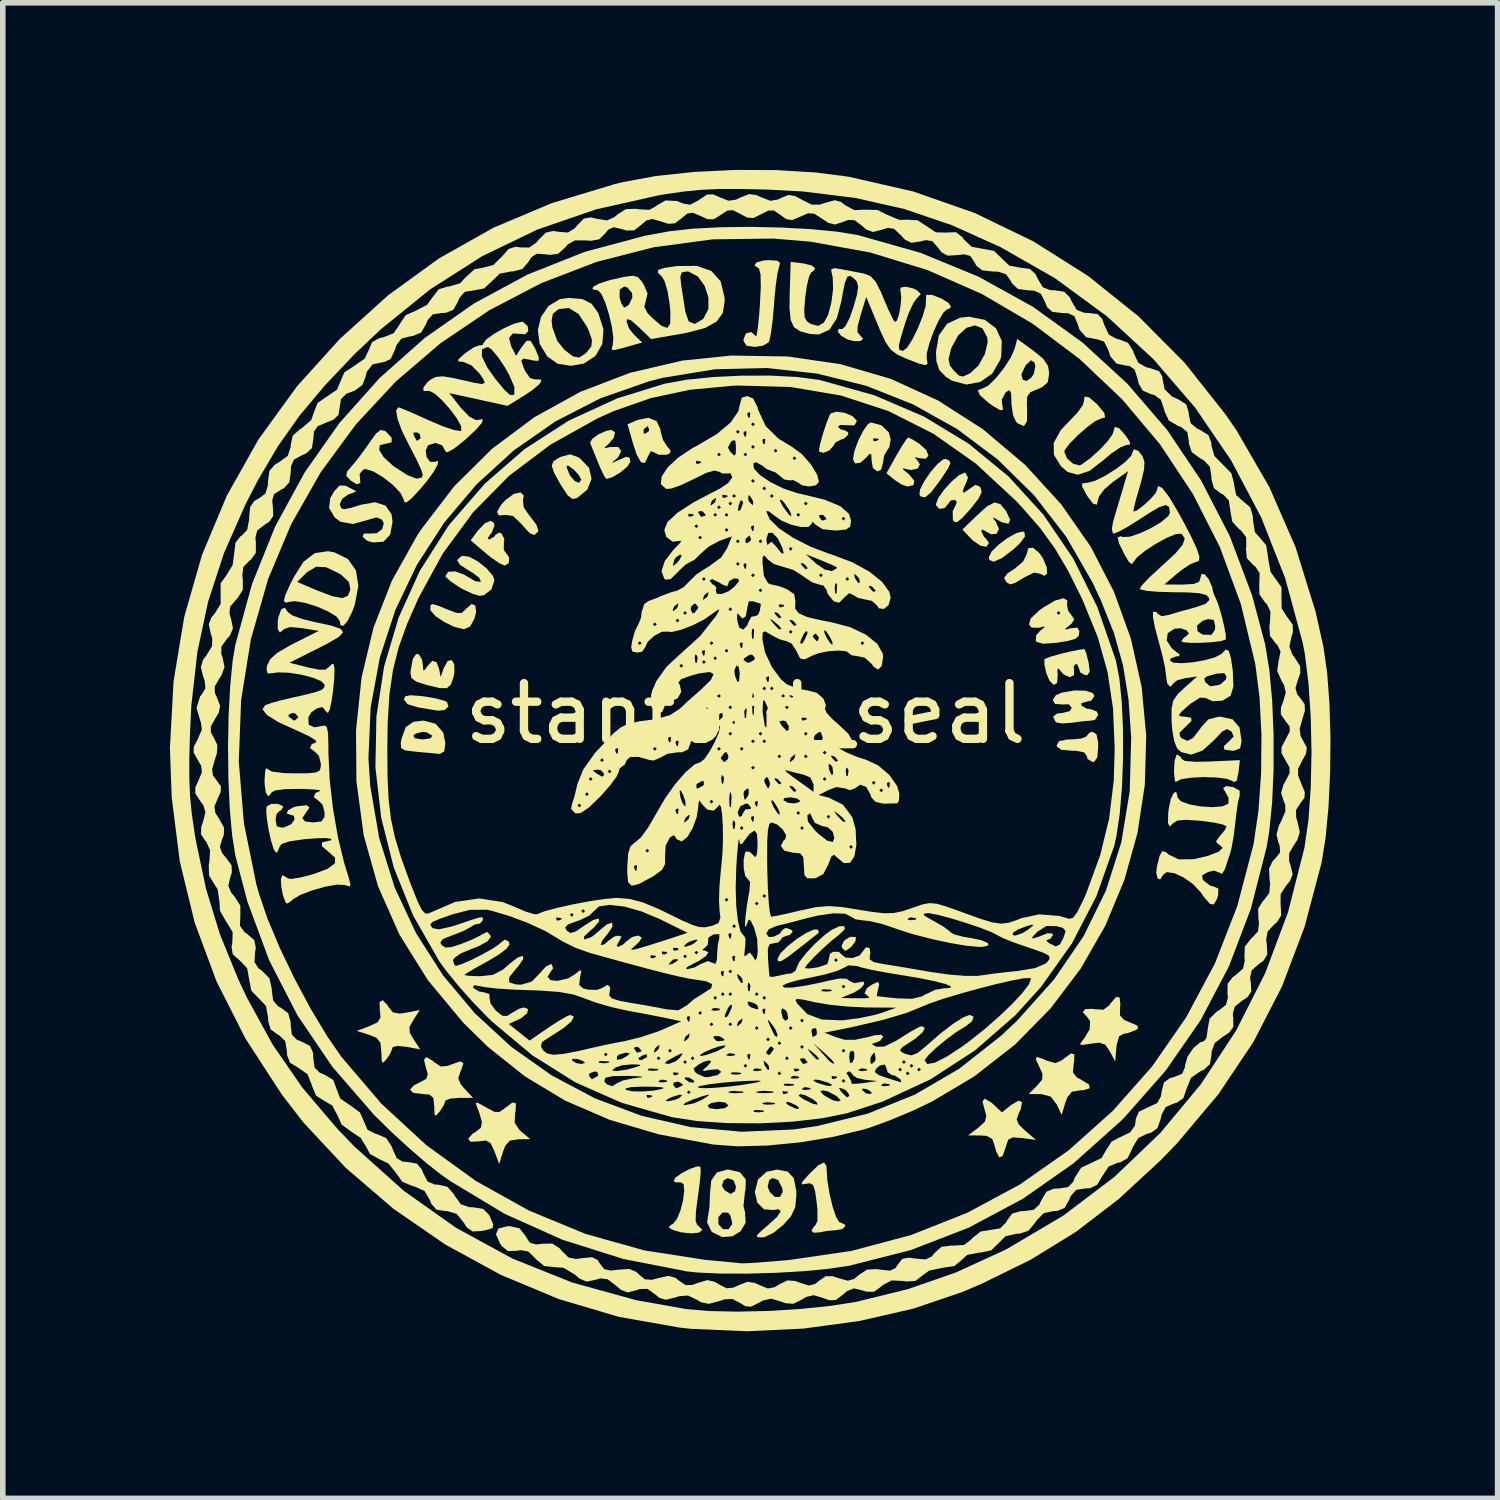
<source format=kicad_pcb>
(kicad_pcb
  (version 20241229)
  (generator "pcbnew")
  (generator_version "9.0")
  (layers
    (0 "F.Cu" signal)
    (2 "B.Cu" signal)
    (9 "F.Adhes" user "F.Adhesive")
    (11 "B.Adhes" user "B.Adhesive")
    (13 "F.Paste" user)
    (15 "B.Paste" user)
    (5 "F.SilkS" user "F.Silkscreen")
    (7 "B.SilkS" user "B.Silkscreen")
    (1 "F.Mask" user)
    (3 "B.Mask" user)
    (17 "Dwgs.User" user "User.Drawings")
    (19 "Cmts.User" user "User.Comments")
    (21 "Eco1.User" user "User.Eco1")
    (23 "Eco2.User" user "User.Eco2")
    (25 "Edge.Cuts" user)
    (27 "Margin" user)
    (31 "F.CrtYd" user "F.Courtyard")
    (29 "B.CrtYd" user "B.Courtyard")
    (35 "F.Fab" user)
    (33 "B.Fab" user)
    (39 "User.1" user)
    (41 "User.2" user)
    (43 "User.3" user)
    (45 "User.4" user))
  (footprint "stanford_seal"
    (layer "F.Cu")
    (at 10.331 10.257)
    (property "Reference" "stanford_seal" (at 0 -0.5 0) (unlocked yes) (layer "F.SilkS") (effects (font (size 1 1) (thickness 0.15))))
    (attr board_only exclude_from_pos_files exclude_from_bom)
    (fp_poly (pts (xy 1.975 3.511) (xy 1.982 3.517) (xy 1.974 3.587) (xy 1.903 3.684) (xy 1.813 3.751) (xy 1.785 3.758) (xy 1.731 3.703) (xy 1.726 3.663) (xy 1.775 3.572) (xy 1.88 3.509)) (stroke (width 0) (type solid)) (fill yes) (layer "F.SilkS"))
    (fp_poly (pts (xy 5.007 -3.756) (xy 5.017 -3.677) (xy 4.923 -3.553) (xy 4.813 -3.45) (xy 4.602 -3.289) (xy 4.453 -3.224) (xy 4.376 -3.258) (xy 4.367 -3.306) (xy 4.417 -3.406) (xy 4.541 -3.529) (xy 4.701 -3.648) (xy 4.859 -3.737) (xy 4.977 -3.768)) (stroke (width 0) (type solid)) (fill yes) (layer "F.SilkS"))
    (fp_poly (pts (xy 1.302 3.38) (xy 1.316 3.436) (xy 1.314 3.438) (xy 1.249 3.488) (xy 1.112 3.596) (xy 0.969 3.709) (xy 0.765 3.866) (xy 0.644 3.943) (xy 0.587 3.95) (xy 0.574 3.906) (xy 0.624 3.809) (xy 0.75 3.682) (xy 0.916 3.55) (xy 1.088 3.44) (xy 1.23 3.376)) (stroke (width 0) (type solid)) (fill yes) (layer "F.SilkS"))
    (fp_poly (pts (xy 3.661 -5.038) (xy 3.678 -4.991) (xy 3.636 -4.899) (xy 3.527 -4.734) (xy 3.483 -4.67) (xy 3.331 -4.469) (xy 3.223 -4.38) (xy 3.146 -4.395) (xy 3.122 -4.425) (xy 3.132 -4.518) (xy 3.208 -4.667) (xy 3.321 -4.833) (xy 3.445 -4.978) (xy 3.551 -5.063) (xy 3.594 -5.07)) (stroke (width 0) (type solid)) (fill yes) (layer "F.SilkS"))
    (fp_poly (pts (xy -5.824 -0.814) (xy -5.776 -0.808) (xy -5.563 -0.772) (xy -5.404 -0.729) (xy -5.356 -0.704) (xy -5.332 -0.624) (xy -5.404 -0.561) (xy -5.522 -0.551) (xy -5.654 -0.573) (xy -5.846 -0.605) (xy -5.877 -0.61) (xy -6.063 -0.666) (xy -6.131 -0.749) (xy -6.131 -0.752) (xy -6.107 -0.809) (xy -6.014 -0.828)) (stroke (width 0) (type solid)) (fill yes) (layer "F.SilkS"))
    (fp_poly (pts (xy -5.518 -2.436) (xy -5.354 -2.369) (xy -5.188 -2.306) (xy -5.096 -2.304) (xy -5.03 -2.362) (xy -5.017 -2.379) (xy -4.917 -2.465) (xy -4.85 -2.44) (xy -4.834 -2.325) (xy -4.865 -2.203) (xy -4.943 -2.061) (xy -5.053 -2.013) (xy -5.222 -2.053) (xy -5.403 -2.14) (xy -5.561 -2.245) (xy -5.65 -2.346) (xy -5.657 -2.374) (xy -5.653 -2.445) (xy -5.617 -2.465)) (stroke (width 0) (type solid)) (fill yes) (layer "F.SilkS"))
    (fp_poly (pts (xy -3.98 -4.415) (xy -3.995 -4.319) (xy -3.978 -4.195) (xy -3.867 -4.037) (xy -3.857 -4.026) (xy -3.753 -3.889) (xy -3.718 -3.783) (xy -3.724 -3.766) (xy -3.788 -3.704) (xy -3.869 -3.734) (xy -3.992 -3.865) (xy -4.022 -3.902) (xy -4.173 -4.046) (xy -4.304 -4.065) (xy -4.429 -4.055) (xy -4.458 -4.12) (xy -4.389 -4.244) (xy -4.306 -4.334) (xy -4.155 -4.443) (xy -4.038 -4.469)) (stroke (width 0) (type solid)) (fill yes) (layer "F.SilkS"))
    (fp_poly (pts (xy 5.275 -3.379) (xy 5.339 -3.287) (xy 5.407 -3.127) (xy 5.414 -3.012) (xy 5.364 -2.971) (xy 5.289 -3.009) (xy 5.178 -3.029) (xy 5.008 -2.945) (xy 4.847 -2.847) (xy 4.756 -2.818) (xy 4.693 -2.848) (xy 4.683 -2.858) (xy 4.643 -2.932) (xy 4.695 -3.009) (xy 4.841 -3.107) (xy 4.983 -3.227) (xy 5.044 -3.353) (xy 5.045 -3.358) (xy 5.078 -3.47) (xy 5.163 -3.475)) (stroke (width 0) (type solid)) (fill yes) (layer "F.SilkS"))
    (fp_poly (pts (xy 6.301 -0.126) (xy 6.33 0.022) (xy 6.331 0.1) (xy 6.315 0.288) (xy 6.259 0.366) (xy 6.23 0.371) (xy 6.14 0.317) (xy 6.128 0.269) (xy 6.084 0.199) (xy 5.935 0.17) (xy 5.857 0.168) (xy 5.669 0.151) (xy 5.591 0.095) (xy 5.586 0.066) (xy 5.631 -0.005) (xy 5.779 -0.034) (xy 5.857 -0.035) (xy 6.027 -0.05) (xy 6.121 -0.088) (xy 6.128 -0.103) (xy 6.183 -0.163) (xy 6.23 -0.171)) (stroke (width 0) (type solid)) (fill yes) (layer "F.SilkS"))
    (fp_poly (pts (xy 7.818 0.288) (xy 7.822 0.31) (xy 7.885 0.351) (xy 8.078 0.367) (xy 8.348 0.361) (xy 8.874 0.337) (xy 8.848 0.563) (xy 8.817 0.708) (xy 8.767 0.731) (xy 8.748 0.715) (xy 8.641 0.672) (xy 8.452 0.648) (xy 8.224 0.641) (xy 8 0.652) (xy 7.822 0.679) (xy 7.733 0.723) (xy 7.731 0.727) (xy 7.71 0.72) (xy 7.695 0.606) (xy 7.691 0.523) (xy 7.702 0.348) (xy 7.736 0.246) (xy 7.754 0.235)) (stroke (width 0) (type solid)) (fill yes) (layer "F.SilkS"))
    (fp_poly (pts (xy -4.511 -3.915) (xy -4.506 -3.876) (xy -4.55 -3.754) (xy -4.587 -3.707) (xy -4.63 -3.638) (xy -4.593 -3.625) (xy -4.504 -3.679) (xy -4.491 -3.705) (xy -4.423 -3.748) (xy -4.381 -3.733) (xy -4.329 -3.635) (xy -4.337 -3.558) (xy -4.338 -3.435) (xy -4.305 -3.39) (xy -4.242 -3.301) (xy -4.248 -3.2) (xy -4.32 -3.154) (xy -4.417 -3.197) (xy -4.57 -3.303) (xy -4.668 -3.382) (xy -4.932 -3.608) (xy -4.803 -3.784) (xy -4.679 -3.914) (xy -4.572 -3.96)) (stroke (width 0) (type solid)) (fill yes) (layer "F.SilkS"))
    (fp_poly (pts (xy 1.78 -5.897) (xy 1.921 -5.838) (xy 1.995 -5.759) (xy 1.997 -5.746) (xy 1.955 -5.672) (xy 1.827 -5.674) (xy 1.701 -5.679) (xy 1.658 -5.648) (xy 1.713 -5.597) (xy 1.765 -5.59) (xy 1.843 -5.548) (xy 1.844 -5.505) (xy 1.761 -5.427) (xy 1.72 -5.42) (xy 1.616 -5.365) (xy 1.575 -5.302) (xy 1.503 -5.22) (xy 1.401 -5.18) (xy 1.328 -5.197) (xy 1.319 -5.226) (xy 1.34 -5.338) (xy 1.389 -5.516) (xy 1.45 -5.703) (xy 1.505 -5.845) (xy 1.527 -5.884) (xy 1.629 -5.918)) (stroke (width 0) (type solid)) (fill yes) (layer "F.SilkS"))
    (fp_poly (pts (xy 2.992 -5.421) (xy 3.117 -5.345) (xy 3.244 -5.23) (xy 3.284 -5.129) (xy 3.236 -5.073) (xy 3.131 -5.081) (xy 3.037 -5.1) (xy 3.064 -5.065) (xy 3.072 -5.06) (xy 3.132 -4.971) (xy 3.088 -4.895) (xy 2.972 -4.871) (xy 2.922 -4.88) (xy 2.825 -4.903) (xy 2.831 -4.879) (xy 2.931 -4.795) (xy 3.031 -4.678) (xy 3.014 -4.598) (xy 2.907 -4.574) (xy 2.797 -4.613) (xy 2.677 -4.693) (xy 2.53 -4.812) (xy 2.709 -5.133) (xy 2.814 -5.311) (xy 2.892 -5.427) (xy 2.919 -5.454)) (stroke (width 0) (type solid)) (fill yes) (layer "F.SilkS"))
    (fp_poly (pts (xy -5.861 -1.56) (xy -5.805 -1.465) (xy -5.791 -1.369) (xy -5.782 -1.269) (xy -5.746 -1.295) (xy -5.72 -1.339) (xy -5.623 -1.446) (xy -5.544 -1.42) (xy -5.501 -1.305) (xy -5.471 -1.153) (xy -5.421 -1.305) (xy -5.348 -1.441) (xy -5.276 -1.461) (xy -5.228 -1.386) (xy -5.224 -1.233) (xy -5.241 -1.152) (xy -5.288 -1.018) (xy -5.359 -0.956) (xy -5.488 -0.956) (xy -5.71 -1.009) (xy -5.725 -1.013) (xy -5.912 -1.073) (xy -5.998 -1.139) (xy -6.014 -1.237) (xy -6.012 -1.26) (xy -5.971 -1.48) (xy -5.91 -1.569)) (stroke (width 0) (type solid)) (fill yes) (layer "F.SilkS"))
    (fp_poly (pts (xy -4.961 -3.315) (xy -4.8 -3.228) (xy -4.643 -3.101) (xy -4.532 -2.968) (xy -4.506 -2.89) (xy -4.561 -2.726) (xy -4.695 -2.624) (xy -4.773 -2.612) (xy -4.895 -2.647) (xy -5.071 -2.73) (xy -5.132 -2.765) (xy -5.287 -2.867) (xy -5.377 -2.948) (xy -5.386 -2.967) (xy -5.336 -3.044) (xy -5.21 -3.051) (xy -5.047 -2.991) (xy -4.987 -2.953) (xy -4.848 -2.875) (xy -4.758 -2.862) (xy -4.75 -2.869) (xy -4.779 -2.935) (xy -4.898 -3.027) (xy -4.948 -3.055) (xy -5.125 -3.169) (xy -5.176 -3.254) (xy -5.105 -3.32) (xy -5.081 -3.33)) (stroke (width 0) (type solid)) (fill yes) (layer "F.SilkS"))
    (fp_poly (pts (xy -3.008 -5.104) (xy -2.975 -5.083) (xy -2.808 -4.911) (xy -2.763 -4.713) (xy -2.838 -4.52) (xy -3.021 -4.368) (xy -3.105 -4.35) (xy -3.188 -4.412) (xy -3.297 -4.574) (xy -3.315 -4.603) (xy -3.432 -4.815) (xy -3.47 -4.924) (xy -3.214 -4.924) (xy -3.157 -4.788) (xy -3.149 -4.772) (xy -3.065 -4.671) (xy -2.984 -4.641) (xy -2.948 -4.699) (xy -2.993 -4.782) (xy -3.083 -4.878) (xy -3.189 -4.955) (xy -3.214 -4.924) (xy -3.47 -4.924) (xy -3.477 -4.946) (xy -3.448 -5.027) (xy -3.346 -5.091) (xy -3.312 -5.107) (xy -3.151 -5.152)) (stroke (width 0) (type solid)) (fill yes) (layer "F.SilkS"))
    (fp_poly (pts (xy 4.575 -4.258) (xy 4.678 -4.134) (xy 4.68 -4.131) (xy 4.75 -3.978) (xy 4.723 -3.906) (xy 4.608 -3.929) (xy 4.55 -3.961) (xy 4.45 -4.019) (xy 4.449 -3.998) (xy 4.496 -3.938) (xy 4.549 -3.812) (xy 4.507 -3.726) (xy 4.404 -3.718) (xy 4.336 -3.758) (xy 4.25 -3.803) (xy 4.232 -3.773) (xy 4.281 -3.673) (xy 4.299 -3.659) (xy 4.365 -3.573) (xy 4.367 -3.554) (xy 4.324 -3.492) (xy 4.216 -3.513) (xy 4.08 -3.607) (xy 4.041 -3.646) (xy 3.894 -3.802) (xy 4.151 -4.052) (xy 4.339 -4.221) (xy 4.472 -4.288)) (stroke (width 0) (type solid)) (fill yes) (layer "F.SilkS"))
    (fp_poly (pts (xy -5.564 -0.317) (xy -5.426 -0.16) (xy -5.386 0.037) (xy -5.408 0.182) (xy -5.486 0.225) (xy -5.505 0.224) (xy -5.645 0.21) (xy -5.851 0.192) (xy -5.919 0.185) (xy -6.101 0.164) (xy -6.18 0.123) (xy -6.188 0.033) (xy -6.172 -0.053) (xy -6.154 -0.103) (xy -5.962 -0.103) (xy -5.935 -0.055) (xy -5.803 -0.036) (xy -5.793 -0.035) (xy -5.655 -0.054) (xy -5.622 -0.1) (xy -5.623 -0.103) (xy -5.719 -0.161) (xy -5.793 -0.171) (xy -5.921 -0.139) (xy -5.962 -0.103) (xy -6.154 -0.103) (xy -6.099 -0.254) (xy -5.963 -0.351) (xy -5.781 -0.373)) (stroke (width 0) (type solid)) (fill yes) (layer "F.SilkS"))
    (fp_poly (pts (xy -2.342 -5.547) (xy -2.363 -5.449) (xy -2.457 -5.34) (xy -2.534 -5.271) (xy -2.494 -5.267) (xy -2.429 -5.284) (xy -2.284 -5.284) (xy -2.23 -5.21) (xy -2.287 -5.098) (xy -2.315 -5.073) (xy -2.397 -5.004) (xy -2.367 -5.008) (xy -2.292 -5.044) (xy -2.144 -5.106) (xy -2.08 -5.094) (xy -2.067 -5.016) (xy -2.121 -4.931) (xy -2.245 -4.828) (xy -2.39 -4.741) (xy -2.497 -4.709) (xy -2.538 -4.766) (xy -2.606 -4.909) (xy -2.643 -4.997) (xy -2.72 -5.187) (xy -2.776 -5.326) (xy -2.789 -5.357) (xy -2.754 -5.428) (xy -2.641 -5.51) (xy -2.498 -5.573) (xy -2.403 -5.59)) (stroke (width 0) (type solid)) (fill yes) (layer "F.SilkS"))
    (fp_poly (pts (xy -6.426 4.734) (xy -6.401 4.776) (xy -6.326 4.866) (xy -6.207 4.886) (xy -6.087 4.869) (xy -5.846 4.823) (xy -5.959 4.997) (xy -6.032 5.129) (xy -6.025 5.231) (xy -5.956 5.35) (xy -5.838 5.529) (xy -6.086 5.482) (xy -6.249 5.467) (xy -6.331 5.488) (xy -6.335 5.498) (xy -6.372 5.596) (xy -6.434 5.692) (xy -6.5 5.767) (xy -6.528 5.746) (xy -6.535 5.609) (xy -6.536 5.579) (xy -6.553 5.409) (xy -6.627 5.318) (xy -6.758 5.266) (xy -6.978 5.197) (xy -6.751 5.112) (xy -6.601 5.041) (xy -6.551 4.955) (xy -6.563 4.832) (xy -6.568 4.681) (xy -6.514 4.645)) (stroke (width 0) (type solid)) (fill yes) (layer "F.SilkS"))
    (fp_poly (pts (xy -1.594 -5.747) (xy -1.527 -5.602) (xy -1.526 -5.576) (xy -1.481 -5.411) (xy -1.415 -5.308) (xy -1.341 -5.213) (xy -1.364 -5.166) (xy -1.416 -5.143) (xy -1.56 -5.145) (xy -1.62 -5.177) (xy -1.699 -5.21) (xy -1.746 -5.123) (xy -1.748 -5.117) (xy -1.805 -4.997) (xy -1.874 -5.008) (xy -1.953 -5.146) (xy -2.016 -5.336) (xy -2.088 -5.59) (xy -1.83 -5.59) (xy -1.825 -5.527) (xy -1.801 -5.522) (xy -1.732 -5.571) (xy -1.729 -5.59) (xy -1.752 -5.656) (xy -1.759 -5.657) (xy -1.816 -5.61) (xy -1.83 -5.59) (xy -2.088 -5.59) (xy -2.117 -5.691) (xy -1.94 -5.769) (xy -1.742 -5.808)) (stroke (width 0) (type solid)) (fill yes) (layer "F.SilkS"))
    (fp_poly (pts (xy -0.81 7.634) (xy -0.803 7.712) (xy -0.817 7.889) (xy -0.848 8.127) (xy -0.854 8.165) (xy -0.89 8.445) (xy -0.894 8.611) (xy -0.865 8.684) (xy -0.856 8.688) (xy -0.784 8.756) (xy -0.781 8.776) (xy -0.838 8.819) (xy -0.979 8.831) (xy -1.154 8.813) (xy -1.286 8.776) (xy -1.377 8.73) (xy -1.345 8.684) (xy -1.3 8.659) (xy -1.229 8.571) (xy -1.167 8.418) (xy -1.121 8.237) (xy -1.1 8.068) (xy -1.11 7.948) (xy -1.159 7.916) (xy -1.16 7.917) (xy -1.264 7.913) (xy -1.288 7.89) (xy -1.257 7.831) (xy -1.146 7.751) (xy -1.002 7.676) (xy -0.873 7.63)) (stroke (width 0) (type solid)) (fill yes) (layer "F.SilkS"))
    (fp_poly (pts (xy 1.452 7.619) (xy 1.455 7.664) (xy 1.47 7.883) (xy 1.51 8.126) (xy 1.565 8.356) (xy 1.626 8.536) (xy 1.684 8.629) (xy 1.699 8.634) (xy 1.784 8.673) (xy 1.793 8.702) (xy 1.736 8.755) (xy 1.641 8.771) (xy 1.445 8.79) (xy 1.336 8.813) (xy 1.218 8.819) (xy 1.184 8.783) (xy 1.236 8.698) (xy 1.254 8.69) (xy 1.291 8.609) (xy 1.292 8.413) (xy 1.279 8.286) (xy 1.249 8.072) (xy 1.213 7.963) (xy 1.155 7.932) (xy 1.091 7.941) (xy 1.012 7.952) (xy 1.015 7.914) (xy 1.106 7.807) (xy 1.146 7.764) (xy 1.311 7.605) (xy 1.41 7.558)) (stroke (width 0) (type solid)) (fill yes) (layer "F.SilkS"))
    (fp_poly (pts (xy 2.44 -5.674) (xy 2.572 -5.546) (xy 2.606 -5.422) (xy 2.581 -5.279) (xy 2.538 -5.217) (xy 2.486 -5.124) (xy 2.471 -5.01) (xy 2.435 -4.877) (xy 2.369 -4.845) (xy 2.287 -4.905) (xy 2.265 -5.031) (xy 2.257 -5.155) (xy 2.223 -5.158) (xy 2.173 -5.099) (xy 2.063 -5.001) (xy 1.968 -4.988) (xy 1.929 -5.062) (xy 1.956 -5.214) (xy 2.025 -5.4) (xy 2.041 -5.432) (xy 2.29 -5.432) (xy 2.299 -5.391) (xy 2.335 -5.386) (xy 2.391 -5.411) (xy 2.38 -5.432) (xy 2.3 -5.44) (xy 2.29 -5.432) (xy 2.041 -5.432) (xy 2.114 -5.576) (xy 2.2 -5.697) (xy 2.247 -5.725)) (stroke (width 0) (type solid)) (fill yes) (layer "F.SilkS"))
    (fp_poly (pts (xy 4.404 6.476) (xy 4.452 6.518) (xy 4.604 6.66) (xy 4.772 6.524) (xy 4.905 6.447) (xy 4.965 6.478) (xy 4.94 6.604) (xy 4.906 6.675) (xy 4.868 6.786) (xy 4.908 6.881) (xy 5.021 6.988) (xy 5.214 7.154) (xy 4.964 7.12) (xy 4.797 7.108) (xy 4.716 7.149) (xy 4.674 7.27) (xy 4.671 7.285) (xy 4.615 7.444) (xy 4.555 7.468) (xy 4.498 7.358) (xy 4.479 7.28) (xy 4.43 7.137) (xy 4.331 7.082) (xy 4.216 7.074) (xy 3.995 7.072) (xy 4.178 6.935) (xy 4.299 6.825) (xy 4.323 6.72) (xy 4.295 6.623) (xy 4.254 6.463) (xy 4.292 6.413)) (stroke (width 0) (type solid)) (fill yes) (layer "F.SilkS"))
    (fp_poly (pts (xy 5.904 5.617) (xy 5.899 5.75) (xy 5.891 5.789) (xy 5.878 5.942) (xy 5.945 6.03) (xy 6.021 6.07) (xy 6.165 6.159) (xy 6.179 6.227) (xy 6.065 6.261) (xy 6.003 6.264) (xy 5.859 6.289) (xy 5.776 6.39) (xy 5.742 6.484) (xy 5.675 6.704) (xy 5.586 6.518) (xy 5.479 6.376) (xy 5.314 6.332) (xy 5.29 6.331) (xy 5.082 6.331) (xy 5.229 6.185) (xy 5.325 6.071) (xy 5.331 5.969) (xy 5.276 5.846) (xy 5.211 5.707) (xy 5.226 5.663) (xy 5.339 5.699) (xy 5.414 5.733) (xy 5.563 5.775) (xy 5.679 5.725) (xy 5.71 5.699) (xy 5.843 5.601)) (stroke (width 0) (type solid)) (fill yes) (layer "F.SilkS"))
    (fp_poly (pts (xy 6.103 -0.91) (xy 6.233 -0.867) (xy 6.264 -0.814) (xy 6.207 -0.732) (xy 6.124 -0.713) (xy 6.031 -0.687) (xy 6.027 -0.645) (xy 6.122 -0.588) (xy 6.2 -0.577) (xy 6.308 -0.534) (xy 6.331 -0.476) (xy 6.276 -0.389) (xy 6.213 -0.373) (xy 6.066 -0.362) (xy 5.87 -0.336) (xy 5.857 -0.334) (xy 5.686 -0.321) (xy 5.577 -0.34) (xy 5.569 -0.346) (xy 5.52 -0.444) (xy 5.595 -0.5) (xy 5.688 -0.51) (xy 5.819 -0.542) (xy 5.857 -0.602) (xy 5.804 -0.666) (xy 5.688 -0.662) (xy 5.556 -0.672) (xy 5.515 -0.741) (xy 5.57 -0.827) (xy 5.671 -0.873) (xy 5.903 -0.914)) (stroke (width 0) (type solid)) (fill yes) (layer "F.SilkS"))
    (fp_poly (pts (xy 0.57 -8.628) (xy 0.621 -8.588) (xy 0.603 -8.519) (xy 0.574 -8.399) (xy 0.543 -8.184) (xy 0.517 -7.914) (xy 0.511 -7.825) (xy 0.487 -7.551) (xy 0.457 -7.326) (xy 0.427 -7.186) (xy 0.418 -7.164) (xy 0.316 -7.103) (xy 0.164 -7.08) (xy 0.017 -7.102) (xy -0.034 -7.184) (xy -0.035 -7.215) (xy 0.008 -7.322) (xy 0.1 -7.348) (xy 0.179 -7.281) (xy 0.185 -7.266) (xy 0.201 -7.291) (xy 0.222 -7.427) (xy 0.245 -7.65) (xy 0.258 -7.825) (xy 0.275 -8.161) (xy 0.27 -8.385) (xy 0.243 -8.486) (xy 0.236 -8.491) (xy 0.161 -8.543) (xy 0.198 -8.597) (xy 0.324 -8.632) (xy 0.412 -8.638)) (stroke (width 0) (type solid)) (fill yes) (layer "F.SilkS"))
    (fp_poly (pts (xy 6.088 -1.653) (xy 6.118 -1.576) (xy 6.156 -1.422) (xy 6.16 -1.407) (xy 6.179 -1.253) (xy 6.142 -1.193) (xy 6.1 -1.187) (xy 6.007 -1.239) (xy 5.993 -1.289) (xy 5.957 -1.379) (xy 5.927 -1.39) (xy 5.889 -1.341) (xy 5.898 -1.295) (xy 5.897 -1.188) (xy 5.82 -1.151) (xy 5.715 -1.198) (xy 5.684 -1.231) (xy 5.614 -1.312) (xy 5.598 -1.276) (xy 5.604 -1.194) (xy 5.593 -1.048) (xy 5.535 -1.013) (xy 5.458 -1.087) (xy 5.401 -1.219) (xy 5.365 -1.38) (xy 5.366 -1.474) (xy 5.373 -1.481) (xy 5.48 -1.521) (xy 5.653 -1.57) (xy 5.843 -1.616) (xy 6.003 -1.648) (xy 6.086 -1.655)) (stroke (width 0) (type solid)) (fill yes) (layer "F.SilkS"))
    (fp_poly (pts (xy -4.121 6.497) (xy -4.125 6.628) (xy -4.134 6.672) (xy -4.143 6.845) (xy -4.059 6.974) (xy -4.021 7.008) (xy -3.862 7.14) (xy -4.073 7.142) (xy -4.227 7.166) (xy -4.313 7.26) (xy -4.352 7.364) (xy -4.421 7.585) (xy -4.505 7.361) (xy -4.575 7.212) (xy -4.66 7.164) (xy -4.785 7.18) (xy -4.937 7.186) (xy -4.977 7.131) (xy -4.897 7.041) (xy -4.838 7.005) (xy -4.75 6.935) (xy -4.731 6.833) (xy -4.78 6.661) (xy -4.814 6.575) (xy -4.842 6.494) (xy -4.812 6.484) (xy -4.699 6.545) (xy -4.655 6.571) (xy -4.508 6.649) (xy -4.418 6.654) (xy -4.326 6.589) (xy -4.317 6.582) (xy -4.183 6.482)) (stroke (width 0) (type solid)) (fill yes) (layer "F.SilkS"))
    (fp_poly (pts (xy 3.949 -4.818) (xy 3.994 -4.733) (xy 3.961 -4.642) (xy 3.899 -4.499) (xy 3.918 -4.46) (xy 4.017 -4.529) (xy 4.019 -4.531) (xy 4.126 -4.604) (xy 4.201 -4.575) (xy 4.219 -4.555) (xy 4.24 -4.476) (xy 4.183 -4.356) (xy 4.038 -4.171) (xy 4.031 -4.164) (xy 3.882 -4.001) (xy 3.793 -3.932) (xy 3.742 -3.944) (xy 3.722 -3.982) (xy 3.719 -4.129) (xy 3.753 -4.196) (xy 3.794 -4.296) (xy 3.76 -4.335) (xy 3.68 -4.322) (xy 3.648 -4.273) (xy 3.572 -4.186) (xy 3.477 -4.174) (xy 3.42 -4.239) (xy 3.419 -4.258) (xy 3.461 -4.371) (xy 3.566 -4.518) (xy 3.701 -4.665) (xy 3.833 -4.778) (xy 3.932 -4.823)) (stroke (width 0) (type solid)) (fill yes) (layer "F.SilkS"))
    (fp_poly (pts (xy 6.715 4.595) (xy 6.729 4.724) (xy 6.724 4.771) (xy 6.721 4.918) (xy 6.795 5) (xy 6.902 5.045) (xy 7.034 5.102) (xy 7.048 5.15) (xy 7.009 5.181) (xy 6.854 5.239) (xy 6.793 5.247) (xy 6.707 5.293) (xy 6.663 5.444) (xy 6.657 5.497) (xy 6.636 5.746) (xy 6.54 5.564) (xy 6.458 5.444) (xy 6.354 5.408) (xy 6.201 5.426) (xy 6.046 5.45) (xy 6.003 5.435) (xy 6.053 5.365) (xy 6.077 5.337) (xy 6.177 5.17) (xy 6.186 5.02) (xy 6.128 4.943) (xy 6.055 4.863) (xy 6.094 4.807) (xy 6.224 4.8) (xy 6.26 4.807) (xy 6.424 4.817) (xy 6.527 4.741) (xy 6.548 4.71) (xy 6.65 4.589)) (stroke (width 0) (type solid)) (fill yes) (layer "F.SilkS"))
    (fp_poly (pts (xy -7.182 -4.589) (xy -7.129 -4.564) (xy -6.983 -4.486) (xy -7.133 -4.43) (xy -7.239 -4.354) (xy -7.283 -4.255) (xy -7.254 -4.18) (xy -7.203 -4.167) (xy -7.089 -4.189) (xy -6.917 -4.242) (xy -6.902 -4.247) (xy -6.65 -4.292) (xy -6.461 -4.232) (xy -6.353 -4.077) (xy -6.335 -3.945) (xy -6.377 -3.712) (xy -6.498 -3.584) (xy -6.688 -3.57) (xy -6.792 -3.602) (xy -6.873 -3.672) (xy -6.849 -3.731) (xy -6.751 -3.73) (xy -6.619 -3.736) (xy -6.52 -3.812) (xy -6.492 -3.918) (xy -6.525 -3.979) (xy -6.625 -4.021) (xy -6.776 -3.976) (xy -7.046 -3.902) (xy -7.269 -3.941) (xy -7.374 -4.02) (xy -7.474 -4.19) (xy -7.453 -4.366) (xy -7.381 -4.491) (xy -7.285 -4.593)) (stroke (width 0) (type solid)) (fill yes) (layer "F.SilkS"))
    (fp_poly (pts (xy -5.62 5.729) (xy -5.59 5.756) (xy -5.467 5.837) (xy -5.339 5.824) (xy -5.276 5.798) (xy -5.119 5.744) (xy -5.063 5.778) (xy -5.104 5.903) (xy -5.116 5.926) (xy -5.156 6.047) (xy -5.11 6.158) (xy -5.042 6.236) (xy -4.889 6.399) (xy -5.138 6.399) (xy -5.299 6.412) (xy -5.383 6.445) (xy -5.386 6.454) (xy -5.423 6.545) (xy -5.486 6.64) (xy -5.554 6.719) (xy -5.581 6.695) (xy -5.587 6.552) (xy -5.587 6.552) (xy -5.603 6.4) (xy -5.671 6.34) (xy -5.789 6.331) (xy -5.966 6.309) (xy -6.021 6.251) (xy -5.949 6.172) (xy -5.864 6.13) (xy -5.731 6.059) (xy -5.702 5.975) (xy -5.731 5.875) (xy -5.77 5.717) (xy -5.732 5.667)) (stroke (width 0) (type solid)) (fill yes) (layer "F.SilkS"))
    (fp_poly (pts (xy 0.757 7.722) (xy 0.867 7.84) (xy 0.911 8.061) (xy 0.913 8.147) (xy 0.894 8.359) (xy 0.818 8.522) (xy 0.683 8.675) (xy 0.507 8.818) (xy 0.343 8.898) (xy 0.295 8.905) (xy 0.21 8.898) (xy 0.208 8.861) (xy 0.299 8.773) (xy 0.389 8.697) (xy 0.566 8.536) (xy 0.634 8.434) (xy 0.593 8.398) (xy 0.506 8.412) (xy 0.333 8.399) (xy 0.211 8.279) (xy 0.168 8.089) (xy 0.192 7.992) (xy 0.398 7.992) (xy 0.433 8.083) (xy 0.529 8.179) (xy 0.623 8.175) (xy 0.668 8.083) (xy 0.66 8.019) (xy 0.587 7.874) (xy 0.488 7.838) (xy 0.426 7.874) (xy 0.398 7.992) (xy 0.192 7.992) (xy 0.224 7.866) (xy 0.38 7.725) (xy 0.565 7.686)) (stroke (width 0) (type solid)) (fill yes) (layer "F.SilkS"))
    (fp_poly (pts (xy 4.296 -7.566) (xy 4.497 -7.414) (xy 4.6 -7.188) (xy 4.59 -6.91) (xy 4.572 -6.847) (xy 4.43 -6.603) (xy 4.217 -6.452) (xy 3.965 -6.405) (xy 3.707 -6.473) (xy 3.597 -6.543) (xy 3.479 -6.665) (xy 3.427 -6.821) (xy 3.425 -6.86) (xy 3.644 -6.86) (xy 3.67 -6.744) (xy 3.728 -6.669) (xy 3.829 -6.566) (xy 3.906 -6.549) (xy 4.025 -6.604) (xy 4.032 -6.608) (xy 4.181 -6.745) (xy 4.296 -6.95) (xy 4.346 -7.162) (xy 4.339 -7.252) (xy 4.253 -7.413) (xy 4.121 -7.467) (xy 3.968 -7.423) (xy 3.819 -7.289) (xy 3.7 -7.073) (xy 3.686 -7.033) (xy 3.644 -6.86) (xy 3.425 -6.86) (xy 3.419 -6.986) (xy 3.47 -7.285) (xy 3.618 -7.495) (xy 3.854 -7.606) (xy 4.013 -7.622)) (stroke (width 0) (type solid)) (fill yes) (layer "F.SilkS"))
    (fp_poly (pts (xy -2.928 -7.938) (xy -2.764 -7.856) (xy -2.645 -7.693) (xy -2.641 -7.684) (xy -2.549 -7.395) (xy -2.57 -7.132) (xy -2.692 -6.919) (xy -2.901 -6.781) (xy -3.136 -6.741) (xy -3.372 -6.778) (xy -3.554 -6.906) (xy -3.561 -6.914) (xy -3.695 -7.137) (xy -3.727 -7.384) (xy -3.686 -7.554) (xy -3.48 -7.554) (xy -3.466 -7.429) (xy -3.378 -7.187) (xy -3.251 -7.029) (xy -3.096 -6.91) (xy -2.986 -6.888) (xy -2.88 -6.956) (xy -2.851 -6.983) (xy -2.767 -7.09) (xy -2.755 -7.205) (xy -2.814 -7.373) (xy -2.846 -7.443) (xy -2.996 -7.67) (xy -3.168 -7.778) (xy -3.348 -7.76) (xy -3.364 -7.752) (xy -3.457 -7.675) (xy -3.48 -7.554) (xy -3.686 -7.554) (xy -3.669 -7.621) (xy -3.534 -7.816) (xy -3.332 -7.937) (xy -3.179 -7.96)) (stroke (width 0) (type solid)) (fill yes) (layer "F.SilkS"))
    (fp_poly (pts (xy 5.777 -2.531) (xy 5.771 -2.451) (xy 5.792 -2.345) (xy 5.842 -2.276) (xy 5.902 -2.19) (xy 5.853 -2.113) (xy 5.814 -2.082) (xy 5.731 -2.013) (xy 5.765 -2.01) (xy 5.84 -2.031) (xy 5.961 -2.042) (xy 5.993 -1.974) (xy 5.98 -1.892) (xy 5.921 -1.84) (xy 5.785 -1.802) (xy 5.575 -1.768) (xy 5.341 -1.752) (xy 5.221 -1.789) (xy 5.21 -1.804) (xy 5.217 -1.904) (xy 5.288 -1.983) (xy 5.375 -2.054) (xy 5.349 -2.06) (xy 5.273 -2.039) (xy 5.135 -2.041) (xy 5.089 -2.098) (xy 5.118 -2.205) (xy 5.224 -2.305) (xy 5.586 -2.305) (xy 5.62 -2.271) (xy 5.654 -2.305) (xy 5.62 -2.338) (xy 5.586 -2.305) (xy 5.224 -2.305) (xy 5.274 -2.352) (xy 5.353 -2.408) (xy 5.559 -2.528) (xy 5.706 -2.569)) (stroke (width 0) (type solid)) (fill yes) (layer "F.SilkS"))
    (fp_poly (pts (xy -7.38 -3.393) (xy -7.137 -3.274) (xy -6.992 -3.069) (xy -6.949 -2.792) (xy -7.012 -2.455) (xy -7.053 -2.34) (xy -7.141 -2.162) (xy -7.219 -2.073) (xy -7.271 -2.087) (xy -7.283 -2.161) (xy -7.342 -2.241) (xy -7.493 -2.332) (xy -7.694 -2.42) (xy -7.904 -2.486) (xy -8.082 -2.516) (xy -8.159 -2.509) (xy -8.251 -2.49) (xy -8.286 -2.52) (xy -8.262 -2.62) (xy -8.177 -2.81) (xy -8.152 -2.861) (xy -8.047 -2.861) (xy -7.682 -2.706) (xy -7.411 -2.604) (xy -7.235 -2.572) (xy -7.136 -2.613) (xy -7.092 -2.725) (xy -7.092 -2.727) (xy -7.118 -2.86) (xy -7.251 -2.985) (xy -7.295 -3.014) (xy -7.527 -3.126) (xy -7.707 -3.134) (xy -7.87 -3.037) (xy -7.902 -3.006) (xy -8.047 -2.861) (xy -8.152 -2.861) (xy -8.11 -2.945) (xy -7.931 -3.226) (xy -7.73 -3.379) (xy -7.495 -3.413)) (stroke (width 0) (type solid)) (fill yes) (layer "F.SilkS"))
    (fp_poly (pts (xy 6.167 -6.174) (xy 6.301 -6.062) (xy 6.32 -6.042) (xy 6.441 -5.894) (xy 6.454 -5.814) (xy 6.377 -5.793) (xy 6.278 -5.748) (xy 6.128 -5.637) (xy 5.963 -5.492) (xy 5.819 -5.346) (xy 5.732 -5.231) (xy 5.722 -5.198) (xy 5.77 -5.081) (xy 5.879 -4.985) (xy 5.995 -4.953) (xy 6.023 -4.963) (xy 6.184 -5.078) (xy 6.354 -5.231) (xy 6.501 -5.388) (xy 6.59 -5.513) (xy 6.602 -5.554) (xy 6.631 -5.646) (xy 6.71 -5.618) (xy 6.826 -5.486) (xy 6.903 -5.369) (xy 6.898 -5.325) (xy 6.833 -5.319) (xy 6.724 -5.275) (xy 6.56 -5.162) (xy 6.425 -5.048) (xy 6.177 -4.856) (xy 5.969 -4.786) (xy 5.785 -4.834) (xy 5.666 -4.934) (xy 5.535 -5.143) (xy 5.533 -5.359) (xy 5.662 -5.59) (xy 5.807 -5.742) (xy 5.959 -5.901) (xy 6.056 -6.038) (xy 6.074 -6.104) (xy 6.086 -6.189)) (stroke (width 0) (type solid)) (fill yes) (layer "F.SilkS"))
    (fp_poly (pts (xy -0.101 7.734) (xy 0.006 7.863) (xy -0.000188 8.055) (xy -0.009 8.081) (xy -0.036 8.342) (xy -0.009 8.446) (xy 0.003 8.638) (xy -0.084 8.791) (xy -0.235 8.884) (xy -0.416 8.898) (xy -0.592 8.812) (xy -0.612 8.794) (xy -0.675 8.663) (xy -0.487 8.663) (xy -0.487 8.664) (xy -0.404 8.756) (xy -0.303 8.756) (xy -0.241 8.669) (xy -0.239 8.638) (xy -0.273 8.507) (xy -0.312 8.461) (xy -0.414 8.457) (xy -0.486 8.54) (xy -0.487 8.663) (xy -0.675 8.663) (xy -0.689 8.635) (xy -0.676 8.54) (xy -0.648 8.377) (xy -0.639 8.165) (xy -0.639 8.136) (xy -0.624 7.977) (xy -0.423 7.977) (xy -0.377 8.055) (xy -0.269 8.124) (xy -0.188 8.076) (xy -0.171 7.991) (xy -0.217 7.875) (xy -0.319 7.841) (xy -0.391 7.879) (xy -0.423 7.977) (xy -0.624 7.977) (xy -0.615 7.884) (xy -0.514 7.738) (xy -0.328 7.686) (xy -0.306 7.686)) (stroke (width 0) (type solid)) (fill yes) (layer "F.SilkS"))
    (fp_poly (pts (xy 5.164 -7.015) (xy 5.345 -6.867) (xy 5.431 -6.736) (xy 5.451 -6.602) (xy 5.426 -6.445) (xy 5.323 -6.355) (xy 5.242 -6.322) (xy 5.112 -6.266) (xy 5.056 -6.187) (xy 5.05 -6.038) (xy 5.056 -5.953) (xy 5.052 -5.744) (xy 4.999 -5.659) (xy 4.896 -5.701) (xy 4.855 -5.739) (xy 4.802 -5.855) (xy 4.775 -6.041) (xy 4.774 -6.086) (xy 4.767 -6.25) (xy 4.738 -6.303) (xy 4.673 -6.268) (xy 4.67 -6.266) (xy 4.6 -6.133) (xy 4.607 -6.054) (xy 4.624 -5.954) (xy 4.575 -5.942) (xy 4.445 -6.018) (xy 4.364 -6.076) (xy 4.21 -6.211) (xy 4.17 -6.3) (xy 4.248 -6.334) (xy 4.26 -6.335) (xy 4.361 -6.388) (xy 4.498 -6.523) (xy 4.548 -6.585) (xy 4.952 -6.585) (xy 4.978 -6.49) (xy 5.046 -6.47) (xy 5.125 -6.523) (xy 5.173 -6.592) (xy 5.203 -6.732) (xy 5.184 -6.802) (xy 5.125 -6.84) (xy 5.043 -6.765) (xy 5.022 -6.737) (xy 4.952 -6.585) (xy 4.548 -6.585) (xy 4.642 -6.704) (xy 4.764 -6.894) (xy 4.832 -7.05) (xy 4.878 -7.223)) (stroke (width 0) (type solid)) (fill yes) (layer "F.SilkS"))
    (fp_poly (pts (xy 8.76 0.823) (xy 8.871 0.886) (xy 8.87 0.973) (xy 8.839 1.099) (xy 8.809 1.306) (xy 8.793 1.455) (xy 8.763 1.699) (xy 8.725 1.912) (xy 8.703 1.997) (xy 8.642 2.183) (xy 8.603 2.299) (xy 8.552 2.381) (xy 8.512 2.359) (xy 8.411 2.319) (xy 8.305 2.344) (xy 8.197 2.403) (xy 8.205 2.474) (xy 8.229 2.505) (xy 8.344 2.591) (xy 8.406 2.606) (xy 8.488 2.643) (xy 8.483 2.765) (xy 8.458 2.838) (xy 8.405 2.927) (xy 8.338 2.918) (xy 8.236 2.803) (xy 8.171 2.71) (xy 8.037 2.565) (xy 7.867 2.444) (xy 7.697 2.366) (xy 7.561 2.347) (xy 7.497 2.393) (xy 7.443 2.48) (xy 7.395 2.458) (xy 7.373 2.355) (xy 7.384 2.251) (xy 7.434 2.053) (xy 7.482 1.971) (xy 7.547 1.988) (xy 7.594 2.03) (xy 7.775 2.118) (xy 8.049 2.114) (xy 8.305 2.054) (xy 8.497 1.979) (xy 8.564 1.91) (xy 8.502 1.851) (xy 8.483 1.844) (xy 8.445 1.794) (xy 8.516 1.698) (xy 8.607 1.588) (xy 8.634 1.527) (xy 8.573 1.494) (xy 8.411 1.458) (xy 8.184 1.427) (xy 8.183 1.427) (xy 7.914 1.408) (xy 7.754 1.421) (xy 7.679 1.466) (xy 7.679 1.467) (xy 7.615 1.529) (xy 7.584 1.469) (xy 7.587 1.294) (xy 7.598 1.199) (xy 7.635 1.033) (xy 7.685 0.927) (xy 7.731 0.904) (xy 7.753 0.984) (xy 7.754 1.006) (xy 7.814 1.075) (xy 7.968 1.131) (xy 8.172 1.168) (xy 8.385 1.181) (xy 8.564 1.166) (xy 8.667 1.118) (xy 8.67 1.113) (xy 8.669 1.009) (xy 8.631 0.942) (xy 8.573 0.837) (xy 8.633 0.802)) (stroke (width 0) (type solid)) (fill yes) (layer "F.SilkS"))
    (fp_poly (pts (xy -0.612 -8.443) (xy -0.446 -8.257) (xy -0.377 -7.974) (xy -0.374 -7.897) (xy -0.407 -7.689) (xy -0.518 -7.535) (xy -0.723 -7.421) (xy -1.041 -7.336) (xy -1.154 -7.315) (xy -1.694 -7.221) (xy -1.915 -7.434) (xy -2.053 -7.556) (xy -2.121 -7.58) (xy -2.135 -7.536) (xy -2.089 -7.409) (xy -1.994 -7.292) (xy -1.853 -7.16) (xy -2.011 -7.115) (xy -2.236 -7.051) (xy -2.357 -7.023) (xy -2.401 -7.032) (xy -2.395 -7.078) (xy -2.383 -7.11) (xy -2.372 -7.241) (xy -2.398 -7.439) (xy -2.45 -7.663) (xy -2.516 -7.874) (xy -2.558 -7.967) (xy -2.26 -7.967) (xy -2.228 -7.859) (xy -2.179 -7.784) (xy -2.105 -7.826) (xy -2.09 -7.841) (xy -2.03 -7.972) (xy -2.038 -8.05) (xy -2.121 -8.147) (xy -2.176 -8.163) (xy -2.257 -8.111) (xy -2.26 -7.967) (xy -2.558 -7.967) (xy -2.586 -8.031) (xy -2.649 -8.096) (xy -2.651 -8.096) (xy -2.748 -8.114) (xy -2.734 -8.159) (xy -2.625 -8.218) (xy -2.44 -8.278) (xy -2.401 -8.287) (xy -2.163 -8.34) (xy -2.019 -8.357) (xy -1.933 -8.334) (xy -1.868 -8.263) (xy -1.827 -8.202) (xy -1.758 -8.04) (xy -1.789 -7.907) (xy -1.816 -7.799) (xy -1.758 -7.688) (xy -1.671 -7.598) (xy -1.504 -7.456) (xy -1.4 -7.421) (xy -1.351 -7.501) (xy -1.348 -7.703) (xy -1.36 -7.842) (xy -1.398 -8.076) (xy -1.451 -8.259) (xy -1.499 -8.339) (xy -1.17 -8.339) (xy -1.153 -8.18) (xy -1.115 -7.941) (xy -1.08 -7.712) (xy -1.079 -7.706) (xy -1.018 -7.536) (xy -0.912 -7.492) (xy -0.767 -7.577) (xy -0.752 -7.593) (xy -0.666 -7.76) (xy -0.666 -7.969) (xy -0.734 -8.178) (xy -0.857 -8.346) (xy -1.018 -8.431) (xy -1.059 -8.434) (xy -1.144 -8.417) (xy -1.17 -8.339) (xy -1.499 -8.339) (xy -1.499 -8.34) (xy -1.575 -8.415) (xy -1.564 -8.464) (xy -1.449 -8.5) (xy -1.232 -8.532) (xy -0.873 -8.535)) (stroke (width 0) (type solid)) (fill yes) (layer "F.SilkS"))
    (fp_poly (pts (xy 0.753 -6.909) (xy 1.706 -6.77) (xy 2.607 -6.507) (xy 3.457 -6.118) (xy 4.26 -5.604) (xy 5.02 -4.962) (xy 5.022 -4.96) (xy 5.668 -4.253) (xy 6.199 -3.491) (xy 6.615 -2.683) (xy 6.918 -1.842) (xy 7.111 -0.977) (xy 7.193 -0.1) (xy 7.168 0.777) (xy 7.036 1.644) (xy 6.8 2.49) (xy 6.461 3.304) (xy 6.02 4.074) (xy 5.479 4.79) (xy 4.84 5.441) (xy 4.105 6.015) (xy 3.346 6.466) (xy 2.999 6.631) (xy 2.617 6.791) (xy 2.263 6.922) (xy 2.127 6.965) (xy 1.577 7.098) (xy 0.99 7.196) (xy 0.406 7.254) (xy -0.133 7.269) (xy -0.577 7.237) (xy -1.559 7.053) (xy -2.439 6.793) (xy -3.233 6.45) (xy -3.956 6.016) (xy -4.625 5.483) (xy -5.068 5.048) (xy -5.703 4.284) (xy -6.212 3.467) (xy -6.596 2.6) (xy -6.853 1.685) (xy -6.983 0.722) (xy -6.987 0.305) (xy -6.768 0.305) (xy -6.736 0.795) (xy -6.575 1.734) (xy -6.298 2.62) (xy -5.912 3.445) (xy -5.428 4.202) (xy -4.855 4.884) (xy -4.202 5.485) (xy -3.479 5.996) (xy -2.695 6.411) (xy -1.859 6.723) (xy -0.981 6.924) (xy -0.07 7.007) (xy 0.865 6.966) (xy 1.285 6.905) (xy 2.19 6.683) (xy 3.039 6.341) (xy 3.836 5.876) (xy 4.588 5.284) (xy 4.878 5.011) (xy 5.537 4.275) (xy 6.068 3.498) (xy 6.47 2.678) (xy 6.746 1.811) (xy 6.897 0.895) (xy 6.923 -0.069) (xy 6.875 -0.756) (xy 6.777 -1.362) (xy 6.616 -1.938) (xy 6.379 -2.532) (xy 6.232 -2.846) (xy 5.755 -3.675) (xy 5.183 -4.414) (xy 4.527 -5.06) (xy 3.799 -5.606) (xy 3.009 -6.048) (xy 2.168 -6.382) (xy 1.287 -6.601) (xy 0.378 -6.702) (xy -0.549 -6.679) (xy -1.483 -6.526) (xy -1.728 -6.464) (xy -2.604 -6.158) (xy -3.417 -5.74) (xy -4.161 -5.221) (xy -4.828 -4.612) (xy -5.409 -3.925) (xy -5.897 -3.17) (xy -6.285 -2.358) (xy -6.564 -1.501) (xy -6.728 -0.61) (xy -6.768 0.305) (xy -6.987 0.305) (xy -6.991 -0.199) (xy -6.89 -1.153) (xy -6.677 -2.041) (xy -6.348 -2.881) (xy -5.895 -3.693) (xy -5.822 -3.804) (xy -5.228 -4.579) (xy -4.548 -5.252) (xy -3.789 -5.819) (xy -2.962 -6.275) (xy -2.074 -6.615) (xy -1.134 -6.835) (xy -0.257 -6.925)) (stroke (width 0) (type solid)) (fill yes) (layer "F.SilkS"))
    (fp_poly (pts (xy 1.031 -8.58) (xy 1.19 -8.542) (xy 1.254 -8.486) (xy 1.206 -8.431) (xy 1.184 -8.423) (xy 1.143 -8.349) (xy 1.102 -8.179) (xy 1.074 -7.984) (xy 1.054 -7.751) (xy 1.062 -7.614) (xy 1.104 -7.538) (xy 1.17 -7.493) (xy 1.306 -7.456) (xy 1.408 -7.517) (xy 1.483 -7.656) (xy 1.541 -7.874) (xy 1.572 -8.115) (xy 1.566 -8.322) (xy 1.554 -8.374) (xy 1.537 -8.469) (xy 1.595 -8.494) (xy 1.719 -8.475) (xy 1.942 -8.432) (xy 2.121 -8.398) (xy 2.241 -8.353) (xy 2.335 -8.254) (xy 2.431 -8.066) (xy 2.469 -7.974) (xy 2.56 -7.76) (xy 2.637 -7.597) (xy 2.677 -7.53) (xy 2.716 -7.549) (xy 2.754 -7.659) (xy 2.783 -7.813) (xy 2.796 -7.969) (xy 2.783 -8.08) (xy 2.777 -8.093) (xy 2.788 -8.147) (xy 2.88 -8.16) (xy 3.008 -8.131) (xy 3.08 -8.095) (xy 3.146 -8.03) (xy 3.091 -7.969) (xy 3.086 -7.966) (xy 3.016 -7.872) (xy 2.931 -7.69) (xy 2.867 -7.509) (xy 2.791 -7.259) (xy 2.754 -7.111) (xy 2.756 -7.038) (xy 2.793 -7.014) (xy 2.832 -7.012) (xy 2.904 -7.07) (xy 2.998 -7.219) (xy 3.096 -7.419) (xy 3.18 -7.63) (xy 3.234 -7.813) (xy 3.239 -7.929) (xy 3.239 -7.93) (xy 3.243 -8.014) (xy 3.352 -8.013) (xy 3.517 -7.949) (xy 3.646 -7.868) (xy 3.691 -7.795) (xy 3.638 -7.758) (xy 3.621 -7.757) (xy 3.553 -7.698) (xy 3.465 -7.55) (xy 3.375 -7.351) (xy 3.3 -7.142) (xy 3.254 -6.964) (xy 3.253 -6.866) (xy 3.269 -6.782) (xy 3.233 -6.753) (xy 3.122 -6.778) (xy 2.913 -6.858) (xy 2.878 -6.872) (xy 2.72 -6.945) (xy 2.609 -7.03) (xy 2.517 -7.162) (xy 2.418 -7.374) (xy 2.371 -7.486) (xy 2.167 -7.977) (xy 2.069 -7.659) (xy 2.014 -7.459) (xy 2.01 -7.347) (xy 2.056 -7.288) (xy 2.058 -7.287) (xy 2.112 -7.224) (xy 2.064 -7.186) (xy 1.949 -7.183) (xy 1.833 -7.213) (xy 1.716 -7.281) (xy 1.657 -7.356) (xy 1.674 -7.403) (xy 1.736 -7.401) (xy 1.794 -7.452) (xy 1.869 -7.6) (xy 1.937 -7.791) (xy 2.002 -8.021) (xy 2.022 -8.16) (xy 2.001 -8.247) (xy 1.962 -8.295) (xy 1.884 -8.355) (xy 1.829 -8.34) (xy 1.784 -8.231) (xy 1.74 -8.01) (xy 1.725 -7.919) (xy 1.639 -7.591) (xy 1.504 -7.387) (xy 1.315 -7.303) (xy 1.159 -7.312) (xy 0.981 -7.36) (xy 0.869 -7.436) (xy 0.81 -7.567) (xy 0.79 -7.782) (xy 0.794 -8.055) (xy 0.811 -8.606)) (stroke (width 0) (type solid)) (fill yes) (layer "F.SilkS"))
    (fp_poly (pts (xy 0.642 -9.223) (xy 1.175 -9.194) (xy 1.648 -9.148) (xy 2.024 -9.086) (xy 2.03 -9.084) (xy 3.144 -8.768) (xy 4.189 -8.338) (xy 5.159 -7.8) (xy 6.049 -7.159) (xy 6.853 -6.421) (xy 7.566 -5.593) (xy 8.18 -4.68) (xy 8.691 -3.688) (xy 9.093 -2.622) (xy 9.327 -1.743) (xy 9.403 -1.281) (xy 9.454 -0.726) (xy 9.479 -0.118) (xy 9.479 0.504) (xy 9.453 1.097) (xy 9.4 1.624) (xy 9.357 1.886) (xy 9.072 3.001) (xy 8.678 4.038) (xy 8.17 5.004) (xy 7.545 5.906) (xy 6.801 6.751) (xy 6.742 6.81) (xy 5.891 7.571) (xy 4.978 8.211) (xy 4.004 8.73) (xy 2.966 9.131) (xy 1.863 9.412) (xy 1.856 9.413) (xy 1.494 9.467) (xy 1.045 9.51) (xy 0.547 9.539) (xy 0.04 9.554) (xy -0.437 9.553) (xy -0.845 9.535) (xy -1.051 9.514) (xy -2.195 9.29) (xy -3.287 8.945) (xy -4.318 8.483) (xy -5.28 7.905) (xy -5.463 7.777) (xy -5.72 7.576) (xy -6.03 7.309) (xy -6.355 7.011) (xy -6.657 6.714) (xy -6.669 6.702) (xy -7.414 5.843) (xy -8.041 4.919) (xy -8.55 3.929) (xy -8.942 2.871) (xy -9.157 2.049) (xy -9.215 1.679) (xy -9.257 1.21) (xy -9.281 0.674) (xy -9.285 0.363) (xy -9.095 0.363) (xy -9.003 1.47) (xy -8.778 2.572) (xy -8.735 2.726) (xy -8.58 3.181) (xy -8.361 3.703) (xy -8.096 4.255) (xy -7.806 4.797) (xy -7.51 5.29) (xy -7.252 5.664) (xy -6.534 6.505) (xy -5.727 7.249) (xy -4.841 7.89) (xy -3.886 8.422) (xy -2.874 8.84) (xy -1.816 9.137) (xy -0.721 9.307) (xy -0.679 9.311) (xy -0.417 9.335) (xy -0.205 9.355) (xy -0.082 9.368) (xy -0.069 9.369) (xy 0.022 9.367) (xy 0.218 9.355) (xy 0.49 9.334) (xy 0.777 9.31) (xy 1.9 9.146) (xy 2.971 8.861) (xy 3.982 8.461) (xy 4.928 7.952) (xy 5.801 7.34) (xy 6.594 6.631) (xy 7.3 5.833) (xy 7.912 4.95) (xy 8.424 3.99) (xy 8.827 2.958) (xy 9.115 1.862) (xy 9.122 1.83) (xy 9.208 1.242) (xy 9.255 0.575) (xy 9.261 -0.119) (xy 9.227 -0.789) (xy 9.151 -1.384) (xy 9.15 -1.39) (xy 8.891 -2.466) (xy 8.515 -3.487) (xy 8.029 -4.443) (xy 7.442 -5.33) (xy 6.761 -6.139) (xy 5.996 -6.864) (xy 5.153 -7.497) (xy 4.241 -8.031) (xy 3.268 -8.459) (xy 2.242 -8.774) (xy 1.171 -8.969) (xy 0.499 -9.025) (xy -0.586 -9.011) (xy -1.647 -8.869) (xy -2.677 -8.605) (xy -3.663 -8.226) (xy -4.598 -7.738) (xy -5.472 -7.148) (xy -6.274 -6.462) (xy -6.995 -5.687) (xy -7.625 -4.829) (xy -8.156 -3.895) (xy -8.568 -2.914) (xy -8.877 -1.837) (xy -9.053 -0.742) (xy -9.095 0.363) (xy -9.285 0.363) (xy -9.288 0.108) (xy -9.278 -0.456) (xy -9.25 -0.983) (xy -9.206 -1.439) (xy -9.158 -1.729) (xy -8.857 -2.825) (xy -8.44 -3.86) (xy -7.914 -4.825) (xy -7.288 -5.715) (xy -6.567 -6.522) (xy -5.76 -7.239) (xy -4.873 -7.86) (xy -3.914 -8.378) (xy -2.889 -8.785) (xy -1.807 -9.075) (xy -1.359 -9.157) (xy -0.952 -9.202) (xy -0.459 -9.228) (xy 0.085 -9.235)) (stroke (width 0) (type solid)) (fill yes) (layer "F.SilkS"))
    (fp_poly (pts (xy 0.554 -10.254) (xy 1.262 -10.211) (xy 1.852 -10.135) (xy 3.011 -9.87) (xy 4.118 -9.482) (xy 5.166 -8.975) (xy 6.148 -8.355) (xy 7.056 -7.627) (xy 7.883 -6.795) (xy 8.62 -5.864) (xy 8.818 -5.575) (xy 9.403 -4.564) (xy 9.874 -3.484) (xy 10.232 -2.331) (xy 10.374 -1.695) (xy 10.44 -1.235) (xy 10.482 -0.68) (xy 10.5 -0.068) (xy 10.494 0.563) (xy 10.465 1.174) (xy 10.413 1.728) (xy 10.339 2.183) (xy 10.033 3.336) (xy 9.628 4.403) (xy 9.116 5.397) (xy 8.491 6.33) (xy 7.747 7.214) (xy 7.452 7.519) (xy 6.698 8.216) (xy 5.933 8.803) (xy 5.119 9.304) (xy 4.223 9.743) (xy 3.89 9.884) (xy 3.009 10.183) (xy 2.049 10.403) (xy 1.043 10.54) (xy 0.025 10.588) (xy -0.971 10.545) (xy -1.178 10.523) (xy -2.272 10.33) (xy -3.349 10.011) (xy -4.392 9.576) (xy -5.388 9.032) (xy -6.319 8.39) (xy -7.173 7.657) (xy -7.933 6.843) (xy -8.324 6.338) (xy -8.976 5.333) (xy -9.495 4.308) (xy -9.887 3.252) (xy -10.154 2.155) (xy -10.299 1.004) (xy -10.311 0.672) (xy -9.983 0.672) (xy -9.969 0.994) (xy -9.938 1.303) (xy -9.889 1.642) (xy -9.865 1.782) (xy -9.683 2.647) (xy -9.434 3.461) (xy -9.101 4.278) (xy -8.947 4.604) (xy -8.488 5.441) (xy -7.953 6.217) (xy -7.318 6.963) (xy -7.012 7.28) (xy -6.136 8.065) (xy -5.194 8.732) (xy -4.186 9.282) (xy -3.109 9.714) (xy -1.964 10.03) (xy -1.071 10.189) (xy -0.656 10.225) (xy -0.149 10.236) (xy 0.408 10.224) (xy 0.974 10.189) (xy 1.508 10.135) (xy 1.969 10.063) (xy 1.997 10.058) (xy 2.915 9.832) (xy 3.771 9.535) (xy 4.626 9.144) (xy 4.708 9.102) (xy 5.707 8.511) (xy 6.622 7.817) (xy 7.447 7.028) (xy 8.176 6.151) (xy 8.805 5.193) (xy 9.327 4.163) (xy 9.738 3.067) (xy 10.032 1.912) (xy 10.035 1.895) (xy 10.105 1.409) (xy 10.146 0.831) (xy 10.16 0.203) (xy 10.146 -0.433) (xy 10.106 -1.038) (xy 10.04 -1.569) (xy 10.001 -1.773) (xy 9.688 -2.926) (xy 9.258 -4.017) (xy 8.718 -5.041) (xy 8.072 -5.989) (xy 7.326 -6.856) (xy 6.485 -7.632) (xy 5.555 -8.313) (xy 4.58 -8.87) (xy 3.709 -9.263) (xy 2.851 -9.555) (xy 1.971 -9.754) (xy 1.033 -9.87) (xy 0.405 -9.904) (xy -0.074 -9.915) (xy -0.456 -9.915) (xy -0.783 -9.901) (xy -1.092 -9.871) (xy -1.423 -9.824) (xy -1.56 -9.801) (xy -2.683 -9.549) (xy -3.735 -9.187) (xy -4.724 -8.71) (xy -5.659 -8.114) (xy -6.551 -7.392) (xy -7.017 -6.95) (xy -7.556 -6.382) (xy -8.006 -5.844) (xy -8.392 -5.297) (xy -8.743 -4.703) (xy -8.976 -4.252) (xy -9.361 -3.378) (xy -9.645 -2.509) (xy -9.837 -1.612) (xy -9.946 -0.65) (xy -9.97 -0.171) (xy -9.983 0.298) (xy -9.983 0.672) (xy -10.311 0.672) (xy -10.331 0.124) (xy -10.266 -1.077) (xy -10.074 -2.235) (xy -9.755 -3.347) (xy -9.31 -4.41) (xy -8.741 -5.42) (xy -8.05 -6.373) (xy -7.286 -7.219) (xy -6.418 -8.004) (xy -5.503 -8.668) (xy -4.527 -9.218) (xy -3.478 -9.661) (xy -2.345 -10.003) (xy -2.203 -10.038) (xy -1.607 -10.148) (xy -0.921 -10.221) (xy -0.187 -10.257)) (stroke (width 0) (type solid)) (fill yes) (layer "F.SilkS"))
    (fp_poly (pts (xy -3.993 -7.528) (xy -3.909 -7.453) (xy -3.899 -7.361) (xy -3.958 -7.306) (xy -4.015 -7.311) (xy -4.176 -7.322) (xy -4.244 -7.24) (xy -4.204 -7.085) (xy -4.203 -7.084) (xy -4.116 -6.92) (xy -4.024 -7.068) (xy -3.929 -7.19) (xy -3.857 -7.189) (xy -3.78 -7.06) (xy -3.772 -7.043) (xy -3.708 -6.888) (xy -3.716 -6.829) (xy -3.809 -6.836) (xy -3.862 -6.849) (xy -3.987 -6.871) (xy -4.024 -6.833) (xy -3.983 -6.71) (xy -3.952 -6.64) (xy -3.867 -6.523) (xy -3.785 -6.498) (xy -3.684 -6.496) (xy -3.663 -6.476) (xy -3.696 -6.414) (xy -3.818 -6.31) (xy -3.95 -6.221) (xy -4.271 -6.022) (xy -5.317 -6.251) (xy -5.112 -5.991) (xy -4.956 -5.828) (xy -4.835 -5.766) (xy -4.808 -5.769) (xy -4.717 -5.784) (xy -4.727 -5.724) (xy -4.832 -5.6) (xy -5.025 -5.419) (xy -5.048 -5.4) (xy -5.233 -5.253) (xy -5.35 -5.188) (xy -5.386 -5.206) (xy -5.441 -5.312) (xy -5.563 -5.356) (xy -5.694 -5.317) (xy -5.698 -5.313) (xy -5.741 -5.218) (xy -5.722 -5.102) (xy -5.662 -5.018) (xy -5.586 -5.016) (xy -5.519 -5.034) (xy -5.526 -4.967) (xy -5.597 -4.838) (xy -5.722 -4.666) (xy -5.828 -4.54) (xy -5.99 -4.365) (xy -6.085 -4.288) (xy -6.127 -4.298) (xy -6.133 -4.337) (xy -6.188 -4.454) (xy -6.323 -4.598) (xy -6.5 -4.737) (xy -6.678 -4.844) (xy -6.82 -4.888) (xy -6.854 -4.883) (xy -6.926 -4.802) (xy -6.922 -4.749) (xy -6.912 -4.636) (xy -6.982 -4.616) (xy -7.087 -4.682) (xy -7.165 -4.767) (xy -7.153 -4.841) (xy -7.071 -4.936) (xy -6.95 -5.082) (xy -6.805 -5.28) (xy -6.75 -5.361) (xy -6.632 -5.525) (xy -6.55 -5.589) (xy -6.475 -5.574) (xy -6.449 -5.557) (xy -6.35 -5.449) (xy -6.353 -5.367) (xy -6.451 -5.343) (xy -6.563 -5.318) (xy -6.574 -5.231) (xy -6.493 -5.1) (xy -6.326 -4.947) (xy -6.302 -4.929) (xy -6.068 -4.779) (xy -5.899 -4.714) (xy -5.806 -4.738) (xy -5.793 -4.788) (xy -5.824 -4.883) (xy -5.905 -5.059) (xy -6.019 -5.279) (xy -6.03 -5.298) (xy -6.151 -5.542) (xy -5.96 -5.542) (xy -5.951 -5.485) (xy -5.899 -5.394) (xy -5.844 -5.428) (xy -5.831 -5.447) (xy -5.849 -5.519) (xy -5.891 -5.545) (xy -5.96 -5.542) (xy -6.151 -5.542) (xy -6.165 -5.57) (xy -6.247 -5.792) (xy -6.271 -5.941) (xy -6.23 -5.996) (xy -6.229 -5.996) (xy -6.154 -5.969) (xy -5.987 -5.899) (xy -5.76 -5.797) (xy -5.674 -5.758) (xy -5.432 -5.655) (xy -5.236 -5.589) (xy -5.118 -5.571) (xy -5.101 -5.577) (xy -5.105 -5.659) (xy -5.182 -5.799) (xy -5.306 -5.965) (xy -5.448 -6.124) (xy -5.582 -6.244) (xy -5.68 -6.292) (xy -5.694 -6.29) (xy -5.779 -6.287) (xy -5.782 -6.35) (xy -5.71 -6.446) (xy -5.656 -6.491) (xy -5.556 -6.542) (xy -5.433 -6.552) (xy -5.243 -6.521) (xy -5.131 -6.496) (xy -4.873 -6.437) (xy -4.729 -6.414) (xy -4.679 -6.435) (xy -4.706 -6.503) (xy -4.777 -6.606) (xy -4.919 -6.749) (xy -5.064 -6.811) (xy -5.069 -6.811) (xy -5.156 -6.82) (xy -5.152 -6.858) (xy -5.093 -6.912) (xy -4.732 -6.912) (xy -4.635 -6.712) (xy -4.495 -6.513) (xy -4.333 -6.316) (xy -4.229 -6.22) (xy -4.166 -6.214) (xy -4.148 -6.236) (xy -4.15 -6.365) (xy -4.246 -6.586) (xy -4.315 -6.708) (xy -4.443 -6.9) (xy -4.557 -7.035) (xy -4.625 -7.08) (xy -4.729 -7.037) (xy -4.732 -6.912) (xy -5.093 -6.912) (xy -5.051 -6.95) (xy -5.018 -6.977) (xy -4.876 -7.073) (xy -4.777 -7.109) (xy -4.764 -7.106) (xy -4.711 -7.12) (xy -4.709 -7.137) (xy -4.653 -7.214) (xy -4.513 -7.315) (xy -4.333 -7.417) (xy -4.154 -7.497) (xy -4.022 -7.531)) (stroke (width 0) (type solid)) (fill yes) (layer "F.SilkS"))
    (fp_poly (pts (xy -8.212 -2.318) (xy -8.133 -2.261) (xy -7.958 -2.197) (xy -7.744 -2.144) (xy -7.44 -2.079) (xy -7.267 -2.02) (xy -7.223 -1.955) (xy -7.305 -1.87) (xy -7.51 -1.752) (xy -7.655 -1.678) (xy -8.185 -1.412) (xy -7.859 -1.329) (xy -7.651 -1.286) (xy -7.536 -1.288) (xy -7.479 -1.334) (xy -7.415 -1.393) (xy -7.393 -1.387) (xy -7.377 -1.304) (xy -7.381 -1.138) (xy -7.4 -0.932) (xy -7.428 -0.73) (xy -7.462 -0.574) (xy -7.494 -0.51) (xy -7.496 -0.51) (xy -7.553 -0.561) (xy -7.554 -0.571) (xy -7.596 -0.617) (xy -7.691 -0.593) (xy -7.791 -0.523) (xy -7.846 -0.436) (xy -7.84 -0.299) (xy -7.737 -0.252) (xy -7.621 -0.273) (xy -7.553 -0.285) (xy -7.513 -0.252) (xy -7.493 -0.148) (xy -7.487 0.052) (xy -7.486 0.214) (xy -7.464 0.683) (xy -7.404 1.207) (xy -7.314 1.724) (xy -7.205 2.175) (xy -7.187 2.234) (xy -7.12 2.451) (xy -7.091 2.566) (xy -7.102 2.604) (xy -7.152 2.593) (xy -7.192 2.578) (xy -7.33 2.571) (xy -7.542 2.608) (xy -7.778 2.674) (xy -7.989 2.755) (xy -8.126 2.837) (xy -8.14 2.852) (xy -8.218 2.911) (xy -8.251 2.898) (xy -8.301 2.768) (xy -8.333 2.607) (xy -8.339 2.469) (xy -8.314 2.403) (xy -8.31 2.403) (xy -8.225 2.449) (xy -8.22 2.459) (xy -8.149 2.469) (xy -7.986 2.443) (xy -7.774 2.389) (xy -7.506 2.29) (xy -7.371 2.192) (xy -7.366 2.09) (xy -7.486 1.981) (xy -7.602 1.882) (xy -7.602 1.814) (xy -7.509 1.793) (xy -7.433 1.774) (xy -7.438 1.751) (xy -7.522 1.736) (xy -7.701 1.739) (xy -7.923 1.757) (xy -8.186 1.795) (xy -8.329 1.844) (xy -8.367 1.9) (xy -8.401 1.987) (xy -8.428 1.997) (xy -8.468 1.937) (xy -8.515 1.786) (xy -8.559 1.589) (xy -8.591 1.39) (xy -8.603 1.232) (xy -8.593 1.167) (xy -8.51 1.122) (xy -8.391 1.122) (xy -8.307 1.16) (xy -8.299 1.184) (xy -8.35 1.249) (xy -8.367 1.251) (xy -8.419 1.309) (xy -8.434 1.411) (xy -8.413 1.526) (xy -8.321 1.548) (xy -8.265 1.539) (xy -8.153 1.485) (xy -8.094 1.403) (xy -8.107 1.335) (xy -8.163 1.319) (xy -8.236 1.294) (xy -8.21 1.238) (xy -8.11 1.181) (xy -8.045 1.164) (xy -7.874 1.147) (xy -7.826 1.188) (xy -7.88 1.266) (xy -7.955 1.377) (xy -7.905 1.438) (xy -7.757 1.455) (xy -7.612 1.437) (xy -7.559 1.359) (xy -7.554 1.283) (xy -7.59 1.139) (xy -7.655 1.073) (xy -7.75 1) (xy -7.716 0.924) (xy -7.639 0.892) (xy -7.641 0.876) (xy -7.756 0.863) (xy -7.959 0.854) (xy -8.011 0.853) (xy -8.266 0.858) (xy -8.438 0.879) (xy -8.502 0.913) (xy -8.502 0.913) (xy -8.554 0.979) (xy -8.57 0.981) (xy -8.61 0.92) (xy -8.631 0.769) (xy -8.632 0.693) (xy -8.622 0.538) (xy -8.603 0.477) (xy -8.593 0.489) (xy -8.5 0.543) (xy -8.275 0.57) (xy -8.09 0.574) (xy -7.844 0.572) (xy -7.704 0.557) (xy -7.64 0.519) (xy -7.622 0.447) (xy -7.622 0.403) (xy -7.657 0.258) (xy -7.723 0.192) (xy -7.817 0.119) (xy -7.784 0.047) (xy -7.708 0.02) (xy -7.709 -0.014) (xy -7.815 -0.082) (xy -8.006 -0.174) (xy -8.064 -0.199) (xy -8.387 -0.347) (xy -8.59 -0.474) (xy -8.592 -0.477) (xy -8.204 -0.477) (xy -8.197 -0.442) (xy -8.111 -0.377) (xy -8.092 -0.374) (xy -8.03 -0.426) (xy -8.028 -0.442) (xy -8.083 -0.501) (xy -8.134 -0.51) (xy -8.204 -0.477) (xy -8.592 -0.477) (xy -8.669 -0.576) (xy -8.621 -0.65) (xy -8.511 -0.689) (xy -8.317 -0.742) (xy -8.163 -0.778) (xy -7.877 -0.843) (xy -7.697 -0.89) (xy -7.601 -0.928) (xy -7.561 -0.969) (xy -7.554 -1.017) (xy -7.615 -1.081) (xy -7.77 -1.144) (xy -7.978 -1.198) (xy -8.199 -1.232) (xy -8.391 -1.238) (xy -8.464 -1.228) (xy -8.574 -1.217) (xy -8.597 -1.286) (xy -8.586 -1.361) (xy -8.533 -1.474) (xy -8.407 -1.587) (xy -8.182 -1.719) (xy -8.106 -1.758) (xy -7.659 -1.983) (xy -7.954 -2.032) (xy -8.174 -2.052) (xy -8.287 -2.014) (xy -8.299 -2) (xy -8.358 -1.953) (xy -8.395 -2.014) (xy -8.396 -2.155) (xy -8.386 -2.22) (xy -8.335 -2.368) (xy -8.27 -2.4)) (stroke (width 0) (type solid)) (fill yes) (layer "F.SilkS"))
    (fp_poly (pts (xy 7.051 -5.214) (xy 7.124 -5.123) (xy 7.161 -5.021) (xy 7.154 -4.876) (xy 7.1 -4.652) (xy 7.075 -4.567) (xy 7.011 -4.348) (xy 6.971 -4.188) (xy 6.963 -4.123) (xy 7.025 -4.144) (xy 7.138 -4.229) (xy 7.261 -4.342) (xy 7.355 -4.447) (xy 7.381 -4.499) (xy 7.407 -4.584) (xy 7.481 -4.547) (xy 7.601 -4.392) (xy 7.762 -4.123) (xy 7.836 -3.989) (xy 8.003 -3.669) (xy 8.105 -3.448) (xy 8.148 -3.311) (xy 8.138 -3.239) (xy 8.078 -3.217) (xy 8.076 -3.217) (xy 7.976 -3.175) (xy 7.823 -3.071) (xy 7.754 -3.016) (xy 7.517 -2.816) (xy 7.839 -2.814) (xy 8.045 -2.825) (xy 8.143 -2.865) (xy 8.16 -2.914) (xy 8.185 -3.005) (xy 8.245 -2.996) (xy 8.315 -2.911) (xy 8.375 -2.773) (xy 8.395 -2.677) (xy 8.428 -2.594) (xy 8.439 -2.575) (xy 8.487 -2.457) (xy 8.541 -2.277) (xy 8.589 -2.081) (xy 8.62 -1.917) (xy 8.622 -1.831) (xy 8.621 -1.828) (xy 8.536 -1.8) (xy 8.372 -1.78) (xy 8.174 -1.769) (xy 7.987 -1.768) (xy 7.856 -1.78) (xy 7.822 -1.798) (xy 7.875 -1.868) (xy 7.906 -1.884) (xy 7.96 -1.936) (xy 7.918 -1.993) (xy 7.815 -2.029) (xy 7.702 -2.023) (xy 7.579 -1.941) (xy 7.561 -1.812) (xy 7.651 -1.672) (xy 7.701 -1.631) (xy 7.795 -1.556) (xy 7.778 -1.528) (xy 7.735 -1.526) (xy 7.636 -1.49) (xy 7.618 -1.451) (xy 7.677 -1.412) (xy 7.827 -1.403) (xy 8.027 -1.419) (xy 8.239 -1.456) (xy 8.423 -1.507) (xy 8.539 -1.567) (xy 8.549 -1.577) (xy 8.623 -1.648) (xy 8.675 -1.625) (xy 8.714 -1.494) (xy 8.747 -1.265) (xy 8.758 -0.986) (xy 8.709 -0.823) (xy 8.703 -0.816) (xy 8.562 -0.731) (xy 8.385 -0.72) (xy 8.255 -0.78) (xy 8.158 -0.785) (xy 7.989 -0.676) (xy 7.954 -0.647) (xy 7.818 -0.526) (xy 7.778 -0.466) (xy 7.825 -0.447) (xy 7.872 -0.445) (xy 7.999 -0.425) (xy 8.005 -0.366) (xy 7.891 -0.254) (xy 7.882 -0.247) (xy 7.789 -0.152) (xy 7.803 -0.083) (xy 7.834 -0.053) (xy 7.933 -0.009) (xy 8.034 -0.061) (xy 8.159 -0.223) (xy 8.18 -0.256) (xy 8.308 -0.395) (xy 8.485 -0.441) (xy 8.532 -0.442) (xy 8.744 -0.395) (xy 8.867 -0.25) (xy 8.905 -0.006) (xy 8.879 0.125) (xy 8.774 0.167) (xy 8.736 0.168) (xy 8.596 0.148) (xy 8.584 0.088) (xy 8.685 -0.007) (xy 8.763 -0.089) (xy 8.727 -0.17) (xy 8.714 -0.183) (xy 8.644 -0.22) (xy 8.56 -0.179) (xy 8.431 -0.044) (xy 8.409 -0.019) (xy 8.202 0.166) (xy 7.998 0.238) (xy 7.82 0.192) (xy 7.749 0.128) (xy 7.697 0.003) (xy 7.66 -0.204) (xy 7.648 -0.363) (xy 7.648 -0.59) (xy 7.679 -0.735) (xy 7.761 -0.851) (xy 7.872 -0.956) (xy 8.066 -1.128) (xy 8.233 -1.128) (xy 8.252 -1.067) (xy 8.259 -1.056) (xy 8.343 -0.989) (xy 8.485 -1.01) (xy 8.527 -1.025) (xy 8.621 -1.11) (xy 8.634 -1.162) (xy 8.596 -1.225) (xy 8.464 -1.216) (xy 8.448 -1.213) (xy 8.289 -1.169) (xy 8.233 -1.128) (xy 8.066 -1.128) (xy 8.108 -1.166) (xy 7.897 -1.135) (xy 7.751 -1.097) (xy 7.686 -1.046) (xy 7.686 -1.044) (xy 7.634 -0.985) (xy 7.618 -0.984) (xy 7.569 -1.042) (xy 7.551 -1.163) (xy 7.532 -1.317) (xy 7.481 -1.55) (xy 7.411 -1.811) (xy 7.41 -1.813) (xy 7.348 -2.048) (xy 7.343 -2.077) (xy 8.104 -2.077) (xy 8.115 -1.974) (xy 8.211 -1.915) (xy 8.363 -1.911) (xy 8.426 -2.001) (xy 8.431 -2.071) (xy 8.404 -2.18) (xy 8.304 -2.195) (xy 8.2 -2.162) (xy 8.104 -2.077) (xy 7.343 -2.077) (xy 7.314 -2.231) (xy 7.316 -2.325) (xy 7.318 -2.328) (xy 7.379 -2.321) (xy 7.395 -2.293) (xy 7.469 -2.246) (xy 7.605 -2.272) (xy 7.791 -2.328) (xy 8.021 -2.391) (xy 8.073 -2.405) (xy 8.258 -2.468) (xy 8.325 -2.537) (xy 8.32 -2.577) (xy 8.269 -2.628) (xy 8.148 -2.659) (xy 7.933 -2.674) (xy 7.679 -2.677) (xy 7.412 -2.684) (xy 7.206 -2.701) (xy 7.091 -2.727) (xy 7.077 -2.74) (xy 7.124 -2.811) (xy 7.251 -2.944) (xy 7.432 -3.112) (xy 7.483 -3.157) (xy 7.719 -3.376) (xy 7.85 -3.534) (xy 7.884 -3.645) (xy 7.828 -3.723) (xy 7.821 -3.727) (xy 7.725 -3.72) (xy 7.56 -3.652) (xy 7.364 -3.545) (xy 7.176 -3.423) (xy 7.032 -3.307) (xy 6.976 -3.235) (xy 6.936 -3.179) (xy 6.881 -3.222) (xy 6.803 -3.354) (xy 6.704 -3.556) (xy 6.68 -3.661) (xy 6.73 -3.681) (xy 6.773 -3.668) (xy 6.896 -3.673) (xy 7.079 -3.734) (xy 7.283 -3.83) (xy 7.467 -3.94) (xy 7.59 -4.045) (xy 7.618 -4.102) (xy 7.603 -4.208) (xy 7.544 -4.242) (xy 7.423 -4.202) (xy 7.223 -4.084) (xy 7.091 -3.997) (xy 6.877 -3.861) (xy 6.705 -3.766) (xy 6.606 -3.729) (xy 6.596 -3.731) (xy 6.576 -3.811) (xy 6.599 -3.948) (xy 6.65 -4.121) (xy 6.72 -4.356) (xy 6.76 -4.491) (xy 6.867 -4.849) (xy 6.601 -4.661) (xy 6.443 -4.526) (xy 6.347 -4.4) (xy 6.333 -4.353) (xy 6.307 -4.249) (xy 6.238 -4.266) (xy 6.135 -4.404) (xy 6.114 -4.439) (xy 6.042 -4.575) (xy 6.044 -4.63) (xy 6.125 -4.641) (xy 6.144 -4.641) (xy 6.277 -4.678) (xy 6.461 -4.77) (xy 6.656 -4.893) (xy 6.823 -5.021) (xy 6.925 -5.129) (xy 6.939 -5.166) (xy 6.973 -5.245)) (stroke (width 0) (type solid)) (fill yes) (layer "F.SilkS"))
    (fp_poly (pts (xy 0.2 -9.804) (xy 0.287 -9.763) (xy 0.446 -9.703) (xy 0.579 -9.725) (xy 0.643 -9.756) (xy 0.775 -9.808) (xy 0.897 -9.786) (xy 1.02 -9.718) (xy 1.187 -9.635) (xy 1.33 -9.634) (xy 1.44 -9.669) (xy 1.603 -9.713) (xy 1.717 -9.681) (xy 1.788 -9.624) (xy 1.953 -9.536) (xy 2.137 -9.543) (xy 2.368 -9.539) (xy 2.53 -9.457) (xy 2.763 -9.36) (xy 2.899 -9.364) (xy 3.091 -9.353) (xy 3.25 -9.247) (xy 3.418 -9.137) (xy 3.604 -9.132) (xy 3.613 -9.134) (xy 3.778 -9.139) (xy 3.89 -9.053) (xy 3.923 -9.007) (xy 4.059 -8.878) (xy 4.259 -8.841) (xy 4.46 -8.803) (xy 4.597 -8.673) (xy 4.598 -8.671) (xy 4.735 -8.54) (xy 4.935 -8.502) (xy 4.936 -8.502) (xy 5.108 -8.479) (xy 5.207 -8.384) (xy 5.248 -8.299) (xy 5.336 -8.152) (xy 5.469 -8.099) (xy 5.553 -8.096) (xy 5.722 -8.07) (xy 5.822 -7.968) (xy 5.857 -7.893) (xy 5.946 -7.745) (xy 6.08 -7.693) (xy 6.161 -7.689) (xy 6.319 -7.67) (xy 6.402 -7.584) (xy 6.443 -7.469) (xy 6.521 -7.302) (xy 6.658 -7.226) (xy 6.706 -7.215) (xy 6.865 -7.154) (xy 6.956 -7.012) (xy 6.972 -6.962) (xy 7.051 -6.795) (xy 7.191 -6.716) (xy 7.26 -6.7) (xy 7.422 -6.646) (xy 7.481 -6.55) (xy 7.484 -6.513) (xy 7.523 -6.32) (xy 7.655 -6.191) (xy 7.772 -6.137) (xy 7.913 -6.047) (xy 7.957 -5.894) (xy 7.957 -5.87) (xy 7.989 -5.713) (xy 8.108 -5.613) (xy 8.16 -5.59) (xy 8.31 -5.496) (xy 8.362 -5.359) (xy 8.363 -5.312) (xy 8.416 -5.122) (xy 8.567 -4.969) (xy 8.72 -4.814) (xy 8.769 -4.629) (xy 8.77 -4.606) (xy 8.807 -4.421) (xy 8.939 -4.303) (xy 8.939 -4.303) (xy 9.061 -4.201) (xy 9.106 -4.043) (xy 9.109 -3.969) (xy 9.144 -3.755) (xy 9.244 -3.641) (xy 9.346 -3.522) (xy 9.379 -3.316) (xy 9.379 -3.297) (xy 9.424 -3.044) (xy 9.52 -2.909) (xy 9.622 -2.764) (xy 9.621 -2.582) (xy 9.624 -2.386) (xy 9.725 -2.229) (xy 9.822 -2.096) (xy 9.826 -1.962) (xy 9.799 -1.872) (xy 9.763 -1.703) (xy 9.813 -1.565) (xy 9.865 -1.492) (xy 9.955 -1.35) (xy 9.958 -1.223) (xy 9.919 -1.115) (xy 9.872 -0.958) (xy 9.902 -0.847) (xy 9.959 -0.776) (xy 10.036 -0.668) (xy 10.042 -0.552) (xy 9.996 -0.402) (xy 9.947 -0.223) (xy 9.964 -0.095) (xy 10.012 -0.008) (xy 10.075 0.113) (xy 10.062 0.22) (xy 9.994 0.344) (xy 9.919 0.491) (xy 9.918 0.611) (xy 9.977 0.759) (xy 10.04 0.914) (xy 10.033 1.013) (xy 9.959 1.111) (xy 9.881 1.232) (xy 9.885 1.368) (xy 9.912 1.457) (xy 9.95 1.628) (xy 9.907 1.767) (xy 9.849 1.853) (xy 9.759 2.008) (xy 9.758 2.148) (xy 9.785 2.231) (xy 9.822 2.386) (xy 9.773 2.508) (xy 9.711 2.58) (xy 9.606 2.741) (xy 9.604 2.93) (xy 9.607 2.949) (xy 9.617 3.123) (xy 9.539 3.246) (xy 9.485 3.292) (xy 9.372 3.414) (xy 9.347 3.562) (xy 9.358 3.651) (xy 9.366 3.823) (xy 9.3 3.935) (xy 9.213 3.999) (xy 9.086 4.109) (xy 9.057 4.24) (xy 9.07 4.33) (xy 9.079 4.49) (xy 9.008 4.594) (xy 8.917 4.654) (xy 8.783 4.76) (xy 8.747 4.889) (xy 8.755 4.973) (xy 8.756 5.126) (xy 8.679 5.23) (xy 8.575 5.297) (xy 8.422 5.416) (xy 8.367 5.566) (xy 8.364 5.629) (xy 8.336 5.795) (xy 8.226 5.895) (xy 8.162 5.924) (xy 7.997 6.039) (xy 7.919 6.23) (xy 7.918 6.234) (xy 7.859 6.404) (xy 7.741 6.486) (xy 7.686 6.501) (xy 7.543 6.564) (xy 7.469 6.701) (xy 7.454 6.771) (xy 7.396 6.941) (xy 7.281 7.024) (xy 7.214 7.042) (xy 7.051 7.119) (xy 6.951 7.285) (xy 6.941 7.314) (xy 6.856 7.484) (xy 6.727 7.556) (xy 6.683 7.563) (xy 6.52 7.631) (xy 6.404 7.805) (xy 6.312 7.96) (xy 6.189 8.019) (xy 6.097 8.025) (xy 5.935 8.051) (xy 5.84 8.158) (xy 5.81 8.228) (xy 5.727 8.376) (xy 5.596 8.428) (xy 5.528 8.431) (xy 5.354 8.468) (xy 5.225 8.599) (xy 5.203 8.634) (xy 5.08 8.784) (xy 4.92 8.836) (xy 4.868 8.838) (xy 4.667 8.883) (xy 4.543 9.007) (xy 4.411 9.136) (xy 4.219 9.176) (xy 4.197 9.176) (xy 3.983 9.216) (xy 3.877 9.312) (xy 3.748 9.418) (xy 3.549 9.447) (xy 3.297 9.499) (xy 3.178 9.587) (xy 3.051 9.684) (xy 2.887 9.695) (xy 2.821 9.685) (xy 2.624 9.676) (xy 2.473 9.754) (xy 2.439 9.784) (xy 2.306 9.879) (xy 2.172 9.878) (xy 2.098 9.854) (xy 1.944 9.818) (xy 1.821 9.869) (xy 1.752 9.928) (xy 1.626 10.025) (xy 1.51 10.033) (xy 1.39 9.99) (xy 1.224 9.941) (xy 1.09 9.972) (xy 1.009 10.021) (xy 0.859 10.095) (xy 0.717 10.084) (xy 0.629 10.052) (xy 0.459 10.003) (xy 0.314 10.037) (xy 0.24 10.077) (xy 0.1 10.147) (xy -0.002 10.139) (xy -0.101 10.078) (xy -0.235 10.009) (xy -0.377 10.016) (xy -0.482 10.05) (xy -0.659 10.096) (xy -0.795 10.068) (xy -0.878 10.019) (xy -1.032 9.947) (xy -1.19 9.959) (xy -1.265 9.983) (xy -1.431 10.023) (xy -1.548 9.987) (xy -1.629 9.92) (xy -1.761 9.827) (xy -1.897 9.83) (xy -1.966 9.854) (xy -2.113 9.89) (xy -2.232 9.847) (xy -2.332 9.763) (xy -2.474 9.655) (xy -2.601 9.639) (xy -2.699 9.666) (xy -2.852 9.697) (xy -2.977 9.644) (xy -3.059 9.574) (xy -3.266 9.449) (xy -3.429 9.437) (xy -3.611 9.418) (xy -3.758 9.297) (xy -3.772 9.28) (xy -3.899 9.156) (xy -4.037 9.132) (xy -4.103 9.143) (xy -4.261 9.15) (xy -4.372 9.062) (xy -4.406 9.014) (xy -4.479 8.846) (xy -4.434 8.743) (xy -4.269 8.703) (xy -4.229 8.702) (xy -4.056 8.74) (xy -3.95 8.876) (xy -3.949 8.878) (xy -3.872 8.998) (xy -3.76 9.03) (xy -3.647 9.018) (xy -3.467 9.014) (xy -3.339 9.096) (xy -3.292 9.151) (xy -3.176 9.264) (xy -3.042 9.291) (xy -2.924 9.275) (xy -2.754 9.259) (xy -2.657 9.307) (xy -2.61 9.378) (xy -2.535 9.474) (xy -2.422 9.499) (xy -2.279 9.483) (xy -2.085 9.47) (xy -1.956 9.525) (xy -1.908 9.572) (xy -1.806 9.656) (xy -1.685 9.665) (xy -1.556 9.632) (xy -1.38 9.594) (xy -1.26 9.627) (xy -1.189 9.682) (xy -1.075 9.76) (xy -0.955 9.757) (xy -0.85 9.719) (xy -0.684 9.67) (xy -0.55 9.701) (xy -0.476 9.746) (xy -0.337 9.817) (xy -0.215 9.805) (xy -0.119 9.76) (xy 0.036 9.7) (xy 0.169 9.721) (xy 0.253 9.76) (xy 0.401 9.82) (xy 0.521 9.798) (xy 0.608 9.746) (xy 0.754 9.675) (xy 0.894 9.686) (xy 0.983 9.719) (xy 1.14 9.768) (xy 1.25 9.739) (xy 1.324 9.68) (xy 1.441 9.6) (xy 1.566 9.6) (xy 1.675 9.636) (xy 1.836 9.681) (xy 1.95 9.649) (xy 2.036 9.577) (xy 2.18 9.482) (xy 2.354 9.472) (xy 2.423 9.483) (xy 2.595 9.5) (xy 2.692 9.455) (xy 2.739 9.384) (xy 2.816 9.289) (xy 2.933 9.267) (xy 3.055 9.284) (xy 3.232 9.299) (xy 3.341 9.247) (xy 3.397 9.18) (xy 3.518 9.072) (xy 3.698 9.049) (xy 3.731 9.051) (xy 3.922 9.039) (xy 4.049 8.944) (xy 4.066 8.921) (xy 4.223 8.797) (xy 4.394 8.77) (xy 4.572 8.741) (xy 4.677 8.635) (xy 4.694 8.601) (xy 4.785 8.477) (xy 4.938 8.433) (xy 5.001 8.431) (xy 5.173 8.409) (xy 5.273 8.317) (xy 5.315 8.228) (xy 5.403 8.082) (xy 5.535 8.029) (xy 5.622 8.025) (xy 5.788 8.002) (xy 5.879 7.909) (xy 5.914 7.825) (xy 6.024 7.653) (xy 6.206 7.567) (xy 6.392 7.478) (xy 6.468 7.344) (xy 6.571 7.185) (xy 6.707 7.112) (xy 6.901 7.021) (xy 6.991 6.899) (xy 7.008 6.769) (xy 7.061 6.648) (xy 7.229 6.566) (xy 7.388 6.494) (xy 7.456 6.374) (xy 7.47 6.285) (xy 7.51 6.124) (xy 7.617 6.046) (xy 7.69 6.026) (xy 7.839 5.965) (xy 7.888 5.85) (xy 7.889 5.818) (xy 7.933 5.662) (xy 8.038 5.506) (xy 8.164 5.401) (xy 8.228 5.383) (xy 8.274 5.324) (xy 8.296 5.18) (xy 8.296 5.163) (xy 8.33 4.978) (xy 8.455 4.854) (xy 8.489 4.834) (xy 8.623 4.731) (xy 8.659 4.604) (xy 8.651 4.518) (xy 8.654 4.35) (xy 8.746 4.232) (xy 8.803 4.192) (xy 8.932 4.076) (xy 8.962 3.933) (xy 8.955 3.867) (xy 8.963 3.683) (xy 9.072 3.544) (xy 9.086 3.533) (xy 9.199 3.41) (xy 9.218 3.259) (xy 9.207 3.19) (xy 9.202 3.003) (xy 9.288 2.865) (xy 9.306 2.848) (xy 9.401 2.723) (xy 9.417 2.559) (xy 9.406 2.477) (xy 9.398 2.282) (xy 9.462 2.15) (xy 9.504 2.108) (xy 9.597 1.991) (xy 9.587 1.867) (xy 9.567 1.821) (xy 9.531 1.675) (xy 9.573 1.517) (xy 9.615 1.433) (xy 9.69 1.259) (xy 9.687 1.13) (xy 9.656 1.059) (xy 9.614 0.925) (xy 9.654 0.783) (xy 9.693 0.714) (xy 9.766 0.57) (xy 9.765 0.467) (xy 9.693 0.341) (xy 9.62 0.21) (xy 9.621 0.107) (xy 9.694 -0.035) (xy 9.768 -0.176) (xy 9.768 -0.266) (xy 9.691 -0.366) (xy 9.688 -0.37) (xy 9.609 -0.485) (xy 9.611 -0.605) (xy 9.65 -0.711) (xy 9.698 -0.877) (xy 9.666 -1.012) (xy 9.62 -1.09) (xy 9.544 -1.263) (xy 9.568 -1.444) (xy 9.572 -1.457) (xy 9.604 -1.615) (xy 9.548 -1.729) (xy 9.506 -1.771) (xy 9.415 -1.894) (xy 9.403 -2.059) (xy 9.413 -2.135) (xy 9.423 -2.329) (xy 9.361 -2.459) (xy 9.321 -2.5) (xy 9.225 -2.639) (xy 9.221 -2.829) (xy 9.223 -2.843) (xy 9.228 -3.02) (xy 9.153 -3.136) (xy 9.108 -3.171) (xy 8.999 -3.288) (xy 8.983 -3.452) (xy 8.988 -3.491) (xy 8.986 -3.665) (xy 8.9 -3.78) (xy 8.861 -3.808) (xy 8.737 -3.944) (xy 8.702 -4.143) (xy 8.676 -4.323) (xy 8.579 -4.427) (xy 8.533 -4.45) (xy 8.408 -4.545) (xy 8.365 -4.702) (xy 8.363 -4.752) (xy 8.336 -4.929) (xy 8.227 -5.044) (xy 8.16 -5.082) (xy 8.01 -5.193) (xy 7.959 -5.344) (xy 7.957 -5.392) (xy 7.93 -5.551) (xy 7.822 -5.641) (xy 7.756 -5.667) (xy 7.597 -5.761) (xy 7.52 -5.928) (xy 7.512 -5.964) (xy 7.454 -6.134) (xy 7.338 -6.217) (xy 7.275 -6.234) (xy 7.13 -6.296) (xy 7.056 -6.426) (xy 7.037 -6.509) (xy 6.984 -6.675) (xy 6.893 -6.738) (xy 6.849 -6.742) (xy 6.66 -6.78) (xy 6.55 -6.908) (xy 6.51 -7.029) (xy 6.436 -7.176) (xy 6.313 -7.216) (xy 6.114 -7.255) (xy 5.997 -7.386) (xy 5.957 -7.504) (xy 5.903 -7.632) (xy 5.796 -7.683) (xy 5.677 -7.689) (xy 5.508 -7.709) (xy 5.416 -7.792) (xy 5.373 -7.893) (xy 5.301 -8.035) (xy 5.186 -8.089) (xy 5.07 -8.096) (xy 4.89 -8.121) (xy 4.786 -8.217) (xy 4.761 -8.265) (xy 4.677 -8.384) (xy 4.538 -8.43) (xy 4.435 -8.434) (xy 4.25 -8.455) (xy 4.146 -8.536) (xy 4.11 -8.6) (xy 4.038 -8.711) (xy 3.929 -8.742) (xy 3.801 -8.728) (xy 3.627 -8.718) (xy 3.517 -8.78) (xy 3.456 -8.861) (xy 3.356 -8.977) (xy 3.241 -8.997) (xy 3.138 -8.973) (xy 2.978 -8.949) (xy 2.861 -9.007) (xy 2.786 -9.086) (xy 2.668 -9.199) (xy 2.558 -9.217) (xy 2.443 -9.182) (xy 2.287 -9.143) (xy 2.167 -9.189) (xy 2.089 -9.256) (xy 1.96 -9.354) (xy 1.846 -9.36) (xy 1.748 -9.322) (xy 1.605 -9.277) (xy 1.482 -9.309) (xy 1.375 -9.381) (xy 1.234 -9.471) (xy 1.125 -9.48) (xy 0.987 -9.42) (xy 0.839 -9.357) (xy 0.735 -9.372) (xy 0.631 -9.446) (xy 0.51 -9.528) (xy 0.41 -9.528) (xy 0.286 -9.464) (xy 0.144 -9.394) (xy 0.033 -9.401) (xy -0.088 -9.465) (xy -0.228 -9.535) (xy -0.329 -9.526) (xy -0.441 -9.451) (xy -0.57 -9.371) (xy -0.681 -9.373) (xy -0.802 -9.428) (xy -0.947 -9.489) (xy -1.046 -9.472) (xy -1.147 -9.389) (xy -1.267 -9.298) (xy -1.386 -9.29) (xy -1.512 -9.331) (xy -1.673 -9.376) (xy -1.782 -9.348) (xy -1.873 -9.269) (xy -2 -9.172) (xy -2.134 -9.169) (xy -2.216 -9.194) (xy -2.368 -9.229) (xy -2.465 -9.184) (xy -2.521 -9.114) (xy -2.627 -9.011) (xy -2.778 -8.985) (xy -2.871 -8.992) (xy -3.062 -8.992) (xy -3.19 -8.92) (xy -3.242 -8.861) (xy -3.364 -8.75) (xy -3.515 -8.732) (xy -3.584 -8.742) (xy -3.747 -8.753) (xy -3.844 -8.689) (xy -3.894 -8.609) (xy -4.004 -8.478) (xy -4.175 -8.435) (xy -4.211 -8.434) (xy -4.412 -8.395) (xy -4.546 -8.265) (xy -4.692 -8.129) (xy -4.871 -8.096) (xy -5.036 -8.07) (xy -5.131 -7.967) (xy -5.162 -7.893) (xy -5.245 -7.745) (xy -5.375 -7.693) (xy -5.452 -7.689) (xy -5.615 -7.664) (xy -5.706 -7.56) (xy -5.734 -7.49) (xy -5.822 -7.337) (xy -5.975 -7.275) (xy -6.016 -7.27) (xy -6.175 -7.229) (xy -6.262 -7.118) (xy -6.292 -7.029) (xy -6.369 -6.863) (xy -6.487 -6.808) (xy -6.497 -6.808) (xy -6.694 -6.766) (xy -6.798 -6.633) (xy -6.819 -6.545) (xy -6.875 -6.398) (xy -7.013 -6.296) (xy -7.164 -6.24) (xy -7.261 -6.143) (xy -7.283 -6.003) (xy -7.305 -5.86) (xy -7.396 -5.774) (xy -7.52 -5.725) (xy -7.68 -5.655) (xy -7.746 -5.558) (xy -7.757 -5.43) (xy -7.782 -5.264) (xy -7.884 -5.169) (xy -7.96 -5.136) (xy -8.103 -5.059) (xy -8.157 -4.939) (xy -8.163 -4.827) (xy -8.188 -4.649) (xy -8.283 -4.545) (xy -8.341 -4.514) (xy -8.463 -4.437) (xy -8.495 -4.324) (xy -8.483 -4.213) (xy -8.477 -4.046) (xy -8.547 -3.942) (xy -8.634 -3.886) (xy -8.764 -3.785) (xy -8.797 -3.656) (xy -8.788 -3.562) (xy -8.789 -3.383) (xy -8.875 -3.264) (xy -8.908 -3.239) (xy -9.013 -3.13) (xy -9.032 -2.979) (xy -9.023 -2.912) (xy -9.023 -2.72) (xy -9.116 -2.571) (xy -9.145 -2.542) (xy -9.251 -2.417) (xy -9.262 -2.292) (xy -9.233 -2.193) (xy -9.199 -2.029) (xy -9.252 -1.903) (xy -9.309 -1.837) (xy -9.407 -1.702) (xy -9.409 -1.57) (xy -9.384 -1.496) (xy -9.351 -1.334) (xy -9.405 -1.186) (xy -9.443 -1.129) (xy -9.526 -0.986) (xy -9.525 -0.87) (xy -9.482 -0.775) (xy -9.429 -0.637) (xy -9.454 -0.516) (xy -9.517 -0.41) (xy -9.597 -0.267) (xy -9.597 -0.164) (xy -9.541 -0.062) (xy -9.479 0.068) (xy -9.486 0.207) (xy -9.525 0.331) (xy -9.574 0.502) (xy -9.558 0.612) (xy -9.492 0.701) (xy -9.415 0.808) (xy -9.42 0.911) (xy -9.472 1.024) (xy -9.533 1.17) (xy -9.516 1.283) (xy -9.443 1.398) (xy -9.359 1.548) (xy -9.363 1.678) (xy -9.393 1.755) (xy -9.435 1.895) (xy -9.393 2.008) (xy -9.324 2.089) (xy -9.225 2.223) (xy -9.219 2.351) (xy -9.247 2.437) (xy -9.283 2.591) (xy -9.232 2.714) (xy -9.173 2.783) (xy -9.067 2.949) (xy -9.067 3.144) (xy -9.067 3.145) (xy -9.075 3.309) (xy -8.995 3.421) (xy -8.935 3.464) (xy -8.816 3.569) (xy -8.79 3.701) (xy -8.803 3.794) (xy -8.813 3.962) (xy -8.742 4.072) (xy -8.673 4.123) (xy -8.544 4.253) (xy -8.503 4.442) (xy -8.502 4.472) (xy -8.478 4.653) (xy -8.388 4.757) (xy -8.333 4.786) (xy -8.209 4.878) (xy -8.165 5.031) (xy -8.163 5.093) (xy -8.143 5.261) (xy -8.057 5.353) (xy -7.96 5.393) (xy -7.816 5.468) (xy -7.762 5.588) (xy -7.757 5.688) (xy -7.735 5.855) (xy -7.643 5.946) (xy -7.559 5.981) (xy -7.4 6.077) (xy -7.339 6.242) (xy -7.274 6.41) (xy -7.107 6.526) (xy -7.103 6.527) (xy -6.919 6.662) (xy -6.851 6.816) (xy -6.783 6.973) (xy -6.634 7.047) (xy -6.61 7.052) (xy -6.448 7.121) (xy -6.349 7.274) (xy -6.332 7.322) (xy -6.26 7.48) (xy -6.157 7.543) (xy -6.055 7.551) (xy -5.899 7.578) (xy -5.809 7.687) (xy -5.783 7.754) (xy -5.703 7.903) (xy -5.576 7.955) (xy -5.517 7.957) (xy -5.352 7.994) (xy -5.235 8.127) (xy -5.217 8.16) (xy -5.11 8.308) (xy -4.963 8.36) (xy -4.888 8.363) (xy -4.71 8.391) (xy -4.606 8.494) (xy -4.582 8.542) (xy -4.527 8.673) (xy -4.54 8.736) (xy -4.647 8.771) (xy -4.744 8.789) (xy -4.899 8.797) (xy -5 8.726) (xy -5.063 8.63) (xy -5.185 8.481) (xy -5.35 8.432) (xy -5.387 8.431) (xy -5.548 8.405) (xy -5.639 8.3) (xy -5.667 8.23) (xy -5.761 8.071) (xy -5.93 7.993) (xy -5.963 7.986) (xy -6.16 7.906) (xy -6.266 7.756) (xy -6.41 7.576) (xy -6.557 7.507) (xy -6.741 7.406) (xy -6.808 7.278) (xy -6.908 7.116) (xy -7.062 7.015) (xy -7.251 6.876) (xy -7.32 6.721) (xy -7.417 6.536) (xy -7.554 6.457) (xy -7.707 6.36) (xy -7.783 6.181) (xy -7.786 6.165) (xy -7.863 5.973) (xy -8.028 5.858) (xy -8.03 5.857) (xy -8.176 5.768) (xy -8.228 5.632) (xy -8.231 5.555) (xy -8.262 5.378) (xy -8.373 5.273) (xy -8.401 5.26) (xy -8.524 5.169) (xy -8.568 5.017) (xy -8.57 4.952) (xy -8.606 4.751) (xy -8.732 4.616) (xy -8.739 4.61) (xy -8.87 4.474) (xy -8.909 4.274) (xy -8.909 4.272) (xy -8.945 4.072) (xy -9.075 3.935) (xy -9.082 3.93) (xy -9.203 3.823) (xy -9.225 3.691) (xy -9.211 3.612) (xy -9.205 3.424) (xy -9.301 3.265) (xy -9.314 3.25) (xy -9.432 3.04) (xy -9.441 2.889) (xy -9.474 2.658) (xy -9.544 2.547) (xy -9.629 2.406) (xy -9.634 2.224) (xy -9.623 2.162) (xy -9.61 1.957) (xy -9.673 1.811) (xy -9.697 1.783) (xy -9.774 1.667) (xy -9.769 1.538) (xy -9.737 1.442) (xy -9.694 1.276) (xy -9.731 1.148) (xy -9.79 1.066) (xy -9.874 0.937) (xy -9.876 0.828) (xy -9.819 0.703) (xy -9.757 0.552) (xy -9.771 0.437) (xy -9.833 0.332) (xy -9.905 0.201) (xy -9.903 0.098) (xy -9.831 -0.04) (xy -9.757 -0.213) (xy -9.777 -0.35) (xy -9.786 -0.368) (xy -9.853 -0.602) (xy -9.79 -0.804) (xy -9.756 -0.847) (xy -9.694 -0.955) (xy -9.709 -1.092) (xy -9.734 -1.166) (xy -9.776 -1.328) (xy -9.739 -1.457) (xy -9.67 -1.554) (xy -9.576 -1.706) (xy -9.571 -1.847) (xy -9.599 -1.939) (xy -9.634 -2.103) (xy -9.585 -2.227) (xy -9.525 -2.297) (xy -9.42 -2.467) (xy -9.421 -2.65) (xy -9.421 -2.836) (xy -9.32 -2.977) (xy -9.205 -3.165) (xy -9.179 -3.363) (xy -9.154 -3.566) (xy -9.066 -3.68) (xy -9.044 -3.693) (xy -8.944 -3.796) (xy -8.909 -3.982) (xy -8.909 -4.023) (xy -8.89 -4.209) (xy -8.816 -4.315) (xy -8.739 -4.358) (xy -8.617 -4.447) (xy -8.573 -4.594) (xy -8.57 -4.672) (xy -8.546 -4.853) (xy -8.449 -4.966) (xy -8.367 -5.014) (xy -8.216 -5.126) (xy -8.165 -5.279) (xy -8.163 -5.319) (xy -8.127 -5.487) (xy -7.996 -5.604) (xy -7.965 -5.621) (xy -7.794 -5.768) (xy -7.745 -5.911) (xy -7.679 -6.076) (xy -7.508 -6.193) (xy -7.507 -6.193) (xy -7.33 -6.315) (xy -7.269 -6.464) (xy -7.199 -6.624) (xy -7.024 -6.738) (xy -6.834 -6.871) (xy -6.762 -7.025) (xy -6.702 -7.167) (xy -6.566 -7.24) (xy -6.5 -7.254) (xy -6.315 -7.326) (xy -6.213 -7.475) (xy -6.209 -7.486) (xy -6.097 -7.652) (xy -5.933 -7.722) (xy -5.718 -7.835) (xy -5.621 -7.966) (xy -5.505 -8.116) (xy -5.344 -8.163) (xy -5.325 -8.163) (xy -5.125 -8.221) (xy -5.02 -8.333) (xy -4.863 -8.474) (xy -4.712 -8.502) (xy -4.525 -8.55) (xy -4.372 -8.703) (xy -4.251 -8.839) (xy -4.128 -8.877) (xy -4.039 -8.866) (xy -3.88 -8.864) (xy -3.753 -8.954) (xy -3.706 -9.01) (xy -3.582 -9.133) (xy -3.45 -9.161) (xy -3.354 -9.146) (xy -3.186 -9.134) (xy -3.064 -9.21) (xy -3.012 -9.27) (xy -2.9 -9.384) (xy -2.779 -9.405) (xy -2.663 -9.379) (xy -2.488 -9.351) (xy -2.357 -9.406) (xy -2.299 -9.456) (xy -2.15 -9.552) (xy -1.97 -9.56) (xy -1.918 -9.551) (xy -1.723 -9.541) (xy -1.603 -9.608) (xy -1.598 -9.615) (xy -1.438 -9.709) (xy -1.23 -9.699) (xy -1.122 -9.655) (xy -0.995 -9.632) (xy -0.846 -9.709) (xy -0.824 -9.726) (xy -0.69 -9.815) (xy -0.579 -9.818) (xy -0.46 -9.765) (xy -0.305 -9.704) (xy -0.173 -9.722) (xy -0.086 -9.764) (xy 0.068 -9.824)) (stroke (width 0) (type solid)) (fill yes) (layer "F.SilkS"))
    (fp_poly (pts (xy 0.92 -6.541) (xy 1.31 -6.49) (xy 1.353 -6.481) (xy 2.317 -6.21) (xy 3.203 -5.83) (xy 4.005 -5.344) (xy 4.721 -4.756) (xy 5.347 -4.069) (xy 5.879 -3.288) (xy 6.314 -2.414) (xy 6.647 -1.458) (xy 6.711 -1.13) (xy 6.754 -0.703) (xy 6.776 -0.211) (xy 6.777 0.31) (xy 6.757 0.827) (xy 6.717 1.304) (xy 6.657 1.706) (xy 6.617 1.88) (xy 6.299 2.779) (xy 5.86 3.626) (xy 5.307 4.405) (xy 4.846 4.914) (xy 4.121 5.546) (xy 3.323 6.065) (xy 2.461 6.466) (xy 1.827 6.673) (xy 1.378 6.765) (xy 0.841 6.826) (xy 0.258 6.856) (xy -0.327 6.852) (xy -0.871 6.815) (xy -1.322 6.745) (xy -1.655 6.65) (xy 0.142 6.65) (xy 0.235 6.659) (xy 0.332 6.649) (xy 0.32 6.625) (xy 0.181 6.616) (xy 0.151 6.625) (xy 0.142 6.65) (xy -1.655 6.65) (xy -2.058 6.535) (xy -0.679 6.535) (xy -0.652 6.583) (xy -0.521 6.602) (xy -0.514 6.602) (xy -0.369 6.583) (xy -0.306 6.537) (xy -0.306 6.535) (xy -0.335 6.509) (xy 0.294 6.509) (xy 0.384 6.521) (xy 0.405 6.521) (xy 0.52 6.514) (xy 0.529 6.497) (xy 0.731 6.497) (xy 0.777 6.535) (xy 0.901 6.592) (xy 0.947 6.6) (xy 0.959 6.572) (xy 0.913 6.535) (xy 0.789 6.477) (xy 0.743 6.469) (xy 0.731 6.497) (xy 0.529 6.497) (xy 0.531 6.493) (xy 0.525 6.49) (xy 0.39 6.477) (xy 0.321 6.488) (xy 0.294 6.509) (xy -0.335 6.509) (xy -0.364 6.483) (xy -0.472 6.467) (xy -0.615 6.492) (xy -0.679 6.535) (xy -2.058 6.535) (xy -2.095 6.524) (xy -1.114 6.524) (xy -1.085 6.529) (xy -0.925 6.497) (xy -0.781 6.433) (xy -0.664 6.36) (xy -0.664 6.357) (xy 0.951 6.357) (xy 1.038 6.422) (xy 1.048 6.427) (xy 1.205 6.503) (xy 1.29 6.522) (xy 1.285 6.486) (xy 1.222 6.431) (xy 1.076 6.353) (xy 0.985 6.332) (xy 0.951 6.357) (xy -0.664 6.357) (xy -0.663 6.34) (xy -0.781 6.372) (xy -0.95 6.431) (xy -1.083 6.489) (xy -1.114 6.524) (xy -2.095 6.524) (xy -2.223 6.487) (xy -2.318 6.445) (xy -1.433 6.445) (xy -1.39 6.461) (xy -1.246 6.429) (xy -1.187 6.399) (xy -1.134 6.348) (xy -1.183 6.342) (xy -1.309 6.38) (xy -1.356 6.399) (xy -1.433 6.445) (xy -2.318 6.445) (xy -2.525 6.354) (xy -1.774 6.354) (xy -1.765 6.394) (xy -1.729 6.399) (xy -1.673 6.374) (xy -1.684 6.354) (xy -1.764 6.346) (xy -1.774 6.354) (xy -2.525 6.354) (xy -2.652 6.298) (xy -1.051 6.298) (xy -1.018 6.331) (xy -0.991 6.304) (xy -0.311 6.304) (xy -0.217 6.315) (xy -0.171 6.316) (xy -0.048 6.309) (xy -0.042 6.301) (xy 0.182 6.301) (xy 0.263 6.313) (xy 0.337 6.314) (xy 0.476 6.309) (xy 0.512 6.294) (xy 0.494 6.286) (xy 0.664 6.286) (xy 0.674 6.327) (xy 0.71 6.331) (xy 0.765 6.307) (xy 0.755 6.286) (xy 0.712 6.282) (xy 1.343 6.282) (xy 1.405 6.348) (xy 1.425 6.363) (xy 1.568 6.442) (xy 1.658 6.463) (xy 1.71 6.444) (xy 1.648 6.379) (xy 1.628 6.363) (xy 1.484 6.285) (xy 1.395 6.264) (xy 1.343 6.282) (xy 0.712 6.282) (xy 0.674 6.278) (xy 0.664 6.286) (xy 0.494 6.286) (xy 0.49 6.285) (xy 0.328 6.272) (xy 0.219 6.284) (xy 0.182 6.301) (xy -0.042 6.301) (xy -0.033 6.291) (xy -0.052 6.285) (xy -0.224 6.274) (xy -0.289 6.285) (xy -0.311 6.304) (xy -0.991 6.304) (xy -0.984 6.298) (xy -1.018 6.264) (xy -1.051 6.298) (xy -2.652 6.298) (xy -2.805 6.23) (xy -2.154 6.23) (xy -2.144 6.257) (xy -2.032 6.281) (xy -1.848 6.284) (xy -1.652 6.269) (xy -1.543 6.248) (xy 1.01 6.248) (xy 1.076 6.258) (xy 1.164 6.246) (xy 1.165 6.223) (xy 1.14 6.218) (xy 1.677 6.218) (xy 1.708 6.276) (xy 1.724 6.296) (xy 1.82 6.39) (xy 1.859 6.368) (xy 1.861 6.339) (xy 1.807 6.266) (xy 1.75 6.236) (xy 1.74 6.233) (xy 2.092 6.233) (xy 2.099 6.265) (xy 2.171 6.321) (xy 2.249 6.33) (xy 2.267 6.305) (xy 2.214 6.261) (xy 2.162 6.238) (xy 2.092 6.233) (xy 1.74 6.233) (xy 1.677 6.218) (xy 1.14 6.218) (xy 1.075 6.207) (xy 1.036 6.217) (xy 1.01 6.248) (xy -1.543 6.248) (xy -1.502 6.24) (xy -1.464 6.221) (xy -1.509 6.208) (xy -1.657 6.199) (xy -1.836 6.197) (xy -2.055 6.206) (xy -2.154 6.23) (xy -2.805 6.23) (xy -3.051 6.121) (xy -3.085 6.1) (xy -2.535 6.1) (xy -2.496 6.151) (xy -2.393 6.191) (xy -2.347 6.162) (xy -1.3 6.162) (xy -1.252 6.222) (xy -1.21 6.216) (xy -1.175 6.198) (xy -0.848 6.198) (xy -0.842 6.22) (xy -0.731 6.226) (xy -0.546 6.218) (xy -0.317 6.198) (xy -0.133 6.176) (xy 0.684 6.176) (xy 0.777 6.185) (xy 0.873 6.175) (xy 0.862 6.151) (xy 0.723 6.142) (xy 0.693 6.151) (xy 0.684 6.176) (xy -0.133 6.176) (xy -0.075 6.169) (xy 0.152 6.132) (xy 0.202 6.122) (xy 0.283 6.098) (xy 0.231 6.089) (xy 0.044 6.094) (xy -0.137 6.104) (xy -0.421 6.127) (xy -0.659 6.156) (xy -0.816 6.186) (xy -0.848 6.198) (xy -1.175 6.198) (xy -1.128 6.174) (xy -1.119 6.162) (xy -1.171 6.125) (xy -1.21 6.108) (xy -1.289 6.124) (xy -1.3 6.162) (xy -2.347 6.162) (xy -2.301 6.133) (xy -2.255 6.112) (xy -1.564 6.112) (xy -1.497 6.123) (xy -1.41 6.11) (xy -1.408 6.087) (xy -1.499 6.071) (xy -1.538 6.082) (xy -1.564 6.112) (xy -2.255 6.112) (xy -2.197 6.086) (xy -2.018 6.049) (xy -1.966 6.043) (xy -1.871 6.03) (xy -1.091 6.03) (xy -1.085 6.061) (xy -1.012 6.117) (xy -0.935 6.127) (xy -0.916 6.102) (xy -0.933 6.087) (xy 1.214 6.087) (xy 1.285 6.128) (xy 1.443 6.177) (xy 1.522 6.186) (xy 1.537 6.18) (xy 2.432 6.18) (xy 2.499 6.191) (xy 2.587 6.178) (xy 2.588 6.155) (xy 2.497 6.139) (xy 2.458 6.15) (xy 2.432 6.18) (xy 1.537 6.18) (xy 1.56 6.169) (xy 1.489 6.128) (xy 1.378 6.094) (xy 1.726 6.094) (xy 1.759 6.128) (xy 1.793 6.094) (xy 1.759 6.061) (xy 1.726 6.094) (xy 1.378 6.094) (xy 1.331 6.08) (xy 1.251 6.07) (xy 1.214 6.087) (xy -0.933 6.087) (xy -0.969 6.058) (xy -1 6.044) (xy 0.807 6.044) (xy 0.873 6.055) (xy 0.961 6.043) (xy 0.962 6.02) (xy 0.938 6.015) (xy 1.545 6.015) (xy 1.554 6.056) (xy 1.59 6.061) (xy 1.646 6.036) (xy 1.635 6.015) (xy 1.555 6.007) (xy 1.545 6.015) (xy 0.938 6.015) (xy 0.872 6.003) (xy 0.832 6.014) (xy 0.807 6.044) (xy -1 6.044) (xy -1.021 6.035) (xy -1.091 6.03) (xy -1.871 6.03) (xy -1.853 6.028) (xy -1.864 6.016) (xy -2.004 6.008) (xy -2.118 6.004) (xy -2.38 6.008) (xy -2.516 6.039) (xy -2.535 6.1) (xy -3.085 6.1) (xy -3.256 5.993) (xy -2.813 5.993) (xy -2.764 6.059) (xy -2.749 6.061) (xy -2.657 6.011) (xy -2.643 5.993) (xy -2.655 5.948) (xy -1.3 5.948) (xy -1.291 5.988) (xy -1.255 5.993) (xy -1.199 5.968) (xy -1.21 5.948) (xy -1.29 5.94) (xy -1.3 5.948) (xy -2.655 5.948) (xy -2.659 5.935) (xy -2.707 5.925) (xy -2.8 5.96) (xy -2.813 5.993) (xy -3.256 5.993) (xy -3.393 5.907) (xy -2.395 5.907) (xy -2.329 5.918) (xy -2.305 5.917) (xy -2.221 5.905) (xy -1.754 5.905) (xy -1.661 5.914) (xy -1.565 5.904) (xy -1.576 5.88) (xy -1.699 5.872) (xy -0.933 5.872) (xy -0.907 5.933) (xy -0.86 5.97) (xy -0.728 6.027) (xy -0.656 6.025) (xy -0.531 5.995) (xy -0.504 5.993) (xy -0.481 5.973) (xy -0.264 5.973) (xy -0.171 5.982) (xy -0.075 5.971) (xy -0.081 5.959) (xy 0.574 5.959) (xy 0.608 5.993) (xy 0.642 5.959) (xy 0.635 5.952) (xy 1.811 5.952) (xy 1.852 6.016) (xy 1.902 6.108) (xy 1.897 6.138) (xy 1.935 6.149) (xy 2.068 6.139) (xy 2.118 6.133) (xy 2.369 6.097) (xy 2.149 6.075) (xy 1.999 6.042) (xy 1.929 5.993) (xy 1.929 5.989) (xy 1.882 5.935) (xy 2.32 5.935) (xy 2.393 5.99) (xy 2.52 6.035) (xy 2.687 6.087) (xy 2.787 6.118) (xy 2.796 6.121) (xy 2.789 6.084) (xy 2.775 6.061) (xy 2.677 5.998) (xy 2.636 5.993) (xy 2.582 5.959) (xy 2.877 5.959) (xy 2.911 5.993) (xy 2.945 5.959) (xy 2.911 5.925) (xy 2.877 5.959) (xy 2.582 5.959) (xy 2.55 5.938) (xy 2.538 5.891) (xy 2.742 5.891) (xy 2.775 5.925) (xy 2.809 5.891) (xy 3.08 5.891) (xy 3.114 5.925) (xy 3.148 5.891) (xy 3.114 5.857) (xy 3.08 5.891) (xy 2.809 5.891) (xy 2.775 5.857) (xy 2.742 5.891) (xy 2.538 5.891) (xy 2.512 5.823) (xy 2.945 5.823) (xy 2.979 5.857) (xy 3.013 5.823) (xy 2.979 5.79) (xy 2.945 5.823) (xy 2.512 5.823) (xy 2.503 5.799) (xy 2.409 5.82) (xy 2.347 5.872) (xy 2.32 5.935) (xy 1.882 5.935) (xy 1.876 5.928) (xy 1.853 5.925) (xy 1.811 5.952) (xy 0.635 5.952) (xy 0.608 5.925) (xy 0.574 5.959) (xy -0.081 5.959) (xy -0.086 5.948) (xy -0.225 5.939) (xy -0.256 5.948) (xy -0.264 5.973) (xy -0.481 5.973) (xy -0.444 5.941) (xy -0.442 5.924) (xy -0.464 5.909) (xy 0.129 5.909) (xy 0.196 5.92) (xy 0.284 5.907) (xy 0.285 5.884) (xy 0.194 5.868) (xy 0.155 5.879) (xy 0.129 5.909) (xy -0.464 5.909) (xy -0.499 5.885) (xy -0.628 5.895) (xy -0.753 5.917) (xy -0.759 5.893) (xy -0.683 5.828) (xy -0.679 5.823) (xy -0.035 5.823) (xy -0.002 5.857) (xy 0.032 5.823) (xy -0.002 5.79) (xy -0.035 5.823) (xy -0.679 5.823) (xy -0.615 5.75) (xy -0.641 5.729) (xy 0.322 5.729) (xy 0.337 5.797) (xy 0.341 5.809) (xy 0.395 5.892) (xy 0.426 5.893) (xy 0.424 5.88) (xy 0.868 5.88) (xy 0.877 5.92) (xy 0.913 5.925) (xy 0.949 5.909) (xy 2.026 5.909) (xy 2.092 5.92) (xy 2.18 5.907) (xy 2.181 5.884) (xy 2.091 5.868) (xy 2.052 5.879) (xy 2.026 5.909) (xy 0.949 5.909) (xy 0.969 5.9) (xy 0.958 5.88) (xy 0.878 5.872) (xy 0.868 5.88) (xy 0.424 5.88) (xy 0.418 5.821) (xy 0.379 5.772) (xy 0.322 5.729) (xy -0.641 5.729) (xy -0.647 5.724) (xy -0.752 5.753) (xy -0.844 5.803) (xy -0.933 5.872) (xy -1.699 5.872) (xy -1.715 5.871) (xy -1.746 5.88) (xy -1.754 5.905) (xy -2.221 5.905) (xy -2.132 5.892) (xy -2 5.857) (xy -1.89 5.819) (xy -1.901 5.803) (xy -2.034 5.797) (xy -2.215 5.814) (xy -2.338 5.857) (xy -2.395 5.907) (xy -3.393 5.907) (xy -3.678 5.728) (xy -3.113 5.728) (xy -3.039 5.775) (xy -2.937 5.791) (xy -2.885 5.769) (xy -2.635 5.769) (xy -2.542 5.779) (xy -2.526 5.777) (xy -1.451 5.777) (xy -1.398 5.789) (xy -1.376 5.79) (xy -1.288 5.756) (xy -1.119 5.756) (xy -1.085 5.79) (xy -1.051 5.756) (xy -1.085 5.722) (xy -1.119 5.756) (xy -1.288 5.756) (xy -1.25 5.741) (xy -1.191 5.688) (xy -0.984 5.688) (xy -0.95 5.722) (xy -0.916 5.688) (xy -0.95 5.654) (xy 0.032 5.654) (xy 0.057 5.71) (xy 0.077 5.699) (xy 0.079 5.688) (xy 0.71 5.688) (xy 0.743 5.722) (xy 0.747 5.718) (xy 0.981 5.718) (xy 1.03 5.787) (xy 1.048 5.79) (xy 1.114 5.766) (xy 1.116 5.76) (xy 1.069 5.702) (xy 1.048 5.688) (xy 0.986 5.693) (xy 0.981 5.718) (xy 0.747 5.718) (xy 0.777 5.688) (xy 0.743 5.654) (xy 0.71 5.688) (xy 0.079 5.688) (xy 0.086 5.619) (xy 0.077 5.609) (xy 0.037 5.618) (xy 0.032 5.654) (xy -0.95 5.654) (xy -0.984 5.688) (xy -1.191 5.688) (xy -1.178 5.677) (xy -1.142 5.628) (xy -0.816 5.628) (xy -0.805 5.649) (xy -0.751 5.638) (xy -0.345 5.638) (xy -0.278 5.649) (xy -0.19 5.636) (xy -0.189 5.613) (xy -0.28 5.597) (xy -0.319 5.608) (xy -0.345 5.638) (xy -0.751 5.638) (xy -0.696 5.627) (xy -0.605 5.594) (xy 0.371 5.594) (xy 0.413 5.631) (xy 0.439 5.62) (xy 0.504 5.531) (xy 0.505 5.519) (xy 1.12 5.519) (xy 1.137 5.554) (xy 1.175 5.603) (xy 1.274 5.709) (xy 1.318 5.708) (xy 1.319 5.696) (xy 1.273 5.64) (xy 1.201 5.578) (xy 1.12 5.519) (xy 0.505 5.519) (xy 0.506 5.511) (xy 0.477 5.485) (xy 0.981 5.485) (xy 1.014 5.519) (xy 1.048 5.485) (xy 1.014 5.451) (xy 0.981 5.485) (xy 0.477 5.485) (xy 0.465 5.474) (xy 0.439 5.485) (xy 0.373 5.575) (xy 0.371 5.594) (xy -0.605 5.594) (xy -0.528 5.567) (xy -0.5 5.555) (xy -0.38 5.493) (xy -0.357 5.459) (xy -0.374 5.457) (xy -0.479 5.477) (xy -0.615 5.524) (xy -0.74 5.58) (xy -0.816 5.628) (xy -1.142 5.628) (xy -1.125 5.604) (xy -1.16 5.605) (xy -1.255 5.652) (xy -1.408 5.736) (xy -1.451 5.777) (xy -2.526 5.777) (xy -2.445 5.768) (xy -2.457 5.745) (xy -2.596 5.736) (xy -2.626 5.745) (xy -2.635 5.769) (xy -2.885 5.769) (xy -2.881 5.767) (xy -2.88 5.764) (xy -2.936 5.728) (xy -2.98 5.714) (xy -2.31 5.714) (xy -2.229 5.704) (xy -2.19 5.683) (xy -1.922 5.683) (xy -1.906 5.718) (xy -1.868 5.722) (xy -1.805 5.688) (xy -1.593 5.688) (xy -1.559 5.722) (xy -1.526 5.688) (xy -1.559 5.654) (xy -1.593 5.688) (xy -1.805 5.688) (xy -1.776 5.673) (xy -1.763 5.655) (xy -1.774 5.616) (xy -1.827 5.628) (xy -1.922 5.683) (xy -2.19 5.683) (xy -2.135 5.654) (xy -2.072 5.602) (xy -2.133 5.588) (xy -2.148 5.587) (xy -2.271 5.622) (xy -2.305 5.654) (xy -2.31 5.714) (xy -2.98 5.714) (xy -3.016 5.702) (xy -3.107 5.698) (xy -3.113 5.728) (xy -3.678 5.728) (xy -3.82 5.64) (xy -4.544 5.034) (xy -4.63 4.951) (xy -4.896 4.677) (xy -5.132 4.411) (xy -4.892 4.411) (xy -4.885 4.425) (xy -4.784 4.489) (xy -4.698 4.503) (xy -4.596 4.535) (xy -4.595 4.597) (xy -4.576 4.706) (xy -4.48 4.834) (xy -4.48 4.834) (xy -4.362 4.927) (xy -4.273 4.927) (xy -4.197 4.877) (xy -4.061 4.798) (xy -3.981 4.776) (xy -3.901 4.805) (xy -3.919 4.879) (xy -4.022 4.966) (xy -4.073 4.992) (xy -4.249 5.073) (xy -4.062 5.222) (xy -3.875 5.371) (xy -3.54 5.14) (xy -3.351 5.017) (xy -3.205 4.933) (xy -3.144 4.909) (xy -3.081 4.941) (xy -3.122 5.024) (xy -3.256 5.139) (xy -3.333 5.191) (xy -3.503 5.299) (xy -3.627 5.38) (xy -3.65 5.395) (xy -3.672 5.478) (xy -3.629 5.549) (xy -3.555 5.605) (xy -3.441 5.625) (xy -3.384 5.62) (xy -2.542 5.62) (xy -2.508 5.654) (xy -2.474 5.62) (xy -2.508 5.586) (xy -2.542 5.62) (xy -3.384 5.62) (xy -3.26 5.609) (xy -2.989 5.556) (xy -2.813 5.515) (xy -2 5.515) (xy -1.951 5.584) (xy -1.932 5.586) (xy -1.919 5.582) (xy -1.644 5.582) (xy -1.635 5.586) (xy -1.591 5.553) (xy -1.39 5.553) (xy -1.356 5.586) (xy -1.322 5.553) (xy -1.356 5.519) (xy -1.39 5.553) (xy -1.591 5.553) (xy -1.573 5.539) (xy -1.559 5.519) (xy -1.542 5.455) (xy -1.551 5.451) (xy -1.613 5.499) (xy -1.627 5.519) (xy -1.644 5.582) (xy -1.919 5.582) (xy -1.866 5.563) (xy -1.864 5.557) (xy -1.912 5.499) (xy -1.932 5.485) (xy -1.994 5.49) (xy -2 5.515) (xy -2.813 5.515) (xy -2.779 5.507) (xy -2.543 5.454) (xy -2.359 5.417) (xy 0.574 5.417) (xy 0.608 5.451) (xy 0.642 5.417) (xy 1.218 5.417) (xy 1.382 5.603) (xy 1.514 5.745) (xy 1.578 5.789) (xy 1.586 5.775) (xy 2.242 5.775) (xy 2.27 5.79) (xy 2.306 5.756) (xy 2.809 5.756) (xy 2.843 5.79) (xy 2.877 5.756) (xy 2.843 5.722) (xy 2.809 5.756) (xy 2.306 5.756) (xy 2.328 5.735) (xy 2.335 5.688) (xy 2.321 5.598) (xy 2.309 5.586) (xy 2.265 5.639) (xy 2.243 5.688) (xy 2.242 5.775) (xy 1.586 5.775) (xy 1.59 5.768) (xy 1.545 5.713) (xy 1.478 5.65) (xy 1.861 5.65) (xy 1.876 5.772) (xy 1.917 5.765) (xy 1.952 5.69) (xy 1.952 5.581) (xy 1.926 5.551) (xy 1.875 5.573) (xy 1.861 5.65) (xy 1.478 5.65) (xy 1.433 5.607) (xy 1.404 5.581) (xy 1.371 5.553) (xy 1.726 5.553) (xy 1.759 5.586) (xy 1.793 5.553) (xy 1.759 5.519) (xy 1.726 5.553) (xy 1.371 5.553) (xy 1.218 5.417) (xy 0.642 5.417) (xy 0.608 5.383) (xy 0.574 5.417) (xy -2.359 5.417) (xy -2.265 5.398) (xy -2.16 5.379) (xy -1.103 5.379) (xy -1.093 5.383) (xy -1.032 5.336) (xy -1.019 5.318) (xy -0.577 5.318) (xy -0.522 5.376) (xy -0.476 5.383) (xy -0.385 5.369) (xy -0.374 5.357) (xy -0.383 5.349) (xy 0.371 5.349) (xy 0.405 5.383) (xy 0.439 5.349) (xy 0.405 5.315) (xy 0.371 5.349) (xy -0.383 5.349) (xy -0.427 5.313) (xy -0.476 5.291) (xy -0.563 5.29) (xy -0.577 5.318) (xy -1.019 5.318) (xy -1.018 5.315) (xy -1 5.252) (xy -1.01 5.248) (xy -1.071 5.295) (xy -1.085 5.315) (xy -1.103 5.379) (xy -2.16 5.379) (xy -2.158 5.378) (xy -1.872 5.308) (xy -1.573 5.208) (xy -1.48 5.17) (xy -1.426 5.146) (xy 0.168 5.146) (xy 0.202 5.18) (xy 0.235 5.146) (xy 0.202 5.112) (xy 0.168 5.146) (xy -1.426 5.146) (xy -1.274 5.078) (xy -0.645 5.078) (xy -0.611 5.112) (xy -0.577 5.078) (xy -0.306 5.078) (xy -0.273 5.112) (xy -0.268 5.108) (xy -0.154 5.108) (xy -0.145 5.112) (xy -0.083 5.065) (xy -0.069 5.045) (xy -0.062 5.018) (xy 0.403 5.018) (xy 0.448 5.129) (xy 0.524 5.281) (xy 0.566 5.309) (xy 0.574 5.261) (xy 0.553 5.21) (xy 1.184 5.21) (xy 1.206 5.308) (xy 1.265 5.278) (xy 1.282 5.252) (xy 1.28 5.228) (xy 1.421 5.228) (xy 1.624 5.31) (xy 1.785 5.357) (xy 1.961 5.357) (xy 2.199 5.308) (xy 2.318 5.275) (xy 2.438 5.267) (xy 2.471 5.303) (xy 2.415 5.376) (xy 2.352 5.402) (xy 2.269 5.429) (xy 2.313 5.464) (xy 2.351 5.481) (xy 2.491 5.478) (xy 2.706 5.373) (xy 2.786 5.322) (xy 2.97 5.207) (xy 3.109 5.131) (xy 3.16 5.112) (xy 3.22 5.144) (xy 3.177 5.226) (xy 3.045 5.339) (xy 2.967 5.39) (xy 2.817 5.488) (xy 2.771 5.544) (xy 2.816 5.586) (xy 2.868 5.61) (xy 2.976 5.636) (xy 3.088 5.594) (xy 3.243 5.468) (xy 3.269 5.444) (xy 3.503 5.241) (xy 3.726 5.07) (xy 3.91 4.953) (xy 4.026 4.909) (xy 4.094 4.943) (xy 4.068 5.022) (xy 3.959 5.111) (xy 3.944 5.119) (xy 3.787 5.216) (xy 3.603 5.352) (xy 3.424 5.5) (xy 3.285 5.631) (xy 3.218 5.717) (xy 3.216 5.726) (xy 3.263 5.792) (xy 3.4 5.767) (xy 3.617 5.657) (xy 3.906 5.466) (xy 4.019 5.382) (xy 4.3 5.159) (xy 4.563 4.928) (xy 4.793 4.707) (xy 4.974 4.512) (xy 5.089 4.36) (xy 5.124 4.267) (xy 5.103 4.247) (xy 4.985 4.254) (xy 4.769 4.295) (xy 4.487 4.36) (xy 4.169 4.442) (xy 3.846 4.531) (xy 3.55 4.621) (xy 3.312 4.702) (xy 3.178 4.758) (xy 2.886 4.876) (xy 2.469 4.999) (xy 1.935 5.124) (xy 1.726 5.167) (xy 1.421 5.228) (xy 1.28 5.228) (xy 1.274 5.165) (xy 1.253 5.147) (xy 1.194 5.162) (xy 1.184 5.21) (xy 0.553 5.21) (xy 0.536 5.17) (xy 0.52 5.146) (xy 0.777 5.146) (xy 0.811 5.18) (xy 0.845 5.146) (xy 0.811 5.112) (xy 0.777 5.146) (xy 0.52 5.146) (xy 0.471 5.074) (xy 0.405 4.995) (xy 0.403 5.018) (xy -0.062 5.018) (xy -0.052 4.981) (xy -0.061 4.977) (xy -0.123 5.024) (xy -0.137 5.045) (xy -0.154 5.108) (xy -0.268 5.108) (xy -0.239 5.078) (xy -0.273 5.045) (xy -0.306 5.078) (xy -0.577 5.078) (xy -0.611 5.045) (xy -0.645 5.078) (xy -1.274 5.078) (xy -1.153 5.025) (xy -1.375 4.977) (xy -1.051 4.977) (xy -1.027 5.033) (xy -1.006 5.022) (xy -0.998 4.943) (xy -0.372 4.943) (xy -0.344 4.955) (xy -0.306 4.909) (xy -0.275 4.841) (xy 0.303 4.841) (xy 0.328 4.897) (xy 0.348 4.886) (xy 0.352 4.85) (xy 0.642 4.85) (xy 0.667 4.966) (xy 0.72 5.018) (xy 0.728 5.011) (xy 0.981 5.011) (xy 1.014 5.045) (xy 1.048 5.011) (xy 1.014 4.977) (xy 0.981 5.011) (xy 0.728 5.011) (xy 0.767 4.975) (xy 0.748 4.864) (xy 0.717 4.822) (xy 0.655 4.789) (xy 0.642 4.85) (xy 0.352 4.85) (xy 0.356 4.806) (xy 0.348 4.796) (xy 0.308 4.805) (xy 0.303 4.841) (xy -0.275 4.841) (xy -0.249 4.786) (xy -0.241 4.74) (xy -0.269 4.728) (xy -0.306 4.774) (xy -0.364 4.897) (xy -0.372 4.943) (xy -0.998 4.943) (xy -0.998 4.942) (xy -1.006 4.932) (xy -1.047 4.941) (xy -1.051 4.977) (xy -1.375 4.977) (xy -1.39 4.974) (xy -1.581 4.935) (xy -1.845 4.884) (xy -1.895 4.875) (xy -0.848 4.875) (xy -0.814 4.909) (xy -0.781 4.875) (xy -0.814 4.841) (xy -0.848 4.875) (xy -1.895 4.875) (xy -2.099 4.838) (xy -2.394 4.773) (xy -2.685 4.689) (xy -2.878 4.617) (xy -3.092 4.543) (xy -3.353 4.497) (xy -3.698 4.472) (xy -3.862 4.467) (xy -4.175 4.455) (xy -4.456 4.437) (xy -4.666 4.413) (xy -4.736 4.4) (xy -4.869 4.377) (xy -4.892 4.411) (xy -5.132 4.411) (xy -5.161 4.378) (xy -5.387 4.099) (xy -5.496 3.948) (xy -5.875 3.284) (xy -5.657 3.284) (xy -5.635 3.331) (xy -5.615 3.353) (xy -5.502 3.374) (xy -5.275 3.324) (xy -5.152 3.284) (xy -4.914 3.203) (xy -4.778 3.162) (xy -4.719 3.158) (xy -4.712 3.187) (xy -4.722 3.221) (xy -4.771 3.275) (xy -4.785 3.272) (xy -4.863 3.289) (xy -4.919 3.325) (xy -5.044 3.395) (xy -5.23 3.47) (xy -5.271 3.484) (xy -5.432 3.549) (xy -5.478 3.609) (xy -5.455 3.655) (xy -5.385 3.701) (xy -5.269 3.691) (xy -5.083 3.629) (xy -4.895 3.552) (xy -4.763 3.487) (xy -4.735 3.467) (xy -4.635 3.421) (xy -4.576 3.485) (xy -4.574 3.515) (xy -4.634 3.592) (xy -4.793 3.678) (xy -4.912 3.724) (xy -5.112 3.807) (xy -5.231 3.892) (xy -5.251 3.932) (xy -5.22 4.019) (xy -5.196 4.029) (xy -5.092 3.998) (xy -4.919 3.922) (xy -4.721 3.822) (xy -4.541 3.722) (xy -4.425 3.644) (xy -4.406 3.625) (xy -4.32 3.558) (xy -4.248 3.591) (xy -4.235 3.647) (xy -4.291 3.723) (xy -4.437 3.834) (xy -4.641 3.955) (xy -4.845 4.067) (xy -4.99 4.152) (xy -5.048 4.192) (xy -5.048 4.193) (xy -4.987 4.206) (xy -4.835 4.214) (xy -4.76 4.215) (xy -4.536 4.192) (xy -4.357 4.099) (xy -4.253 4.009) (xy -4.093 3.882) (xy -3.999 3.849) (xy -3.987 3.902) (xy -4.074 4.032) (xy -4.122 4.085) (xy -4.241 4.235) (xy -4.242 4.325) (xy -4.12 4.363) (xy -4.025 4.367) (xy -3.839 4.313) (xy -3.692 4.163) (xy -3.582 4.041) (xy -3.492 3.997) (xy -3.479 4.002) (xy -3.452 4.074) (xy -3.484 4.117) (xy -3.554 4.226) (xy -3.497 4.286) (xy -3.377 4.299) (xy -3.185 4.255) (xy -3.062 4.181) (xy -2.967 4.105) (xy -2.948 4.133) (xy -2.971 4.241) (xy -2.984 4.374) (xy -2.91 4.436) (xy -2.829 4.456) (xy -2.671 4.462) (xy -2.579 4.43) (xy -2.474 4.369) (xy -2.426 4.417) (xy -2.438 4.496) (xy -2.445 4.565) (xy -2.396 4.614) (xy -2.266 4.655) (xy -2.031 4.699) (xy -1.985 4.706) (xy -1.736 4.749) (xy -1.537 4.785) (xy -1.429 4.808) (xy -1.424 4.809) (xy -1.204 4.828) (xy -1.199 4.825) (xy -0.616 4.825) (xy -0.549 4.836) (xy -0.461 4.824) (xy -0.46 4.8) (xy -0.551 4.784) (xy -0.59 4.795) (xy -0.616 4.825) (xy -1.199 4.825) (xy -1.048 4.735) (xy -0.984 4.679) (xy 0.036 4.679) (xy 0.054 4.737) (xy 0.1 4.774) (xy 0.201 4.809) (xy 0.232 4.8) (xy 0.214 4.742) (xy 0.168 4.706) (xy 0.067 4.671) (xy 0.036 4.679) (xy -0.984 4.679) (xy -0.948 4.648) (xy 0.899 4.648) (xy 0.927 4.704) (xy 1.109 4.894) (xy 1.368 4.993) (xy 1.721 5.007) (xy 1.765 5.004) (xy 2.042 4.968) (xy 2.309 4.913) (xy 2.443 4.874) (xy 2.708 4.78) (xy 2.166 4.776) (xy 1.842 4.761) (xy 1.512 4.728) (xy 1.244 4.682) (xy 1.24 4.681) (xy 1.028 4.634) (xy 0.923 4.623) (xy 0.899 4.648) (xy -0.948 4.648) (xy -0.924 4.627) (xy -0.887 4.604) (xy -0.577 4.604) (xy -0.543 4.638) (xy -0.51 4.604) (xy 0.303 4.604) (xy 0.337 4.638) (xy 0.371 4.604) (xy 0.337 4.57) (xy 0.303 4.604) (xy -0.51 4.604) (xy -0.543 4.57) (xy -0.577 4.604) (xy -0.887 4.604) (xy -0.778 4.537) (xy -0.442 4.537) (xy -0.408 4.57) (xy -0.374 4.537) (xy -0.306 4.537) (xy -0.273 4.57) (xy -0.239 4.537) (xy 0.168 4.537) (xy 0.202 4.57) (xy 0.235 4.537) (xy 0.202 4.503) (xy 0.168 4.537) (xy -0.239 4.537) (xy -0.273 4.503) (xy -0.306 4.537) (xy -0.374 4.537) (xy -0.408 4.503) (xy -0.442 4.537) (xy -0.778 4.537) (xy -0.769 4.53) (xy -0.617 4.432) (xy -0.607 4.395) (xy 0.038 4.395) (xy 0.05 4.483) (xy 0.073 4.484) (xy 0.074 4.483) (xy 1.361 4.483) (xy 1.455 4.492) (xy 1.551 4.481) (xy 1.539 4.458) (xy 1.401 4.449) (xy 1.37 4.458) (xy 1.361 4.483) (xy 0.074 4.483) (xy 0.089 4.394) (xy 0.087 4.387) (xy 0.664 4.387) (xy 0.694 4.42) (xy 0.835 4.419) (xy 0.966 4.401) (xy 1.726 4.401) (xy 1.759 4.435) (xy 1.793 4.401) (xy 1.759 4.367) (xy 1.726 4.401) (xy 0.966 4.401) (xy 1.066 4.387) (xy 1.366 4.326) (xy 1.48 4.298) (xy 1.698 4.255) (xy 1.818 4.262) (xy 1.858 4.294) (xy 1.952 4.34) (xy 2.019 4.328) (xy 2.119 4.311) (xy 2.132 4.354) (xy 2.073 4.429) (xy 1.955 4.505) (xy 1.922 4.52) (xy 1.711 4.606) (xy 2.006 4.612) (xy 2.164 4.61) (xy 2.228 4.598) (xy 2.217 4.589) (xy 2.137 4.52) (xy 2.181 4.428) (xy 2.277 4.362) (xy 2.381 4.318) (xy 2.4 4.364) (xy 2.385 4.427) (xy 2.36 4.542) (xy 2.358 4.573) (xy 2.426 4.581) (xy 2.587 4.599) (xy 2.722 4.613) (xy 2.988 4.621) (xy 3.169 4.577) (xy 3.229 4.542) (xy 3.408 4.459) (xy 3.549 4.435) (xy 3.678 4.425) (xy 3.687 4.396) (xy 3.589 4.355) (xy 3.396 4.305) (xy 3.124 4.25) (xy 2.852 4.204) (xy 2.541 4.153) (xy 2.273 4.103) (xy 2.081 4.058) (xy 2.004 4.033) (xy 1.85 4.021) (xy 1.769 4.063) (xy 1.642 4.121) (xy 1.427 4.184) (xy 1.175 4.238) (xy 0.936 4.288) (xy 0.753 4.341) (xy 0.665 4.385) (xy 0.664 4.387) (xy 0.087 4.387) (xy 0.079 4.354) (xy 0.048 4.329) (xy 0.038 4.395) (xy -0.607 4.395) (xy -0.596 4.358) (xy -0.708 4.306) (xy -0.865 4.281) (xy -1.006 4.26) (xy -1.19 4.222) (xy -1.435 4.164) (xy -1.436 4.164) (xy -0.442 4.164) (xy -0.417 4.22) (xy -0.397 4.209) (xy -0.393 4.171) (xy -0.152 4.171) (xy -0.138 4.239) (xy -0.133 4.252) (xy -0.079 4.335) (xy -0.049 4.335) (xy -0.056 4.263) (xy -0.095 4.214) (xy -0.152 4.171) (xy -0.393 4.171) (xy -0.389 4.13) (xy -0.306 4.13) (xy -0.273 4.164) (xy -0.239 4.13) (xy -0.273 4.096) (xy -0.306 4.13) (xy -0.389 4.13) (xy -0.389 4.129) (xy -0.397 4.119) (xy -0.437 4.128) (xy -0.442 4.164) (xy -1.436 4.164) (xy -1.73 4.088) (xy -1.063 4.088) (xy -1.047 4.091) (xy -0.912 4.057) (xy -0.811 4) (xy -0.674 3.943) (xy -0.594 3.975) (xy -0.534 3.994) (xy -0.511 3.904) (xy -0.511 3.893) (xy -0.239 3.893) (xy -0.214 3.949) (xy -0.194 3.938) (xy -0.185 3.858) (xy -0.194 3.848) (xy -0.234 3.857) (xy -0.239 3.893) (xy -0.511 3.893) (xy -0.51 3.839) (xy -0.497 3.656) (xy -0.47 3.531) (xy -0.47 3.487) (xy -0.306 3.487) (xy -0.282 3.542) (xy -0.261 3.532) (xy -0.253 3.451) (xy -0.261 3.442) (xy -0.302 3.451) (xy -0.306 3.487) (xy -0.47 3.487) (xy -0.47 3.459) (xy -0.57 3.465) (xy -0.571 3.465) (xy -0.665 3.52) (xy -0.669 3.57) (xy -0.68 3.658) (xy -0.721 3.696) (xy -0.777 3.745) (xy -0.726 3.757) (xy -0.665 3.785) (xy -0.708 3.853) (xy -0.835 3.94) (xy -0.938 3.991) (xy -1.051 4.053) (xy -1.063 4.088) (xy -1.73 4.088) (xy -1.757 4.081) (xy -2.023 4.009) (xy -1.383 4.009) (xy -1.315 3.995) (xy -1.303 3.99) (xy -1.22 3.937) (xy -1.219 3.906) (xy -1.291 3.914) (xy -1.34 3.952) (xy -1.383 4.009) (xy -2.023 4.009) (xy -2.173 3.969) (xy -2.611 3.848) (xy -1.706 3.848) (xy -1.697 3.888) (xy -1.661 3.893) (xy -1.605 3.868) (xy -1.61 3.859) (xy -1.119 3.859) (xy -1.085 3.893) (xy -1.051 3.859) (xy -1.085 3.825) (xy -1.119 3.859) (xy -1.61 3.859) (xy -1.616 3.848) (xy -1.696 3.84) (xy -1.706 3.848) (xy -2.611 3.848) (xy -2.7 3.823) (xy -2.795 3.797) (xy -2.842 3.78) (xy -1.503 3.78) (xy -1.494 3.82) (xy -1.458 3.825) (xy -1.402 3.801) (xy -1.407 3.791) (xy -0.916 3.791) (xy -0.882 3.825) (xy -0.848 3.791) (xy -0.882 3.758) (xy -0.916 3.791) (xy -1.407 3.791) (xy -1.413 3.78) (xy -1.493 3.772) (xy -1.503 3.78) (xy -2.842 3.78) (xy -3.047 3.707) (xy -3.284 3.591) (xy -3.371 3.536) (xy -3.595 3.403) (xy -3.727 3.342) (xy -3.236 3.342) (xy -3.209 3.397) (xy -3.141 3.441) (xy -3.043 3.411) (xy -2.901 3.312) (xy -2.731 3.205) (xy -2.634 3.181) (xy -2.626 3.231) (xy -2.722 3.343) (xy -2.779 3.391) (xy -2.897 3.502) (xy -2.896 3.552) (xy -2.875 3.554) (xy -2.758 3.508) (xy -2.62 3.396) (xy -2.611 3.387) (xy -2.489 3.285) (xy -2.398 3.256) (xy -2.391 3.259) (xy -2.389 3.328) (xy -2.466 3.444) (xy -2.48 3.46) (xy -2.574 3.579) (xy -2.599 3.654) (xy -2.597 3.657) (xy -2.532 3.643) (xy -2.475 3.59) (xy -2.355 3.503) (xy -2.288 3.487) (xy -2.223 3.505) (xy -2.265 3.581) (xy -2.271 3.588) (xy -2.311 3.67) (xy -2.287 3.69) (xy -2.192 3.643) (xy -2.135 3.588) (xy -2.033 3.512) (xy -1.925 3.485) (xy -1.866 3.519) (xy -1.864 3.53) (xy -1.911 3.602) (xy -1.983 3.669) (xy -2.055 3.735) (xy -2.018 3.741) (xy -1.932 3.72) (xy -1.907 3.712) (xy -1.3 3.712) (xy -1.291 3.753) (xy -1.255 3.758) (xy -1.199 3.733) (xy -1.21 3.712) (xy -1.29 3.704) (xy -1.3 3.712) (xy -1.907 3.712) (xy -1.781 3.676) (xy -1.106 3.676) (xy -1.085 3.688) (xy -0.974 3.654) (xy -0.916 3.622) (xy -0.862 3.568) (xy -0.882 3.556) (xy -0.993 3.59) (xy -1.051 3.622) (xy -1.106 3.676) (xy -1.781 3.676) (xy -1.771 3.673) (xy -1.545 3.602) (xy -1.401 3.556) (xy -1.04 3.436) (xy -1.538 3.19) (xy -1.867 3.052) (xy -2.175 2.965) (xy -2.437 2.935) (xy -2.628 2.963) (xy -2.72 3.046) (xy -2.805 3.128) (xy -2.969 3.208) (xy -3.022 3.226) (xy -3.186 3.286) (xy -3.236 3.342) (xy -3.727 3.342) (xy -3.901 3.262) (xy -4.142 3.171) (xy -3.4 3.171) (xy -3.39 3.211) (xy -3.354 3.216) (xy -3.299 3.191) (xy -3.309 3.171) (xy -3.39 3.162) (xy -3.4 3.171) (xy -4.142 3.171) (xy -4.237 3.135) (xy -4.307 3.114) (xy -3.151 3.114) (xy -3.117 3.148) (xy -3.083 3.114) (xy -3.117 3.08) (xy -3.151 3.114) (xy -4.307 3.114) (xy -4.551 3.042) (xy -4.64 3.022) (xy -4.945 3.024) (xy -5.25 3.102) (xy -5.486 3.184) (xy -5.615 3.24) (xy -5.657 3.284) (xy -5.875 3.284) (xy -5.966 3.125) (xy -6.314 2.261) (xy -6.539 1.369) (xy -6.643 0.462) (xy -6.636 0.134) (xy -6.429 0.134) (xy -6.425 0.635) (xy -6.406 1.041) (xy -6.364 1.391) (xy -6.292 1.725) (xy -6.184 2.082) (xy -6.032 2.501) (xy -5.986 2.621) (xy -5.882 2.879) (xy -5.807 3.028) (xy -5.745 3.091) (xy -5.684 3.087) (xy -5.67 3.08) (xy -5.214 2.883) (xy -4.778 2.819) (xy -4.356 2.885) (xy -4.135 2.974) (xy -3.939 3.058) (xy -3.792 3.102) (xy -3.741 3.102) (xy -3.608 3.05) (xy -3.595 3.046) (xy -2.948 3.046) (xy -2.914 3.08) (xy -2.88 3.046) (xy -2.914 3.013) (xy -2.948 3.046) (xy -3.595 3.046) (xy -3.381 2.989) (xy -3.099 2.926) (xy -2.802 2.87) (xy -2.529 2.829) (xy -2.321 2.81) (xy -2.301 2.81) (xy -2.074 2.829) (xy -1.835 2.893) (xy -1.541 3.017) (xy -1.421 3.075) (xy -1.146 3.21) (xy -0.96 3.292) (xy -0.833 3.332) (xy -0.733 3.338) (xy -0.628 3.317) (xy -0.628 3.317) (xy -0.239 3.317) (xy -0.205 3.351) (xy -0.171 3.317) (xy -0.205 3.283) (xy -0.239 3.317) (xy -0.628 3.317) (xy -0.587 3.307) (xy -0.482 3.26) (xy -0.451 3.167) (xy -0.466 3.028) (xy -0.475 2.848) (xy -0.475 2.843) (xy -0.374 2.843) (xy -0.34 2.877) (xy -0.306 2.843) (xy -0.34 2.809) (xy -0.374 2.843) (xy -0.475 2.843) (xy -0.468 2.626) (xy -0.176 2.626) (xy -0.166 2.952) (xy -0.136 3.221) (xy -0.092 3.407) (xy -0.034 3.486) (xy -0.026 3.487) (xy 0.001 3.545) (xy -0.006 3.686) (xy -0.009 3.707) (xy -0.023 3.843) (xy 0.005 3.852) (xy 0.017 3.837) (xy 0.078 3.789) (xy 0.135 3.863) (xy 0.138 3.87) (xy 0.179 3.932) (xy 0.205 3.881) (xy 0.22 3.772) (xy 0.209 3.544) (xy 0.183 3.448) (xy 0.371 3.448) (xy 0.421 3.513) (xy 0.506 3.506) (xy 0.616 3.453) (xy 0.642 3.411) (xy 0.697 3.358) (xy 0.743 3.351) (xy 0.834 3.388) (xy 0.845 3.419) (xy 0.79 3.479) (xy 0.743 3.487) (xy 0.653 3.523) (xy 0.642 3.554) (xy 0.585 3.61) (xy 0.513 3.622) (xy 0.432 3.642) (xy 0.401 3.725) (xy 0.405 3.906) (xy 0.405 3.91) (xy 0.419 4.092) (xy 0.43 4.207) (xy 0.432 4.223) (xy 0.493 4.227) (xy 0.591 4.207) (xy 0.749 4.173) (xy 0.828 4.165) (xy 0.906 4.111) (xy 0.913 4.076) (xy 0.961 3.967) (xy 1.083 3.807) (xy 1.251 3.629) (xy 1.432 3.467) (xy 1.541 3.387) (xy 1.687 3.318) (xy 1.776 3.317) (xy 1.782 3.371) (xy 1.692 3.461) (xy 1.545 3.579) (xy 1.38 3.727) (xy 1.226 3.876) (xy 1.112 3.999) (xy 1.067 4.067) (xy 1.068 4.071) (xy 1.146 4.077) (xy 1.298 4.056) (xy 1.312 4.054) (xy 1.467 3.999) (xy 1.491 3.927) (xy 1.59 3.927) (xy 1.624 3.961) (xy 1.658 3.927) (xy 1.624 3.893) (xy 1.59 3.927) (xy 1.491 3.927) (xy 1.494 3.918) (xy 1.493 3.915) (xy 1.515 3.816) (xy 1.57 3.777) (xy 1.678 3.777) (xy 1.71 3.813) (xy 1.792 3.88) (xy 1.927 3.888) (xy 2.05 3.841) (xy 2.089 3.791) (xy 2.16 3.699) (xy 2.227 3.706) (xy 2.241 3.8) (xy 2.235 3.822) (xy 2.228 3.911) (xy 2.302 3.962) (xy 2.45 3.993) (xy 2.635 4.022) (xy 2.905 4.067) (xy 3.213 4.12) (xy 3.329 4.14) (xy 3.645 4.185) (xy 3.937 4.209) (xy 4.159 4.21) (xy 4.21 4.204) (xy 4.424 4.173) (xy 4.7 4.14) (xy 4.889 4.121) (xy 5.195 4.07) (xy 5.385 3.99) (xy 5.415 3.963) (xy 5.461 3.899) (xy 5.446 3.848) (xy 5.351 3.796) (xy 5.153 3.725) (xy 5.064 3.695) (xy 4.827 3.613) (xy 4.643 3.54) (xy 5.149 3.54) (xy 5.247 3.512) (xy 5.417 3.446) (xy 5.504 3.447) (xy 5.519 3.479) (xy 5.465 3.55) (xy 5.434 3.555) (xy 5.399 3.579) (xy 5.451 3.622) (xy 5.569 3.681) (xy 5.644 3.644) (xy 5.707 3.525) (xy 5.747 3.406) (xy 5.698 3.348) (xy 5.585 3.317) (xy 5.402 3.314) (xy 5.244 3.414) (xy 5.233 3.424) (xy 5.15 3.511) (xy 5.149 3.54) (xy 4.643 3.54) (xy 4.638 3.538) (xy 4.538 3.488) (xy 4.537 3.487) (xy 4.518 3.477) (xy 4.796 3.477) (xy 4.845 3.485) (xy 4.971 3.443) (xy 5.078 3.376) (xy 5.168 3.301) (xy 5.143 3.291) (xy 5.045 3.318) (xy 4.894 3.375) (xy 4.803 3.435) (xy 4.796 3.477) (xy 4.518 3.477) (xy 4.424 3.428) (xy 4.22 3.348) (xy 3.965 3.261) (xy 3.7 3.18) (xy 3.465 3.117) (xy 3.3 3.085) (xy 3.272 3.083) (xy 3.194 3.095) (xy 3.218 3.133) (xy 3.353 3.211) (xy 3.385 3.228) (xy 3.553 3.325) (xy 3.661 3.405) (xy 3.678 3.426) (xy 3.752 3.467) (xy 3.917 3.509) (xy 4.034 3.528) (xy 4.231 3.568) (xy 4.346 3.617) (xy 4.364 3.661) (xy 4.271 3.687) (xy 4.204 3.69) (xy 3.976 3.67) (xy 3.666 3.618) (xy 3.321 3.543) (xy 2.989 3.456) (xy 2.716 3.368) (xy 2.688 3.357) (xy 2.451 3.277) (xy 2.232 3.226) (xy 2.133 3.216) (xy 2.014 3.2) (xy 2.906 3.2) (xy 2.973 3.21) (xy 3.061 3.198) (xy 3.062 3.175) (xy 2.971 3.159) (xy 2.932 3.169) (xy 2.906 3.2) (xy 2.014 3.2) (xy 1.978 3.195) (xy 1.895 3.148) (xy 1.787 3.093) (xy 1.578 3.087) (xy 1.295 3.127) (xy 1.093 3.176) (xy 0.853 3.24) (xy 0.637 3.294) (xy 0.557 3.313) (xy 0.422 3.372) (xy 0.371 3.448) (xy 0.183 3.448) (xy 0.155 3.347) (xy 0.093 3.215) (xy 0.057 3.198) (xy 0.021 3.288) (xy 0.018 3.299) (xy -0.005 3.338) (xy -0.009 3.274) (xy 0.002 3.134) (xy 0.025 2.949) (xy 0.031 2.911) (xy 0.168 2.911) (xy 0.202 2.945) (xy 0.235 2.911) (xy 0.202 2.877) (xy 0.168 2.911) (xy 0.031 2.911) (xy 0.054 2.775) (xy 0.303 2.775) (xy 0.337 2.809) (xy 0.371 2.775) (xy 0.337 2.742) (xy 0.303 2.775) (xy 0.054 2.775) (xy 0.059 2.748) (xy 0.07 2.691) (xy 0.084 2.524) (xy 0.04 2.471) (xy -0.006 2.413) (xy -0.032 2.277) (xy -0.033 2.12) (xy -0.007 1.998) (xy 0.009 1.975) (xy 0.078 1.984) (xy 0.13 2.036) (xy 0.179 2.079) (xy 0.206 2.021) (xy 0.217 1.866) (xy 0.209 1.668) (xy 0.163 1.599) (xy 0.075 1.658) (xy 0.01 1.743) (xy -0.067 1.844) (xy -0.099 1.838) (xy -0.112 1.759) (xy -0.122 1.763) (xy -0.137 1.879) (xy -0.154 2.088) (xy -0.166 2.267) (xy -0.176 2.626) (xy -0.468 2.626) (xy -0.466 2.585) (xy -0.44 2.292) (xy -0.434 2.242) (xy -0.413 2.005) (xy -0.404 1.753) (xy -0.407 1.514) (xy -0.409 1.483) (xy -0.233 1.483) (xy -0.221 1.571) (xy -0.198 1.572) (xy -0.195 1.556) (xy -0.103 1.556) (xy -0.069 1.59) (xy -0.035 1.556) (xy -0.069 1.522) (xy -0.103 1.556) (xy -0.195 1.556) (xy -0.182 1.481) (xy -0.192 1.442) (xy -0.222 1.416) (xy -0.233 1.483) (xy -0.409 1.483) (xy -0.415 1.387) (xy 0.1 1.387) (xy 0.125 1.443) (xy 0.145 1.432) (xy 0.153 1.352) (xy 0.145 1.342) (xy 0.105 1.351) (xy 0.1 1.387) (xy -0.415 1.387) (xy -0.419 1.313) (xy -0.426 1.272) (xy -0.141 1.272) (xy -0.115 1.353) (xy -0.066 1.341) (xy -0.062 1.33) (xy 1.11 1.33) (xy 1.12 1.438) (xy 1.25 1.603) (xy 1.301 1.652) (xy 1.465 1.781) (xy 1.567 1.807) (xy 1.595 1.733) (xy 1.565 1.622) (xy 1.474 1.541) (xy 1.383 1.522) (xy 1.245 1.464) (xy 1.202 1.381) (xy 1.189 1.353) (xy 1.455 1.353) (xy 1.489 1.387) (xy 1.522 1.353) (xy 1.489 1.319) (xy 1.455 1.353) (xy 1.189 1.353) (xy 1.162 1.291) (xy 1.111 1.327) (xy 1.11 1.33) (xy -0.062 1.33) (xy -0.047 1.291) (xy 0.002 1.217) (xy 0.037 1.221) (xy 0.096 1.21) (xy 0.1 1.188) (xy 0.046 1.123) (xy 0.006 1.116) (xy 0.168 1.116) (xy 0.193 1.172) (xy 0.213 1.161) (xy 0.221 1.081) (xy 0.213 1.071) (xy 0.173 1.08) (xy 0.168 1.116) (xy 0.006 1.116) (xy -0.093 1.166) (xy -0.141 1.272) (xy -0.426 1.272) (xy -0.44 1.177) (xy -0.468 1.132) (xy -0.49 1.167) (xy -0.571 1.245) (xy -0.687 1.224) (xy -0.775 1.133) (xy -0.811 1.082) (xy -0.645 1.082) (xy -0.611 1.116) (xy -0.577 1.082) (xy -0.611 1.048) (xy -0.291 1.048) (xy -0.284 1.171) (xy -0.266 1.186) (xy -0.26 1.167) (xy -0.249 0.995) (xy -0.257 0.947) (xy -0.035 0.947) (xy -0.021 1.037) (xy -0.009 1.048) (xy 0.468 1.048) (xy 0.468 1.098) (xy 0.506 1.184) (xy 0.576 1.29) (xy 0.613 1.319) (xy 0.612 1.285) (xy 0.913 1.285) (xy 0.947 1.319) (xy 0.981 1.285) (xy 0.947 1.252) (xy 1.595 1.252) (xy 1.611 1.287) (xy 1.649 1.336) (xy 1.748 1.441) (xy 1.792 1.441) (xy 1.793 1.429) (xy 1.747 1.373) (xy 1.675 1.311) (xy 1.595 1.252) (xy 0.947 1.252) (xy 0.947 1.251) (xy 0.913 1.285) (xy 0.612 1.285) (xy 0.612 1.269) (xy 0.574 1.184) (xy 0.504 1.077) (xy 0.477 1.055) (xy 0.68 1.055) (xy 0.761 1.102) (xy 0.88 1.114) (xy 0.969 1.089) (xy 0.98 1.065) (xy 0.922 1.024) (xy 0.812 1.005) (xy 0.699 1.017) (xy 0.68 1.055) (xy 0.477 1.055) (xy 0.468 1.048) (xy -0.009 1.048) (xy 0.035 0.995) (xy 0.057 0.947) (xy 0.058 0.859) (xy 0.03 0.845) (xy -0.028 0.9) (xy -0.035 0.947) (xy -0.257 0.947) (xy -0.26 0.93) (xy -0.279 0.909) (xy -0.29 1.002) (xy -0.291 1.048) (xy -0.611 1.048) (xy -0.645 1.082) (xy -0.811 1.082) (xy -0.827 1.06) (xy -0.844 1.108) (xy -0.846 1.169) (xy -0.877 1.363) (xy -0.95 1.56) (xy -1.044 1.718) (xy -1.138 1.792) (xy -1.15 1.793) (xy -1.242 1.754) (xy -1.255 1.717) (xy -1.289 1.683) (xy -1.358 1.727) (xy -1.433 1.87) (xy -1.443 2.049) (xy -1.444 2.204) (xy -1.5 2.309) (xy -1.641 2.411) (xy -1.695 2.443) (xy -1.915 2.561) (xy -2.044 2.592) (xy -2.107 2.526) (xy -2.123 2.351) (xy -2.122 2.267) (xy -2 2.267) (xy -1.975 2.323) (xy -1.955 2.313) (xy -1.946 2.232) (xy -1.955 2.222) (xy -1.995 2.232) (xy -2 2.267) (xy -2.122 2.267) (xy -2.121 2.239) (xy -2.106 2.013) (xy -2.09 1.963) (xy -1.797 1.963) (xy -1.763 1.997) (xy -1.729 1.963) (xy -1.763 1.929) (xy -1.797 1.963) (xy -2.09 1.963) (xy -2.065 1.884) (xy -1.986 1.815) (xy -1.971 1.807) (xy -1.871 1.717) (xy -1.743 1.54) (xy -1.691 1.45) (xy -1.103 1.45) (xy -1.093 1.455) (xy -1.032 1.407) (xy -1.018 1.387) (xy -1 1.324) (xy -1.01 1.319) (xy -1.071 1.367) (xy -1.085 1.387) (xy -1.103 1.45) (xy -1.691 1.45) (xy -1.613 1.315) (xy -1.608 1.306) (xy -1.576 1.251) (xy -1.255 1.251) (xy -1.23 1.307) (xy -1.21 1.297) (xy -1.201 1.216) (xy -1.21 1.206) (xy -1.25 1.216) (xy -1.255 1.251) (xy -1.576 1.251) (xy -1.445 1.025) (xy -1.349 0.89) (xy -1.183 0.89) (xy -1.168 1.005) (xy -1.127 1.116) (xy -1.084 1.166) (xy -1.076 1.163) (xy -1.077 1.087) (xy -1.113 0.973) (xy -1.161 0.881) (xy -1.183 0.89) (xy -1.349 0.89) (xy -1.269 0.777) (xy -0.882 0.777) (xy -0.879 0.84) (xy -0.856 0.845) (xy -0.761 0.796) (xy -0.747 0.777) (xy -0.75 0.715) (xy -0.773 0.71) (xy -0.868 0.759) (xy -0.882 0.777) (xy -1.269 0.777) (xy -1.26 0.765) (xy -1.177 0.67) (xy -0.437 0.67) (xy -0.424 0.758) (xy -0.401 0.759) (xy -0.389 0.692) (xy 0.336 0.692) (xy 0.346 0.743) (xy 0.395 0.833) (xy 0.412 0.845) (xy 0.433 0.797) (xy 0.788 0.797) (xy 0.805 0.835) (xy 0.873 0.907) (xy 0.912 0.892) (xy 0.913 0.883) (xy 0.865 0.826) (xy 0.835 0.805) (xy 0.788 0.797) (xy 0.433 0.797) (xy 0.436 0.79) (xy 0.439 0.743) (xy 0.406 0.661) (xy 0.517 0.661) (xy 0.534 0.699) (xy 0.602 0.772) (xy 0.641 0.757) (xy 0.642 0.747) (xy 0.594 0.69) (xy 0.564 0.669) (xy 0.517 0.661) (xy 0.406 0.661) (xy 0.403 0.653) (xy 0.373 0.642) (xy 0.336 0.692) (xy -0.389 0.692) (xy -0.385 0.668) (xy -0.396 0.629) (xy -0.426 0.604) (xy -0.437 0.67) (xy -1.177 0.67) (xy -1.075 0.553) (xy -1.033 0.517) (xy 0.715 0.517) (xy 0.733 0.548) (xy 0.843 0.634) (xy 0.984 0.735) (xy 1.128 0.838) (xy 1.211 0.9) (xy 1.22 0.907) (xy 1.222 0.855) (xy 1.222 0.775) (xy 1.208 0.743) (xy 2.267 0.743) (xy 2.301 0.777) (xy 2.538 0.777) (xy 2.563 0.833) (xy 2.584 0.822) (xy 2.592 0.742) (xy 2.584 0.732) (xy 2.543 0.741) (xy 2.538 0.777) (xy 2.301 0.777) (xy 2.335 0.743) (xy 2.301 0.71) (xy 2.267 0.743) (xy 1.208 0.743) (xy 1.177 0.676) (xy 1.387 0.676) (xy 1.421 0.71) (xy 1.455 0.676) (xy 1.421 0.642) (xy 1.387 0.676) (xy 1.177 0.676) (xy 1.165 0.649) (xy 1.051 0.6) (xy 0.879 0.559) (xy 0.779 0.531) (xy 0.715 0.517) (xy -1.033 0.517) (xy -0.981 0.473) (xy 0.1 0.473) (xy 0.134 0.506) (xy 0.168 0.473) (xy 0.134 0.439) (xy 0.1 0.473) (xy -0.981 0.473) (xy -0.911 0.413) (xy -0.892 0.405) (xy 1.489 0.405) (xy 1.502 0.505) (xy 1.504 0.512) (xy 1.544 0.603) (xy 1.576 0.583) (xy 1.57 0.535) (xy 1.799 0.535) (xy 1.811 0.622) (xy 1.834 0.624) (xy 1.85 0.533) (xy 1.84 0.494) (xy 1.81 0.468) (xy 1.799 0.535) (xy 1.57 0.535) (xy 1.561 0.461) (xy 1.534 0.423) (xy 1.489 0.405) (xy -0.892 0.405) (xy -0.804 0.371) (xy -0.736 0.316) (xy -0.73 0.307) (xy -0.442 0.307) (xy -0.39 0.369) (xy -0.374 0.371) (xy -0.369 0.367) (xy 0.794 0.367) (xy 0.803 0.371) (xy 0.865 0.323) (xy 0.879 0.303) (xy 0.888 0.269) (xy 1.048 0.269) (xy 1.082 0.303) (xy 1.116 0.269) (xy 1.102 0.255) (xy 1.533 0.255) (xy 1.55 0.293) (xy 1.618 0.365) (xy 1.657 0.351) (xy 1.658 0.341) (xy 1.61 0.284) (xy 1.58 0.263) (xy 1.533 0.255) (xy 1.102 0.255) (xy 1.082 0.235) (xy 1.048 0.269) (xy 0.888 0.269) (xy 0.896 0.24) (xy 0.887 0.235) (xy 0.825 0.283) (xy 0.811 0.303) (xy 0.794 0.367) (xy -0.369 0.367) (xy -0.315 0.316) (xy -0.307 0.269) (xy 0.574 0.269) (xy 0.608 0.303) (xy 0.642 0.269) (xy 0.608 0.235) (xy 0.574 0.269) (xy -0.307 0.269) (xy -0.306 0.265) (xy -0.336 0.202) (xy 1.387 0.202) (xy 1.421 0.235) (xy 1.455 0.202) (xy 1.421 0.168) (xy 1.387 0.202) (xy -0.336 0.202) (xy -0.339 0.195) (xy -0.374 0.202) (xy -0.439 0.288) (xy -0.442 0.307) (xy -0.73 0.307) (xy -0.645 0.182) (xy -0.618 0.134) (xy -0.51 0.134) (xy -0.476 0.168) (xy -0.442 0.134) (xy -0.103 0.134) (xy -0.069 0.168) (xy -0.035 0.134) (xy -0.069 0.1) (xy -0.103 0.134) (xy -0.442 0.134) (xy -0.476 0.1) (xy -0.51 0.134) (xy -0.618 0.134) (xy -0.552 0.012) (xy -0.546 -0.002) (xy 0.1 -0.002) (xy 0.134 0.032) (xy 0.168 -0.002) (xy 0.303 -0.002) (xy 0.337 0.032) (xy 0.371 -0.002) (xy 0.337 -0.035) (xy 0.303 -0.002) (xy 0.168 -0.002) (xy 0.134 -0.035) (xy 0.1 -0.002) (xy -0.546 -0.002) (xy -0.516 -0.069) (xy 0.642 -0.069) (xy 0.676 -0.035) (xy 0.684 -0.044) (xy 0.863 -0.044) (xy 0.902 -0.069) (xy 1.227 -0.069) (xy 1.237 0.018) (xy 1.287 0.032) (xy 1.375 -0.022) (xy 1.387 -0.069) (xy 1.354 -0.16) (xy 1.326 -0.171) (xy 1.252 -0.117) (xy 1.227 -0.069) (xy 0.902 -0.069) (xy 0.912 -0.076) (xy 0.921 -0.085) (xy 0.952 -0.137) (xy 1.048 -0.137) (xy 1.082 -0.103) (xy 1.116 -0.137) (xy 1.082 -0.171) (xy 1.048 -0.137) (xy 0.952 -0.137) (xy 0.975 -0.174) (xy 0.967 -0.207) (xy 0.917 -0.186) (xy 0.883 -0.123) (xy 0.863 -0.044) (xy 0.684 -0.044) (xy 0.71 -0.069) (xy 0.676 -0.103) (xy 0.642 -0.069) (xy -0.516 -0.069) (xy -0.487 -0.137) (xy -0.306 -0.137) (xy -0.273 -0.103) (xy -0.239 -0.137) (xy 0.235 -0.137) (xy 0.269 -0.103) (xy 0.303 -0.137) (xy 0.269 -0.171) (xy 0.235 -0.137) (xy -0.239 -0.137) (xy -0.273 -0.171) (xy -0.306 -0.137) (xy -0.487 -0.137) (xy -0.481 -0.151) (xy -0.455 -0.262) (xy -0.462 -0.281) (xy -0.522 -0.258) (xy -0.63 -0.17) (xy -0.786 -0.057) (xy -0.889 -0.049) (xy -0.924 -0.12) (xy -0.941 -0.124) (xy -0.972 -0.02) (xy -0.976 -0.002) (xy -1.03 0.144) (xy -1.135 0.195) (xy -1.222 0.197) (xy -1.4 0.224) (xy -1.517 0.286) (xy -1.646 0.344) (xy -1.721 0.335) (xy -1.919 0.279) (xy -2.069 0.281) (xy -2.135 0.338) (xy -2.135 0.346) (xy -2.175 0.43) (xy -2.203 0.439) (xy -2.263 0.493) (xy -2.271 0.539) (xy -2.315 0.635) (xy -2.431 0.792) (xy -2.595 0.978) (xy -2.604 0.988) (xy -2.813 1.189) (xy -2.96 1.287) (xy -3.051 1.294) (xy -3.13 1.214) (xy -3.119 1.15) (xy -3.016 1.15) (xy -2.982 1.184) (xy -2.948 1.15) (xy -2.982 1.116) (xy -3.016 1.15) (xy -3.119 1.15) (xy -3.116 1.132) (xy -3.07 0.988) (xy -3.06 0.947) (xy -2.88 0.947) (xy -2.846 0.981) (xy -2.813 0.947) (xy -2.846 0.913) (xy -2.88 0.947) (xy -3.06 0.947) (xy -3.022 0.789) (xy -3.017 0.763) (xy -2.981 0.676) (xy -2.813 0.676) (xy -2.779 0.71) (xy -2.745 0.676) (xy -2.779 0.642) (xy -2.813 0.676) (xy -2.981 0.676) (xy -2.918 0.519) (xy -2.739 0.519) (xy -2.69 0.566) (xy -2.677 0.574) (xy -2.575 0.633) (xy -2.544 0.616) (xy -2.542 0.574) (xy -2.575 0.54) (xy -2.474 0.54) (xy -2.44 0.574) (xy -2.406 0.54) (xy -2.44 0.506) (xy -2.474 0.54) (xy -2.575 0.54) (xy -2.597 0.517) (xy -2.66 0.507) (xy -2.739 0.519) (xy -2.918 0.519) (xy -2.912 0.505) (xy -2.793 0.337) (xy -2.609 0.337) (xy -2.575 0.371) (xy -2.542 0.337) (xy -2.575 0.303) (xy -2.609 0.337) (xy -2.793 0.337) (xy -2.696 0.201) (xy -2.664 0.168) (xy -2.338 0.168) (xy -2.314 0.223) (xy -2.293 0.213) (xy -2.285 0.134) (xy -1.661 0.134) (xy -1.627 0.168) (xy -1.593 0.134) (xy -1.627 0.1) (xy -1.661 0.134) (xy -2.285 0.134) (xy -2.285 0.133) (xy -2.293 0.123) (xy -2.334 0.132) (xy -2.338 0.168) (xy -2.664 0.168) (xy -2.536 0.032) (xy -1.255 0.032) (xy -1.23 0.088) (xy -1.21 0.077) (xy -1.201 -0.003) (xy -1.21 -0.013) (xy -1.25 -0.004) (xy -1.255 0.032) (xy -2.536 0.032) (xy -2.472 -0.035) (xy -1.39 -0.035) (xy -1.365 0.02) (xy -1.345 0.01) (xy -1.337 -0.071) (xy -1.345 -0.081) (xy -1.385 -0.071) (xy -1.39 -0.035) (xy -2.472 -0.035) (xy -2.378 -0.135) (xy -2.359 -0.153) (xy -2.238 -0.251) (xy -2.192 -0.273) (xy -1.119 -0.273) (xy -1.085 -0.239) (xy -1.051 -0.273) (xy -1.085 -0.306) (xy -1.119 -0.273) (xy -2.192 -0.273) (xy -2.102 -0.315) (xy -1.99 -0.34) (xy -0.239 -0.34) (xy -0.205 -0.306) (xy -0.171 -0.34) (xy -0.205 -0.374) (xy -0.239 -0.34) (xy -1.99 -0.34) (xy -1.911 -0.359) (xy -1.624 -0.396) (xy -1.621 -0.396) (xy -1.355 -0.47) (xy -1.347 -0.476) (xy -1.119 -0.476) (xy -1.085 -0.442) (xy -0.51 -0.442) (xy -0.486 -0.376) (xy -0.48 -0.374) (xy -0.422 -0.422) (xy -0.408 -0.442) (xy -0.413 -0.504) (xy -0.438 -0.51) (xy -0.171 -0.51) (xy -0.146 -0.454) (xy -0.126 -0.464) (xy -0.118 -0.543) (xy -0.022 -0.543) (xy -0.015 -0.428) (xy 0.006 -0.418) (xy 0.009 -0.424) (xy 0.022 -0.558) (xy 0.011 -0.627) (xy -0.01 -0.654) (xy -0.022 -0.565) (xy -0.022 -0.543) (xy -0.118 -0.543) (xy -0.118 -0.545) (xy -0.126 -0.555) (xy -0.166 -0.545) (xy -0.171 -0.51) (xy -0.438 -0.51) (xy -0.507 -0.46) (xy -0.51 -0.442) (xy -1.085 -0.442) (xy -1.051 -0.476) (xy -1.085 -0.51) (xy -1.119 -0.476) (xy -1.347 -0.476) (xy -1.178 -0.586) (xy -1.151 -0.611) (xy -0.713 -0.611) (xy -0.679 -0.577) (xy -0.645 -0.611) (xy -0.306 -0.611) (xy -0.273 -0.577) (xy -0.239 -0.611) (xy -0.273 -0.645) (xy -0.306 -0.611) (xy -0.645 -0.611) (xy -0.679 -0.645) (xy -0.713 -0.611) (xy -1.151 -0.611) (xy -1.078 -0.679) (xy 0.119 -0.679) (xy 0.124 -0.518) (xy 0.136 -0.46) (xy 0.148 -0.492) (xy 0.15 -0.53) (xy 0.307 -0.53) (xy 0.345 -0.284) (xy 0.461 -0.138) (xy 0.552 -0.105) (xy 0.544 -0.16) (xy 0.509 -0.289) (xy 0.486 -0.357) (xy 0.606 -0.357) (xy 0.647 -0.286) (xy 0.656 -0.275) (xy 0.743 -0.186) (xy 0.774 -0.203) (xy 0.777 -0.273) (xy 0.723 -0.362) (xy 0.673 -0.374) (xy 0.606 -0.357) (xy 0.486 -0.357) (xy 0.465 -0.419) (xy 1.003 -0.419) (xy 1.012 -0.379) (xy 1.048 -0.374) (xy 1.104 -0.399) (xy 1.093 -0.419) (xy 1.013 -0.427) (xy 1.003 -0.419) (xy 0.465 -0.419) (xy 0.439 -0.498) (xy 0.395 -0.611) (xy 0.71 -0.611) (xy 0.743 -0.577) (xy 0.777 -0.611) (xy 0.743 -0.645) (xy 0.71 -0.611) (xy 0.395 -0.611) (xy 0.382 -0.645) (xy 0.366 -0.679) (xy 0.574 -0.679) (xy 0.608 -0.645) (xy 0.642 -0.679) (xy 0.608 -0.713) (xy 0.574 -0.679) (xy 0.366 -0.679) (xy 0.338 -0.738) (xy 0.317 -0.729) (xy 0.309 -0.603) (xy 0.307 -0.53) (xy 0.15 -0.53) (xy 0.16 -0.678) (xy 0.15 -0.814) (xy 0.642 -0.814) (xy 0.676 -0.781) (xy 0.71 -0.814) (xy 0.695 -0.829) (xy 0.788 -0.829) (xy 0.805 -0.791) (xy 0.873 -0.718) (xy 0.912 -0.733) (xy 0.913 -0.743) (xy 0.865 -0.8) (xy 0.835 -0.821) (xy 0.788 -0.829) (xy 0.695 -0.829) (xy 0.676 -0.848) (xy 0.642 -0.814) (xy 0.15 -0.814) (xy 0.149 -0.83) (xy 0.133 -0.877) (xy 0.122 -0.804) (xy 0.119 -0.679) (xy -1.078 -0.679) (xy -1.012 -0.74) (xy -1.005 -0.747) (xy -0.781 -0.747) (xy -0.747 -0.713) (xy -0.713 -0.747) (xy -0.747 -0.781) (xy -0.781 -0.747) (xy -1.005 -0.747) (xy -0.929 -0.814) (xy -0.51 -0.814) (xy -0.476 -0.781) (xy -0.442 -0.814) (xy -0.476 -0.848) (xy -0.51 -0.814) (xy -0.929 -0.814) (xy -0.822 -0.909) (xy -0.794 -0.933) (xy -0.777 -0.95) (xy 0.303 -0.95) (xy 0.337 -0.916) (xy 0.371 -0.95) (xy 0.439 -0.95) (xy 0.473 -0.916) (xy 0.506 -0.95) (xy 0.473 -0.984) (xy 0.439 -0.95) (xy 0.371 -0.95) (xy 0.337 -0.984) (xy 0.303 -0.95) (xy -0.777 -0.95) (xy -0.623 -1.101) (xy -0.572 -1.205) (xy -0.64 -1.245) (xy -0.827 -1.221) (xy -0.992 -1.176) (xy -1.155 -1.116) (xy -1.204 -1.059) (xy -1.178 -1.007) (xy -1.152 -0.89) (xy -1.218 -0.774) (xy -1.344 -0.714) (xy -1.365 -0.713) (xy -1.447 -0.658) (xy -1.458 -0.611) (xy -1.499 -0.524) (xy -1.589 -0.521) (xy -1.674 -0.596) (xy -1.693 -0.638) (xy -1.694 -0.844) (xy -1.596 -1.088) (xy -1.464 -1.273) (xy -0.2 -1.273) (xy -0.191 -1.187) (xy -0.146 -1.068) (xy -0.115 -1.081) (xy -0.112 -1.119) (xy 0.371 -1.119) (xy 0.396 -1.063) (xy 0.416 -1.074) (xy 0.424 -1.154) (xy 0.416 -1.164) (xy 0.376 -1.155) (xy 0.371 -1.119) (xy -0.112 -1.119) (xy -0.103 -1.225) (xy -0.103 -1.225) (xy -0.123 -1.34) (xy -0.165 -1.36) (xy -0.2 -1.273) (xy -1.464 -1.273) (xy -1.418 -1.337) (xy -1.398 -1.356) (xy -1.187 -1.356) (xy -1.153 -1.322) (xy -1.119 -1.356) (xy -1.153 -1.39) (xy -1.187 -1.356) (xy -1.398 -1.356) (xy -1.247 -1.497) (xy -0.911 -1.497) (xy -0.898 -1.41) (xy -0.875 -1.408) (xy -0.872 -1.424) (xy -0.781 -1.424) (xy -0.747 -1.39) (xy -0.713 -1.424) (xy -0.747 -1.458) (xy -0.781 -1.424) (xy -0.872 -1.424) (xy -0.86 -1.492) (xy -0.577 -1.492) (xy -0.543 -1.458) (xy -0.539 -1.462) (xy -0.035 -1.462) (xy 0.02 -1.418) (xy 0.066 -1.413) (xy 0.156 -1.46) (xy 0.168 -1.501) (xy 0.12 -1.558) (xy 0.066 -1.55) (xy -0.023 -1.49) (xy -0.035 -1.462) (xy -0.539 -1.462) (xy -0.51 -1.492) (xy -0.543 -1.526) (xy -0.577 -1.492) (xy -0.86 -1.492) (xy -0.859 -1.499) (xy -0.87 -1.538) (xy -0.9 -1.564) (xy -0.911 -1.497) (xy -1.247 -1.497) (xy -1.19 -1.55) (xy -1.142 -1.593) (xy -0.781 -1.593) (xy -0.756 -1.538) (xy -0.735 -1.548) (xy -0.727 -1.627) (xy -0.374 -1.627) (xy -0.34 -1.593) (xy -0.306 -1.627) (xy -0.34 -1.661) (xy -0.374 -1.627) (xy -0.727 -1.627) (xy -0.727 -1.629) (xy -0.735 -1.638) (xy -0.776 -1.629) (xy -0.781 -1.593) (xy -1.142 -1.593) (xy -0.954 -1.763) (xy -0.645 -1.763) (xy -0.611 -1.729) (xy -0.103 -1.729) (xy -0.078 -1.673) (xy -0.058 -1.684) (xy -0.05 -1.764) (xy -0.058 -1.774) (xy -0.098 -1.765) (xy -0.103 -1.729) (xy -0.611 -1.729) (xy -0.577 -1.763) (xy -0.611 -1.797) (xy -0.645 -1.763) (xy -0.954 -1.763) (xy -0.818 -1.886) (xy -0.781 -1.932) (xy 0.111 -1.932) (xy 0.121 -1.836) (xy 0.145 -1.847) (xy 0.154 -1.986) (xy 0.145 -2.017) (xy 0.12 -2.025) (xy 0.111 -1.932) (xy -0.781 -1.932) (xy -0.578 -2.19) (xy -0.151 -2.19) (xy -0.151 -2.186) (xy -0.112 -2.041) (xy -0.038 -2.006) (xy 0.035 -2.088) (xy 0.054 -2.142) (xy 0.087 -2.202) (xy 0.443 -2.202) (xy 0.46 -2.167) (xy 0.498 -2.118) (xy 0.597 -2.013) (xy 0.641 -2.013) (xy 0.642 -2.025) (xy 0.596 -2.082) (xy 0.523 -2.144) (xy 0.469 -2.184) (xy 0.788 -2.184) (xy 0.805 -2.146) (xy 0.873 -2.073) (xy 0.912 -2.088) (xy 0.913 -2.097) (xy 0.865 -2.155) (xy 0.835 -2.176) (xy 0.788 -2.184) (xy 0.469 -2.184) (xy 0.443 -2.202) (xy 0.087 -2.202) (xy 0.107 -2.238) (xy 0.155 -2.244) (xy 0.221 -2.266) (xy 0.246 -2.319) (xy 0.517 -2.319) (xy 0.534 -2.281) (xy 0.602 -2.208) (xy 0.641 -2.223) (xy 0.642 -2.233) (xy 0.594 -2.29) (xy 0.564 -2.311) (xy 0.517 -2.319) (xy 0.246 -2.319) (xy 0.255 -2.339) (xy 0.275 -2.447) (xy 0.274 -2.451) (xy 0.597 -2.451) (xy 0.606 -2.411) (xy 0.642 -2.406) (xy 0.698 -2.431) (xy 0.687 -2.451) (xy 0.607 -2.459) (xy 0.597 -2.451) (xy 0.274 -2.451) (xy 0.269 -2.474) (xy 0.195 -2.495) (xy 0.139 -2.515) (xy 0.059 -2.513) (xy 0.033 -2.404) (xy 0.032 -2.38) (xy 0.005 -2.243) (xy -0.057 -2.204) (xy -0.124 -2.282) (xy -0.126 -2.288) (xy -0.148 -2.293) (xy -0.151 -2.19) (xy -0.578 -2.19) (xy -0.53 -2.25) (xy -0.477 -2.338) (xy -0.48 -2.37) (xy -0.561 -2.317) (xy -0.583 -2.298) (xy -0.745 -2.186) (xy -0.951 -2.082) (xy -1.159 -2.002) (xy -1.325 -1.963) (xy -1.398 -1.97) (xy -1.502 -1.967) (xy -1.638 -1.894) (xy -1.754 -1.788) (xy -1.797 -1.693) (xy -1.853 -1.612) (xy -1.937 -1.593) (xy -2.03 -1.611) (xy -2.052 -1.688) (xy -2.04 -1.763) (xy -1.932 -1.763) (xy -1.898 -1.729) (xy -1.864 -1.763) (xy -1.898 -1.797) (xy -1.932 -1.763) (xy -2.04 -1.763) (xy -2.032 -1.813) (xy -1.982 -1.985) (xy -1.927 -2.096) (xy -1.925 -2.098) (xy -1.923 -2.101) (xy -1.661 -2.101) (xy -1.627 -2.067) (xy -1.593 -2.101) (xy -1.627 -2.135) (xy -1.661 -2.101) (xy -1.923 -2.101) (xy -1.895 -2.169) (xy -1.255 -2.169) (xy -1.221 -2.135) (xy -1.187 -2.169) (xy -1.221 -2.203) (xy -1.255 -2.169) (xy -1.895 -2.169) (xy -1.877 -2.212) (xy -1.866 -2.305) (xy -1.119 -2.305) (xy -1.085 -2.271) (xy -1.051 -2.305) (xy -1.085 -2.338) (xy -1.119 -2.305) (xy -1.866 -2.305) (xy -1.864 -2.32) (xy -1.857 -2.343) (xy -1.306 -2.343) (xy -1.297 -2.338) (xy -1.258 -2.368) (xy -0.984 -2.368) (xy -0.951 -2.298) (xy -0.916 -2.305) (xy -0.865 -2.372) (xy -0.306 -2.372) (xy -0.273 -2.338) (xy -0.239 -2.372) (xy -0.273 -2.406) (xy -0.306 -2.372) (xy -0.865 -2.372) (xy -0.851 -2.391) (xy -0.848 -2.41) (xy -0.9 -2.472) (xy -0.916 -2.474) (xy -0.975 -2.419) (xy -0.984 -2.368) (xy -1.258 -2.368) (xy -1.235 -2.386) (xy -1.221 -2.406) (xy -1.204 -2.469) (xy -1.213 -2.474) (xy -1.275 -2.426) (xy -1.289 -2.406) (xy -1.306 -2.343) (xy -1.857 -2.343) (xy -1.818 -2.463) (xy -1.746 -2.516) (xy -1.667 -2.546) (xy -0.764 -2.546) (xy -0.755 -2.542) (xy -0.693 -2.589) (xy -0.679 -2.609) (xy -0.662 -2.673) (xy -0.671 -2.677) (xy -0.733 -2.629) (xy -0.747 -2.609) (xy -0.764 -2.546) (xy -1.667 -2.546) (xy -1.585 -2.577) (xy -1.489 -2.619) (xy -1.322 -2.681) (xy -1.233 -2.702) (xy -1.108 -2.768) (xy -1.011 -2.869) (xy -0.965 -2.914) (xy -0.781 -2.914) (xy -0.747 -2.88) (xy -0.739 -2.888) (xy -0.645 -2.888) (xy -0.593 -2.816) (xy -0.57 -2.813) (xy -0.524 -2.764) (xy -0.532 -2.716) (xy -0.518 -2.65) (xy -0.428 -2.645) (xy -0.303 -2.694) (xy -0.281 -2.711) (xy 0.235 -2.711) (xy 0.269 -2.677) (xy 0.303 -2.711) (xy 0.269 -2.745) (xy 0.235 -2.711) (xy -0.281 -2.711) (xy -0.204 -2.77) (xy -0.115 -2.875) (xy -0.133 -2.919) (xy -0.205 -2.925) (xy -0.295 -2.876) (xy -0.306 -2.834) (xy -0.33 -2.783) (xy -0.419 -2.817) (xy -0.476 -2.853) (xy -0.6 -2.913) (xy -0.645 -2.888) (xy -0.739 -2.888) (xy -0.713 -2.914) (xy -0.747 -2.948) (xy -0.781 -2.914) (xy -0.965 -2.914) (xy -0.896 -2.982) (xy 0.1 -2.982) (xy 0.134 -2.948) (xy 0.168 -2.982) (xy 0.134 -3.016) (xy 0.1 -2.982) (xy -0.896 -2.982) (xy -0.879 -2.998) (xy -0.693 -3.12) (xy -0.661 -3.136) (xy -0.595 -3.185) (xy -0.171 -3.185) (xy -0.137 -3.151) (xy -0.035 -3.151) (xy -0.011 -3.095) (xy 0.01 -3.106) (xy 0.018 -3.186) (xy 0.01 -3.196) (xy -0.031 -3.187) (xy -0.035 -3.151) (xy -0.137 -3.151) (xy -0.103 -3.185) (xy -0.137 -3.219) (xy -0.171 -3.185) (xy -0.595 -3.185) (xy -0.437 -3.301) (xy -0.399 -3.359) (xy 1.082 -3.359) (xy 1.269 -3.19) (xy 1.424 -3.084) (xy 1.55 -3.057) (xy 1.56 -3.06) (xy 1.638 -3.106) (xy 1.64 -3.124) (xy 1.569 -3.161) (xy 1.416 -3.226) (xy 1.35 -3.253) (xy 1.082 -3.359) (xy -0.399 -3.359) (xy -0.33 -3.466) (xy -0.279 -3.591) (xy -0.171 -3.591) (xy -0.137 -3.558) (xy -0.103 -3.591) (xy -0.137 -3.625) (xy -0.002 -3.625) (xy 0.004 -3.563) (xy 0.028 -3.558) (xy 0.076 -3.591) (xy 0.235 -3.591) (xy 0.269 -3.558) (xy 0.303 -3.591) (xy 0.269 -3.625) (xy 0.235 -3.591) (xy 0.076 -3.591) (xy 0.097 -3.607) (xy 0.1 -3.625) (xy 0.095 -3.639) (xy 0.376 -3.639) (xy 0.376 -3.608) (xy 0.392 -3.525) (xy 0.417 -3.545) (xy 0.466 -3.583) (xy 0.546 -3.502) (xy 0.551 -3.495) (xy 0.647 -3.377) (xy 0.686 -3.371) (xy 0.667 -3.456) (xy 0.777 -3.456) (xy 0.811 -3.422) (xy 0.845 -3.456) (xy 0.811 -3.49) (xy 0.777 -3.456) (xy 0.667 -3.456) (xy 0.663 -3.473) (xy 0.577 -3.648) (xy 0.484 -3.742) (xy 0.41 -3.742) (xy 0.376 -3.639) (xy 0.095 -3.639) (xy 0.077 -3.691) (xy 0.07 -3.693) (xy 0.012 -3.646) (xy -0.002 -3.625) (xy -0.137 -3.625) (xy -0.171 -3.591) (xy -0.279 -3.591) (xy -0.244 -3.679) (xy -0.461 -3.602) (xy -0.654 -3.5) (xy -0.802 -3.371) (xy -0.913 -3.261) (xy -0.992 -3.219) (xy -1.076 -3.172) (xy -1.198 -3.057) (xy -1.219 -3.033) (xy -1.343 -2.914) (xy -1.429 -2.902) (xy -1.46 -2.924) (xy -1.507 -3.057) (xy -1.472 -3.165) (xy -1.301 -3.165) (xy -1.295 -3.151) (xy -1.238 -3.196) (xy -1.187 -3.253) (xy -1.146 -3.335) (xy -1.171 -3.354) (xy -1.253 -3.3) (xy -1.279 -3.253) (xy -1.301 -3.165) (xy -1.472 -3.165) (xy -1.448 -3.238) (xy -1.292 -3.441) (xy -1.266 -3.467) (xy -1.17 -3.567) (xy -1.151 -3.605) (xy -1.164 -3.6) (xy -1.308 -3.584) (xy -1.407 -3.659) (xy -0.848 -3.659) (xy -0.814 -3.625) (xy -0.781 -3.659) (xy -0.814 -3.693) (xy -0.848 -3.659) (xy -1.407 -3.659) (xy -1.422 -3.67) (xy -1.458 -3.794) (xy -1.458 -3.795) (xy -0.374 -3.795) (xy -0.34 -3.761) (xy -0.306 -3.795) (xy -0.34 -3.829) (xy 0.1 -3.829) (xy 0.125 -3.773) (xy 0.145 -3.783) (xy 0.153 -3.864) (xy 0.145 -3.874) (xy 0.105 -3.864) (xy 0.1 -3.829) (xy -0.34 -3.829) (xy -0.374 -3.795) (xy -1.458 -3.795) (xy -1.43 -3.862) (xy -0.916 -3.862) (xy -0.882 -3.829) (xy -0.848 -3.862) (xy -0.882 -3.896) (xy -0.916 -3.862) (xy -1.43 -3.862) (xy -1.4 -3.936) (xy -1.25 -4.077) (xy -1.029 -4.077) (xy -1.02 -4.037) (xy -0.984 -4.032) (xy -0.928 -4.057) (xy -0.939 -4.077) (xy -1.019 -4.085) (xy -1.029 -4.077) (xy -1.25 -4.077) (xy -1.224 -4.102) (xy -1.221 -4.103) (xy -0.848 -4.103) (xy -0.799 -4.034) (xy -0.781 -4.032) (xy -0.715 -4.055) (xy -0.713 -4.062) (xy -0.716 -4.066) (xy -0.577 -4.066) (xy -0.543 -4.032) (xy -0.51 -4.066) (xy -0.374 -4.066) (xy -0.34 -4.032) (xy -0.306 -4.066) (xy -0.34 -4.099) (xy -0.374 -4.066) (xy -0.51 -4.066) (xy -0.543 -4.099) (xy -0.577 -4.066) (xy -0.716 -4.066) (xy -0.76 -4.119) (xy -0.781 -4.133) (xy -0.843 -4.128) (xy -0.848 -4.103) (xy -1.221 -4.103) (xy -1.171 -4.136) (xy -0.137 -4.136) (xy -0.095 -4.148) (xy -0.092 -4.152) (xy -0.044 -4.269) (xy -0.05 -4.312) (xy -0.085 -4.328) (xy -0.121 -4.24) (xy -0.137 -4.136) (xy -1.171 -4.136) (xy -1.07 -4.201) (xy -0.51 -4.201) (xy -0.476 -4.167) (xy -0.442 -4.201) (xy -0.476 -4.235) (xy -0.51 -4.201) (xy -1.07 -4.201) (xy -1.011 -4.239) (xy -0.628 -4.239) (xy -0.619 -4.235) (xy -0.575 -4.269) (xy -0.306 -4.269) (xy -0.273 -4.235) (xy -0.239 -4.269) (xy -0.273 -4.303) (xy -0.306 -4.269) (xy -0.575 -4.269) (xy -0.557 -4.283) (xy -0.543 -4.303) (xy -0.535 -4.334) (xy 0.05 -4.334) (xy 0.063 -4.307) (xy 0.128 -4.237) (xy 0.14 -4.287) (xy 0.128 -4.326) (xy 0.615 -4.326) (xy 0.664 -4.228) (xy 0.676 -4.209) (xy 0.773 -4.077) (xy 0.824 -4.035) (xy 0.819 -4.066) (xy 0.913 -4.066) (xy 0.947 -4.032) (xy 0.951 -4.036) (xy 1.319 -4.036) (xy 1.368 -3.967) (xy 1.387 -3.964) (xy 1.453 -3.987) (xy 1.455 -3.994) (xy 1.451 -3.998) (xy 1.726 -3.998) (xy 1.759 -3.964) (xy 1.793 -3.998) (xy 1.759 -4.032) (xy 1.726 -3.998) (xy 1.451 -3.998) (xy 1.407 -4.052) (xy 1.387 -4.066) (xy 1.325 -4.06) (xy 1.319 -4.036) (xy 0.951 -4.036) (xy 0.981 -4.066) (xy 0.947 -4.099) (xy 0.913 -4.066) (xy 0.819 -4.066) (xy 0.815 -4.091) (xy 0.779 -4.163) (xy 0.705 -4.269) (xy 1.048 -4.269) (xy 1.082 -4.235) (xy 1.116 -4.269) (xy 1.082 -4.303) (xy 1.048 -4.269) (xy 0.705 -4.269) (xy 0.69 -4.291) (xy 0.634 -4.341) (xy 0.615 -4.326) (xy 0.128 -4.326) (xy 0.123 -4.339) (xy 0.08 -4.404) (xy 0.439 -4.404) (xy 0.473 -4.37) (xy 0.506 -4.404) (xy 0.473 -4.438) (xy 0.439 -4.404) (xy 0.08 -4.404) (xy 0.074 -4.413) (xy 0.051 -4.412) (xy 0.05 -4.334) (xy -0.535 -4.334) (xy -0.526 -4.366) (xy -0.535 -4.37) (xy -0.597 -4.323) (xy -0.611 -4.303) (xy -0.628 -4.239) (xy -1.011 -4.239) (xy -0.925 -4.294) (xy -0.694 -4.416) (xy -0.419 -4.416) (xy -0.41 -4.375) (xy -0.374 -4.37) (xy -0.318 -4.395) (xy -0.323 -4.404) (xy -0.239 -4.404) (xy -0.205 -4.37) (xy -0.171 -4.404) (xy -0.205 -4.438) (xy -0.239 -4.404) (xy -0.323 -4.404) (xy -0.329 -4.416) (xy -0.409 -4.424) (xy -0.419 -4.416) (xy -0.694 -4.416) (xy -0.5 -4.517) (xy -0.459 -4.537) (xy -0.455 -4.54) (xy 0.303 -4.54) (xy 0.337 -4.506) (xy 0.371 -4.54) (xy 0.337 -4.574) (xy 0.303 -4.54) (xy -0.455 -4.54) (xy -0.313 -4.634) (xy -0.283 -4.675) (xy 0.1 -4.675) (xy 0.134 -4.641) (xy 0.168 -4.675) (xy 0.134 -4.709) (xy 0.1 -4.675) (xy -0.283 -4.675) (xy -0.24 -4.734) (xy -0.239 -4.748) (xy -0.273 -4.816) (xy -0.309 -4.809) (xy -0.416 -4.808) (xy -0.468 -4.838) (xy -0.556 -4.861) (xy -0.707 -4.818) (xy -0.941 -4.702) (xy -1.156 -4.599) (xy -1.333 -4.538) (xy -1.426 -4.531) (xy -1.519 -4.618) (xy -1.505 -4.752) (xy -1.398 -4.916) (xy -1.282 -5.025) (xy -0.893 -5.025) (xy -0.884 -4.985) (xy -0.848 -4.98) (xy -0.793 -5.005) (xy -0.803 -5.025) (xy -0.883 -5.033) (xy -0.893 -5.025) (xy -1.282 -5.025) (xy -1.221 -5.082) (xy 0.845 -5.082) (xy 0.879 -5.048) (xy 0.913 -5.082) (xy 0.879 -5.115) (xy 0.845 -5.082) (xy -1.221 -5.082) (xy -1.21 -5.092) (xy -1.124 -5.149) (xy -0.51 -5.149) (xy -0.476 -5.115) (xy -0.442 -5.149) (xy -0.476 -5.183) (xy -0.51 -5.149) (xy -1.124 -5.149) (xy -0.955 -5.262) (xy -0.931 -5.275) (xy -0.315 -5.275) (xy -0.279 -5.205) (xy -0.204 -5.13) (xy -0.185 -5.149) (xy -0.035 -5.149) (xy -0.002 -5.115) (xy 0.032 -5.149) (xy -0.002 -5.183) (xy -0.035 -5.149) (xy -0.185 -5.149) (xy -0.175 -5.159) (xy -0.173 -5.217) (xy 0.506 -5.217) (xy 0.54 -5.183) (xy 0.574 -5.217) (xy 0.54 -5.251) (xy 0.506 -5.217) (xy -0.173 -5.217) (xy -0.171 -5.285) (xy 0.1 -5.285) (xy 0.134 -5.251) (xy 0.168 -5.285) (xy 0.134 -5.319) (xy 0.1 -5.285) (xy -0.171 -5.285) (xy -0.171 -5.287) (xy -0.181 -5.386) (xy 0.303 -5.386) (xy 0.328 -5.331) (xy 0.348 -5.341) (xy 0.356 -5.422) (xy 0.348 -5.432) (xy 0.308 -5.422) (xy 0.303 -5.386) (xy -0.181 -5.386) (xy -0.183 -5.402) (xy -0.231 -5.4) (xy -0.262 -5.375) (xy -0.315 -5.275) (xy -0.931 -5.275) (xy -0.858 -5.314) (xy -0.513 -5.517) (xy -0.467 -5.556) (xy -0.171 -5.556) (xy -0.137 -5.522) (xy -0.035 -5.522) (xy -0.011 -5.466) (xy 0.01 -5.477) (xy 0.018 -5.557) (xy 0.01 -5.567) (xy -0.031 -5.558) (xy -0.035 -5.522) (xy -0.137 -5.522) (xy -0.103 -5.556) (xy -0.137 -5.59) (xy -0.171 -5.556) (xy -0.467 -5.556) (xy -0.306 -5.691) (xy 0.1 -5.691) (xy 0.134 -5.657) (xy 0.168 -5.691) (xy 0.134 -5.725) (xy 0.1 -5.691) (xy -0.306 -5.691) (xy -0.265 -5.726) (xy -0.172 -5.861) (xy 0.032 -5.861) (xy 0.057 -5.805) (xy 0.077 -5.815) (xy 0.086 -5.896) (xy 0.077 -5.906) (xy 0.037 -5.896) (xy 0.032 -5.861) (xy -0.172 -5.861) (xy -0.127 -5.927) (xy -0.103 -6.039) (xy -0.067 -6.168) (xy 0.03 -6.199) (xy 0.136 -6.155) (xy 0.213 -6.005) (xy 0.232 -5.941) (xy 0.362 -5.66) (xy 0.594 -5.432) (xy 0.831 -5.289) (xy 1.008 -5.16) (xy 1.172 -4.976) (xy 1.287 -4.785) (xy 1.319 -4.658) (xy 1.264 -4.597) (xy 1.142 -4.575) (xy 1.012 -4.597) (xy 0.944 -4.646) (xy 0.851 -4.692) (xy 0.809 -4.684) (xy 0.696 -4.7) (xy 0.639 -4.747) (xy 0.535 -4.83) (xy 0.487 -4.845) (xy 0.384 -4.886) (xy 0.298 -4.951) (xy 0.19 -5.011) (xy 0.14 -4.99) (xy 0.152 -4.895) (xy 0.265 -4.776) (xy 0.451 -4.652) (xy 0.681 -4.539) (xy 0.928 -4.456) (xy 1.005 -4.439) (xy 1.419 -4.339) (xy 1.702 -4.221) (xy 1.858 -4.084) (xy 1.895 -3.963) (xy 1.879 -3.854) (xy 1.806 -3.803) (xy 1.637 -3.785) (xy 1.624 -3.784) (xy 1.386 -3.808) (xy 1.268 -3.882) (xy 1.201 -3.944) (xy 1.184 -3.902) (xy 1.13 -3.849) (xy 0.995 -3.848) (xy 0.819 -3.889) (xy 0.643 -3.965) (xy 0.523 -4.049) (xy 0.419 -4.129) (xy 0.372 -4.132) (xy 0.372 -4.128) (xy 0.435 -3.986) (xy 0.604 -3.822) (xy 0.855 -3.654) (xy 1.162 -3.497) (xy 1.502 -3.367) (xy 1.56 -3.349) (xy 1.917 -3.215) (xy 2.221 -3.049) (xy 2.45 -2.865) (xy 2.583 -2.682) (xy 2.606 -2.577) (xy 2.568 -2.447) (xy 2.484 -2.376) (xy 2.395 -2.388) (xy 2.359 -2.441) (xy 2.268 -2.522) (xy 2.172 -2.542) (xy 2.015 -2.577) (xy 1.943 -2.623) (xy 1.861 -2.66) (xy 1.773 -2.583) (xy 1.767 -2.574) (xy 1.68 -2.488) (xy 1.593 -2.512) (xy 1.564 -2.536) (xy 1.474 -2.651) (xy 1.455 -2.719) (xy 1.436 -2.745) (xy 1.601 -2.745) (xy 1.611 -2.649) (xy 1.635 -2.66) (xy 1.644 -2.793) (xy 2.211 -2.793) (xy 2.227 -2.755) (xy 2.295 -2.683) (xy 2.335 -2.697) (xy 2.335 -2.707) (xy 2.287 -2.764) (xy 2.257 -2.785) (xy 2.211 -2.793) (xy 1.644 -2.793) (xy 1.644 -2.799) (xy 1.635 -2.829) (xy 1.61 -2.838) (xy 1.601 -2.745) (xy 1.436 -2.745) (xy 1.399 -2.797) (xy 1.329 -2.813) (xy 1.194 -2.856) (xy 1.109 -2.914) (xy 1.793 -2.914) (xy 1.827 -2.88) (xy 1.861 -2.914) (xy 1.827 -2.948) (xy 1.793 -2.914) (xy 1.109 -2.914) (xy 1.04 -2.961) (xy 1.036 -2.965) (xy 1.009 -2.982) (xy 1.319 -2.982) (xy 1.353 -2.948) (xy 1.387 -2.982) (xy 1.36 -3.009) (xy 1.948 -3.009) (xy 1.962 -2.941) (xy 1.967 -2.928) (xy 2.021 -2.845) (xy 2.051 -2.845) (xy 2.044 -2.916) (xy 2.005 -2.966) (xy 1.948 -3.009) (xy 1.36 -3.009) (xy 1.353 -3.016) (xy 1.319 -2.982) (xy 1.009 -2.982) (xy 0.859 -3.078) (xy 0.68 -3.131) (xy 0.506 -3.184) (xy 0.486 -3.2) (xy 0.991 -3.2) (xy 1.008 -3.162) (xy 1.076 -3.089) (xy 1.115 -3.104) (xy 1.116 -3.113) (xy 1.068 -3.171) (xy 1.038 -3.192) (xy 0.991 -3.2) (xy 0.486 -3.2) (xy 0.4 -3.267) (xy 0.333 -3.341) (xy 0.309 -3.304) (xy 0.305 -3.208) (xy 0.33 -2.972) (xy 0.406 -2.837) (xy 0.477 -2.813) (xy 0.603 -2.786) (xy 0.746 -2.731) (xy 0.875 -2.641) (xy 0.897 -2.512) (xy 0.893 -2.489) (xy 0.893 -2.38) (xy 0.957 -2.299) (xy 1.103 -2.233) (xy 1.354 -2.174) (xy 1.537 -2.14) (xy 1.879 -2.05) (xy 2.164 -1.914) (xy 2.367 -1.75) (xy 2.465 -1.572) (xy 2.471 -1.521) (xy 2.445 -1.351) (xy 2.38 -1.288) (xy 2.296 -1.343) (xy 2.268 -1.388) (xy 2.14 -1.502) (xy 2.028 -1.526) (xy 1.902 -1.545) (xy 1.861 -1.581) (xy 1.803 -1.619) (xy 1.659 -1.63) (xy 1.476 -1.616) (xy 1.3 -1.579) (xy 1.205 -1.541) (xy 1.06 -1.471) (xy 0.981 -1.488) (xy 0.921 -1.607) (xy 0.913 -1.627) (xy 0.829 -1.753) (xy 0.811 -1.763) (xy 0.983 -1.763) (xy 1.011 -1.751) (xy 1.048 -1.797) (xy 1.092 -1.891) (xy 1.207 -1.891) (xy 1.218 -1.864) (xy 1.278 -1.8) (xy 1.289 -1.797) (xy 1.318 -1.849) (xy 1.319 -1.864) (xy 1.267 -1.929) (xy 1.247 -1.932) (xy 1.207 -1.891) (xy 1.092 -1.891) (xy 1.106 -1.92) (xy 1.114 -1.966) (xy 1.086 -1.978) (xy 1.048 -1.932) (xy 0.991 -1.809) (xy 0.983 -1.763) (xy 0.811 -1.763) (xy 0.743 -1.797) (xy 0.611 -1.832) (xy 0.47 -1.906) (xy 0.368 -1.966) (xy 0.777 -1.966) (xy 0.811 -1.932) (xy 0.845 -1.966) (xy 0.811 -2) (xy 1.416 -2) (xy 1.416 -1.95) (xy 1.455 -1.864) (xy 1.525 -1.758) (xy 1.561 -1.729) (xy 1.561 -1.763) (xy 2.064 -1.763) (xy 2.098 -1.729) (xy 2.132 -1.763) (xy 2.098 -1.797) (xy 2.064 -1.763) (xy 1.561 -1.763) (xy 1.561 -1.779) (xy 1.522 -1.864) (xy 1.452 -1.971) (xy 1.416 -2) (xy 0.811 -2) (xy 0.777 -1.966) (xy 0.368 -1.966) (xy 0.352 -1.975) (xy 0.309 -1.952) (xy 0.303 -1.835) (xy 0.351 -1.597) (xy 0.473 -1.337) (xy 0.635 -1.116) (xy 0.737 -1.028) (xy 0.936 -0.943) (xy 1.111 -0.916) (xy 1.274 -0.874) (xy 1.396 -0.772) (xy 1.444 -0.648) (xy 1.426 -0.586) (xy 1.454 -0.515) (xy 1.563 -0.396) (xy 1.66 -0.313) (xy 1.844 -0.139) (xy 1.921 -0.005) (xy 1.887 0.078) (xy 1.776 0.1) (xy 1.677 0.105) (xy 1.69 0.132) (xy 1.798 0.192) (xy 2.003 0.279) (xy 2.166 0.331) (xy 2.381 0.431) (xy 2.578 0.599) (xy 2.718 0.795) (xy 2.761 0.933) (xy 2.755 1.064) (xy 2.725 1.112) (xy 2.478 1.119) (xy 2.333 1.086) (xy 2.259 1.004) (xy 2.24 0.947) (xy 2.201 0.879) (xy 2.403 0.879) (xy 2.437 0.913) (xy 2.471 0.879) (xy 2.437 0.845) (xy 2.403 0.879) (xy 2.201 0.879) (xy 2.165 0.816) (xy 2.058 0.778) (xy 1.963 0.845) (xy 1.872 0.876) (xy 1.795 0.846) (xy 1.634 0.82) (xy 1.492 0.872) (xy 1.313 0.964) (xy 1.491 1.009) (xy 1.75 1.137) (xy 1.917 1.361) (xy 1.977 1.579) (xy 1.99 1.861) (xy 1.954 2.066) (xy 1.876 2.179) (xy 1.767 2.186) (xy 1.652 2.091) (xy 1.587 2.034) (xy 1.539 2.072) (xy 1.486 2.21) (xy 1.398 2.38) (xy 1.266 2.452) (xy 1.229 2.458) (xy 1.109 2.459) (xy 1.058 2.399) (xy 1.048 2.24) (xy 1.048 2.238) (xy 1.037 2.077) (xy 0.982 2.01) (xy 0.848 1.997) (xy 0.845 1.997) (xy 0.695 1.961) (xy 0.648 1.895) (xy 1.861 1.895) (xy 1.895 1.929) (xy 1.929 1.895) (xy 1.895 1.861) (xy 1.861 1.895) (xy 0.648 1.895) (xy 0.635 1.877) (xy 0.684 1.779) (xy 0.714 1.757) (xy 0.73 1.685) (xy 0.669 1.582) (xy 0.64 1.556) (xy 0.981 1.556) (xy 1.014 1.59) (xy 1.048 1.556) (xy 1.014 1.522) (xy 0.981 1.556) (xy 0.64 1.556) (xy 0.567 1.491) (xy 0.465 1.455) (xy 0.428 1.485) (xy 0.403 1.589) (xy 0.391 1.784) (xy 0.389 2.087) (xy 0.391 2.301) (xy 0.401 2.621) (xy 0.417 2.886) (xy 0.437 3.07) (xy 0.46 3.147) (xy 0.463 3.147) (xy 0.553 3.133) (xy 0.737 3.094) (xy 0.975 3.038) (xy 0.99 3.035) (xy 1.27 2.975) (xy 1.496 2.956) (xy 1.735 2.974) (xy 1.948 3.008) (xy 2.264 3.06) (xy 2.487 3.085) (xy 2.66 3.081) (xy 2.822 3.048) (xy 3.015 2.983) (xy 3.024 2.979) (xy 3.179 2.926) (xy 3.301 2.903) (xy 3.429 2.914) (xy 3.602 2.963) (xy 3.857 3.054) (xy 3.91 3.074) (xy 4.215 3.184) (xy 4.43 3.249) (xy 4.587 3.272) (xy 4.722 3.257) (xy 4.871 3.207) (xy 4.948 3.175) (xy 5.272 3.105) (xy 5.63 3.133) (xy 5.809 3.186) (xy 5.879 3.168) (xy 5.963 3.053) (xy 6.072 2.829) (xy 6.121 2.716) (xy 6.368 2.039) (xy 6.527 1.386) (xy 6.61 0.706) (xy 6.627 0.134) (xy 6.597 -0.592) (xy 6.499 -1.243) (xy 6.323 -1.87) (xy 6.057 -2.522) (xy 6.027 -2.588) (xy 5.786 -3.071) (xy 5.549 -3.47) (xy 5.286 -3.832) (xy 4.963 -4.202) (xy 4.845 -4.327) (xy 4.131 -4.989) (xy 3.372 -5.522) (xy 2.567 -5.928) (xy 1.715 -6.207) (xy 0.814 -6.36) (xy -0.137 -6.387) (xy -0.222 -6.384) (xy -0.997 -6.311) (xy -1.698 -6.162) (xy -2.368 -5.927) (xy -2.657 -5.797) (xy -3.502 -5.325) (xy -4.244 -4.766) (xy -4.887 -4.114) (xy -5.436 -3.367) (xy -5.871 -2.569) (xy -6.076 -2.103) (xy -6.226 -1.685) (xy -6.328 -1.277) (xy -6.391 -0.84) (xy -6.422 -0.337) (xy -6.429 0.134) (xy -6.636 0.134) (xy -6.625 -0.447) (xy -6.486 -1.346) (xy -6.226 -2.221) (xy -5.846 -3.06) (xy -5.345 -3.849) (xy -5.304 -3.905) (xy -4.677 -4.627) (xy -3.965 -5.246) (xy -3.174 -5.756) (xy -2.307 -6.155) (xy -1.458 -6.418) (xy -1.066 -6.49) (xy -0.59 -6.539) (xy -0.072 -6.564) (xy 0.445 -6.565)) (stroke (width 0) (type solid)) (fill yes) (layer "F.SilkS")))
  (gr_rect
    (start -3 -3)
    (end 23.831 23.845)
    (stroke (width 0.1) (type default))
    (fill no)
    (layer "Edge.Cuts")))
</source>
